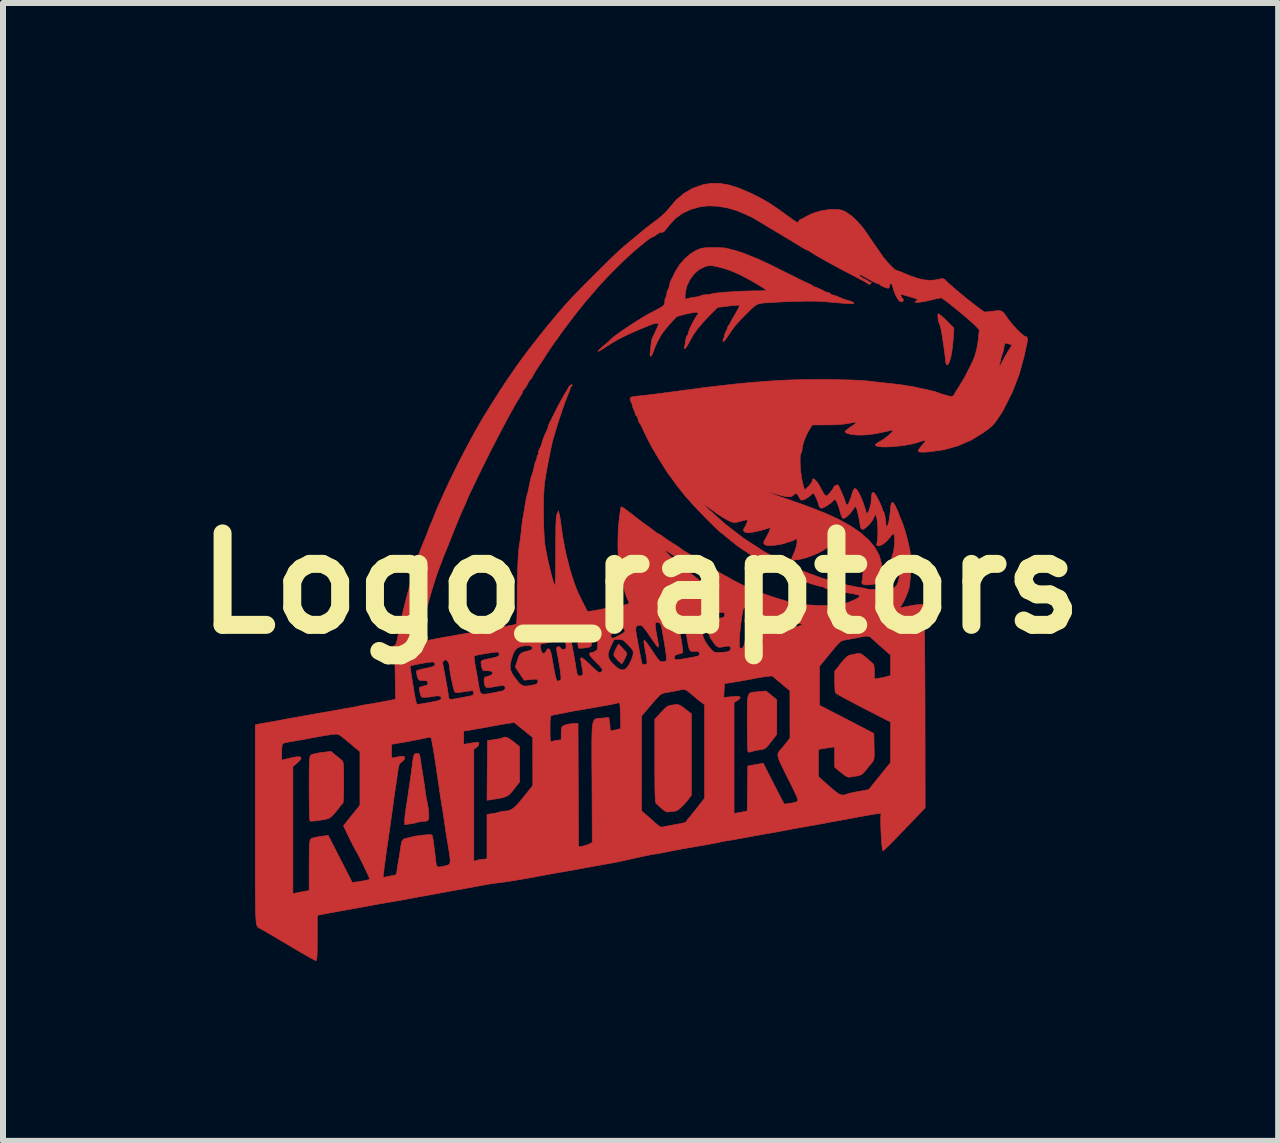
<source format=kicad_pcb>
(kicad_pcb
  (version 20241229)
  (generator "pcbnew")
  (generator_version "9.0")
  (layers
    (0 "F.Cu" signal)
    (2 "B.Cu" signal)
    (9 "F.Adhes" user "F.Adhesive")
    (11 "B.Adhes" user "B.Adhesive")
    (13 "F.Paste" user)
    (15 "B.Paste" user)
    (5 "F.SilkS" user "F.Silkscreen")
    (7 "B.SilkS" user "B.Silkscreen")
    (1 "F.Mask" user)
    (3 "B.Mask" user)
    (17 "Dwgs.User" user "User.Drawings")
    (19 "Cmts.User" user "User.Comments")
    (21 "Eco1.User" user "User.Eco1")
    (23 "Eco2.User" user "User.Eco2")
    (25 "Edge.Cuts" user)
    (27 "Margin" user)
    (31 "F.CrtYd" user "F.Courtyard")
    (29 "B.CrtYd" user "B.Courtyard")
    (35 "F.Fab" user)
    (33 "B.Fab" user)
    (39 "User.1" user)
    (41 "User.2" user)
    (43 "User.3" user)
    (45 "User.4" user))
  (footprint "Logo_raptors"
    (layer "F.Cu")
    (at 7.627 6.676)
    (property "Reference" "Logo_raptors" (at 0 0 0) (layer "F.SilkS") (effects (font (size 1.524 1.524) (thickness 0.3))))
    (attr through_hole)
    (fp_poly (pts (xy 1.812 0.708) (xy 1.835 0.743) (xy 1.845 0.784) (xy 1.831 0.806) (xy 1.801 0.82) (xy 1.774 0.819) (xy 1.769 0.816) (xy 1.763 0.794) (xy 1.76 0.754) (xy 1.76 0.75) (xy 1.766 0.707) (xy 1.785 0.694) (xy 1.812 0.708)) (stroke (width 0.01) (type solid)) (fill yes) (layer "F.Cu"))
    (fp_poly (pts (xy -0.834 0.95) (xy -0.819 0.966) (xy -0.817 0.996) (xy -0.819 1.029) (xy -0.83 1.05) (xy -0.857 1.062) (xy -0.908 1.071) (xy -0.942 1.075) (xy -0.997 1.08) (xy -1.026 1.078) (xy -1.036 1.067) (xy -1.037 1.06) (xy -1.043 1.02) (xy -1.047 1.008) (xy -1.039 0.988) (xy -1.005 0.969) (xy -0.953 0.954) (xy -0.89 0.947) (xy -0.872 0.946) (xy -0.834 0.95)) (stroke (width 0.01) (type solid)) (fill yes) (layer "F.Cu"))
    (fp_poly (pts (xy -0.297 1.081) (xy -0.26 1.122) (xy -0.235 1.154) (xy -0.228 1.169) (xy -0.235 1.194) (xy -0.252 1.234) (xy -0.274 1.278) (xy -0.295 1.316) (xy -0.31 1.337) (xy -0.312 1.339) (xy -0.329 1.327) (xy -0.361 1.299) (xy -0.385 1.274) (xy -0.421 1.234) (xy -0.443 1.199) (xy -0.447 1.185) (xy -0.439 1.157) (xy -0.42 1.111) (xy -0.407 1.085) (xy -0.367 1.009) (xy -0.297 1.081)) (stroke (width 0.01) (type solid)) (fill yes) (layer "F.Cu"))
    (fp_poly (pts (xy -2.215 2.572) (xy -2.15 2.613) (xy -2.116 2.639) (xy -2.017 2.72) (xy -2.016 3.013) (xy -2.016 3.307) (xy -2.091 3.403) (xy -2.136 3.461) (xy -2.174 3.504) (xy -2.211 3.535) (xy -2.253 3.556) (xy -2.307 3.572) (xy -2.38 3.586) (xy -2.48 3.601) (xy -2.495 3.604) (xy -2.559 3.613) (xy -2.555 3.115) (xy -2.55 2.618) (xy -2.429 2.601) (xy -2.367 2.591) (xy -2.32 2.581) (xy -2.295 2.572) (xy -2.294 2.571) (xy -2.262 2.559) (xy -2.215 2.572)) (stroke (width 0.01) (type solid)) (fill yes) (layer "F.Cu"))
    (fp_poly (pts (xy 4.979 -4.489) (xy 5.013 -4.462) (xy 5.061 -4.419) (xy 5.1 -4.381) (xy 5.224 -4.256) (xy 5.213 -4.081) (xy 5.197 -3.916) (xy 5.174 -3.783) (xy 5.147 -3.69) (xy 5.127 -3.653) (xy 5.107 -3.644) (xy 5.092 -3.664) (xy 5.087 -3.692) (xy 5.081 -3.741) (xy 5.077 -3.787) (xy 5.068 -3.859) (xy 5.055 -3.953) (xy 5.039 -4.059) (xy 5.022 -4.166) (xy 5.006 -4.253) (xy 4.995 -4.298) (xy 4.983 -4.328) (xy 4.982 -4.329) (xy 4.97 -4.358) (xy 4.961 -4.403) (xy 4.956 -4.449) (xy 4.957 -4.485) (xy 4.962 -4.497) (xy 4.979 -4.489)) (stroke (width 0.01) (type solid)) (fill yes) (layer "F.Cu"))
    (fp_poly (pts (xy 2.182 1.865) (xy 2.271 1.938) (xy 2.271 2.514) (xy 2.176 2.637) (xy 2.13 2.696) (xy 2.097 2.733) (xy 2.068 2.754) (xy 2.037 2.765) (xy 2.003 2.77) (xy 1.941 2.78) (xy 1.885 2.792) (xy 1.871 2.796) (xy 1.829 2.809) (xy 1.807 2.812) (xy 1.794 2.805) (xy 1.79 2.802) (xy 1.788 2.782) (xy 1.785 2.734) (xy 1.783 2.66) (xy 1.781 2.566) (xy 1.78 2.455) (xy 1.779 2.333) (xy 1.779 2.319) (xy 1.779 2.176) (xy 1.779 2.063) (xy 1.781 1.977) (xy 1.786 1.913) (xy 1.795 1.868) (xy 1.81 1.839) (xy 1.832 1.822) (xy 1.862 1.813) (xy 1.903 1.809) (xy 1.954 1.805) (xy 1.967 1.804) (xy 2.093 1.792) (xy 2.182 1.865)) (stroke (width 0.01) (type solid)) (fill yes) (layer "F.Cu"))
    (fp_poly (pts (xy 0.631 2.021) (xy 0.664 2.034) (xy 0.704 2.061) (xy 0.744 2.092) (xy 0.847 2.171) (xy 0.847 3.53) (xy 0.802 3.591) (xy 0.741 3.665) (xy 0.681 3.727) (xy 0.627 3.772) (xy 0.583 3.794) (xy 0.571 3.796) (xy 0.523 3.799) (xy 0.479 3.806) (xy 0.444 3.808) (xy 0.411 3.796) (xy 0.369 3.764) (xy 0.354 3.751) (xy 0.31 3.711) (xy 0.274 3.679) (xy 0.259 3.665) (xy 0.253 3.653) (xy 0.248 3.624) (xy 0.245 3.578) (xy 0.242 3.51) (xy 0.24 3.419) (xy 0.239 3.302) (xy 0.238 3.157) (xy 0.238 2.98) (xy 0.238 2.954) (xy 0.238 2.262) (xy 0.343 2.149) (xy 0.395 2.094) (xy 0.432 2.06) (xy 0.465 2.041) (xy 0.5 2.03) (xy 0.545 2.024) (xy 0.595 2.019) (xy 0.631 2.021)) (stroke (width 0.01) (type solid)) (fill yes) (layer "F.Cu"))
    (fp_poly (pts (xy -5.085 2.861) (xy -5.037 2.9) (xy -4.996 2.933) (xy -4.978 2.948) (xy -4.968 2.959) (xy -4.96 2.977) (xy -4.955 3.006) (xy -4.951 3.051) (xy -4.949 3.116) (xy -4.948 3.207) (xy -4.948 3.315) (xy -4.948 3.419) (xy -4.95 3.511) (xy -4.953 3.585) (xy -4.956 3.637) (xy -4.96 3.662) (xy -4.961 3.663) (xy -4.977 3.678) (xy -5.007 3.713) (xy -5.032 3.745) (xy -5.09 3.818) (xy -5.135 3.868) (xy -5.172 3.9) (xy -5.21 3.92) (xy -5.252 3.931) (xy -5.272 3.935) (xy -5.37 3.95) (xy -5.438 3.959) (xy -5.482 3.962) (xy -5.506 3.958) (xy -5.511 3.955) (xy -5.514 3.936) (xy -5.517 3.886) (xy -5.52 3.812) (xy -5.522 3.716) (xy -5.523 3.603) (xy -5.524 3.477) (xy -5.524 3.414) (xy -5.524 3.265) (xy -5.523 3.147) (xy -5.522 3.055) (xy -5.52 2.986) (xy -5.517 2.937) (xy -5.513 2.903) (xy -5.508 2.881) (xy -5.501 2.867) (xy -5.494 2.86) (xy -5.463 2.846) (xy -5.406 2.832) (xy -5.333 2.819) (xy -5.313 2.817) (xy -5.161 2.799) (xy -5.085 2.861)) (stroke (width 0.01) (type solid)) (fill yes) (layer "F.Cu"))
    (fp_poly (pts (xy -3.707 2.832) (xy -3.692 2.842) (xy -3.681 2.866) (xy -3.672 2.91) (xy -3.661 2.981) (xy -3.66 2.992) (xy -3.648 3.07) (xy -3.636 3.148) (xy -3.626 3.209) (xy -3.626 3.211) (xy -3.617 3.269) (xy -3.605 3.346) (xy -3.594 3.427) (xy -3.592 3.44) (xy -3.582 3.513) (xy -3.571 3.579) (xy -3.561 3.627) (xy -3.559 3.635) (xy -3.55 3.677) (xy -3.54 3.74) (xy -3.532 3.809) (xy -3.532 3.81) (xy -3.528 3.883) (xy -3.532 3.929) (xy -3.549 3.953) (xy -3.583 3.963) (xy -3.621 3.965) (xy -3.673 3.97) (xy -3.714 3.98) (xy -3.754 3.991) (xy -3.81 4.002) (xy -3.842 4.007) (xy -3.931 4.019) (xy -3.931 3.954) (xy -3.928 3.901) (xy -3.921 3.833) (xy -3.914 3.779) (xy -3.894 3.652) (xy -3.879 3.551) (xy -3.867 3.466) (xy -3.855 3.389) (xy -3.844 3.313) (xy -3.836 3.253) (xy -3.823 3.166) (xy -3.812 3.078) (xy -3.802 3.004) (xy -3.798 2.974) (xy -3.788 2.902) (xy -3.775 2.858) (xy -3.756 2.836) (xy -3.729 2.83) (xy -3.728 2.83) (xy -3.707 2.832)) (stroke (width 0.01) (type solid)) (fill yes) (layer "F.Cu"))
    (fp_poly (pts (xy 1.279 -5.598) (xy 1.349 -5.596) (xy 1.401 -5.593) (xy 1.421 -5.59) (xy 1.498 -5.571) (xy 1.585 -5.547) (xy 1.667 -5.522) (xy 1.734 -5.499) (xy 1.751 -5.492) (xy 1.787 -5.477) (xy 1.839 -5.456) (xy 1.861 -5.448) (xy 1.907 -5.429) (xy 1.957 -5.408) (xy 2.015 -5.382) (xy 2.084 -5.35) (xy 2.168 -5.31) (xy 2.269 -5.26) (xy 2.393 -5.198) (xy 2.542 -5.124) (xy 2.603 -5.094) (xy 2.683 -5.054) (xy 2.753 -5.021) (xy 2.807 -4.996) (xy 2.838 -4.983) (xy 2.844 -4.982) (xy 2.861 -4.969) (xy 2.861 -4.965) (xy 2.875 -4.95) (xy 2.886 -4.948) (xy 2.918 -4.94) (xy 2.973 -4.917) (xy 3.044 -4.883) (xy 3.085 -4.862) (xy 3.123 -4.848) (xy 3.14 -4.846) (xy 3.163 -4.837) (xy 3.166 -4.829) (xy 3.18 -4.814) (xy 3.191 -4.812) (xy 3.222 -4.806) (xy 3.267 -4.79) (xy 3.28 -4.785) (xy 3.345 -4.757) (xy 3.391 -4.738) (xy 3.429 -4.726) (xy 3.471 -4.714) (xy 3.484 -4.711) (xy 3.527 -4.696) (xy 3.553 -4.68) (xy 3.556 -4.675) (xy 3.553 -4.669) (xy 3.542 -4.665) (xy 3.52 -4.664) (xy 3.483 -4.664) (xy 3.427 -4.668) (xy 3.349 -4.674) (xy 3.245 -4.682) (xy 3.111 -4.694) (xy 3.083 -4.697) (xy 2.946 -4.705) (xy 2.777 -4.707) (xy 2.58 -4.703) (xy 2.356 -4.694) (xy 2.121 -4.68) (xy 2.056 -4.676) (xy 2.006 -4.67) (xy 1.965 -4.66) (xy 1.928 -4.643) (xy 1.889 -4.615) (xy 1.842 -4.572) (xy 1.782 -4.512) (xy 1.717 -4.447) (xy 1.654 -4.382) (xy 1.607 -4.332) (xy 1.569 -4.285) (xy 1.531 -4.234) (xy 1.486 -4.168) (xy 1.458 -4.126) (xy 1.417 -4.067) (xy 1.39 -4.036) (xy 1.376 -4.032) (xy 1.373 -4.038) (xy 1.378 -4.076) (xy 1.388 -4.093) (xy 1.401 -4.118) (xy 1.399 -4.128) (xy 1.4 -4.147) (xy 1.415 -4.184) (xy 1.422 -4.196) (xy 1.443 -4.24) (xy 1.454 -4.274) (xy 1.455 -4.279) (xy 1.464 -4.301) (xy 1.472 -4.304) (xy 1.485 -4.313) (xy 1.485 -4.317) (xy 1.491 -4.336) (xy 1.512 -4.377) (xy 1.544 -4.433) (xy 1.571 -4.479) (xy 1.608 -4.541) (xy 1.635 -4.593) (xy 1.651 -4.627) (xy 1.652 -4.637) (xy 1.633 -4.639) (xy 1.587 -4.637) (xy 1.522 -4.631) (xy 1.464 -4.624) (xy 1.284 -4.602) (xy 1.13 -4.447) (xy 1.024 -4.334) (xy 0.94 -4.232) (xy 0.872 -4.132) (xy 0.813 -4.027) (xy 0.805 -4.012) (xy 0.778 -3.962) (xy 0.753 -3.927) (xy 0.735 -3.912) (xy 0.728 -3.919) (xy 0.732 -3.944) (xy 0.74 -3.978) (xy 0.749 -4.03) (xy 0.752 -4.054) (xy 0.762 -4.101) (xy 0.773 -4.13) (xy 0.779 -4.134) (xy 0.791 -4.149) (xy 0.794 -4.167) (xy 0.802 -4.199) (xy 0.822 -4.251) (xy 0.851 -4.313) (xy 0.884 -4.376) (xy 0.916 -4.43) (xy 0.933 -4.454) (xy 0.958 -4.495) (xy 0.957 -4.516) (xy 0.927 -4.522) (xy 0.9 -4.519) (xy 0.836 -4.508) (xy 0.765 -4.493) (xy 0.696 -4.476) (xy 0.64 -4.46) (xy 0.606 -4.447) (xy 0.604 -4.446) (xy 0.581 -4.426) (xy 0.543 -4.386) (xy 0.496 -4.334) (xy 0.447 -4.277) (xy 0.401 -4.221) (xy 0.377 -4.19) (xy 0.331 -4.121) (xy 0.284 -4.034) (xy 0.243 -3.946) (xy 0.217 -3.875) (xy 0.198 -3.824) (xy 0.179 -3.794) (xy 0.164 -3.787) (xy 0.158 -3.808) (xy 0.159 -3.835) (xy 0.165 -3.885) (xy 0.171 -3.948) (xy 0.174 -3.976) (xy 0.182 -4.033) (xy 0.192 -4.08) (xy 0.198 -4.095) (xy 0.219 -4.137) (xy 0.244 -4.19) (xy 0.269 -4.245) (xy 0.289 -4.292) (xy 0.301 -4.322) (xy 0.302 -4.327) (xy 0.288 -4.336) (xy 0.254 -4.336) (xy 0.211 -4.327) (xy 0.197 -4.322) (xy 0.018 -4.25) (xy -0.134 -4.185) (xy -0.265 -4.124) (xy -0.379 -4.065) (xy -0.483 -4.005) (xy -0.573 -3.947) (xy -0.63 -3.91) (xy -0.676 -3.883) (xy -0.703 -3.869) (xy -0.708 -3.869) (xy -0.7 -3.882) (xy -0.671 -3.912) (xy -0.627 -3.952) (xy -0.609 -3.967) (xy -0.559 -4.01) (xy -0.519 -4.045) (xy -0.496 -4.066) (xy -0.494 -4.069) (xy -0.464 -4.097) (xy -0.411 -4.139) (xy -0.338 -4.191) (xy -0.253 -4.25) (xy -0.159 -4.312) (xy -0.063 -4.374) (xy 0.031 -4.432) (xy 0.117 -4.483) (xy 0.19 -4.522) (xy 0.19 -4.522) (xy 0.274 -4.566) (xy 0.333 -4.598) (xy 0.371 -4.623) (xy 0.392 -4.645) (xy 0.402 -4.667) (xy 0.404 -4.693) (xy 0.404 -4.703) (xy 0.409 -4.745) (xy 0.42 -4.769) (xy 0.421 -4.77) (xy 0.433 -4.793) (xy 0.434 -4.797) (xy 0.743 -4.797) (xy 0.745 -4.753) (xy 0.753 -4.736) (xy 0.764 -4.741) (xy 0.792 -4.752) (xy 0.841 -4.763) (xy 0.892 -4.771) (xy 0.948 -4.779) (xy 0.99 -4.789) (xy 1.007 -4.798) (xy 1.028 -4.807) (xy 1.07 -4.812) (xy 1.08 -4.812) (xy 1.139 -4.817) (xy 1.192 -4.829) (xy 1.195 -4.83) (xy 1.231 -4.837) (xy 1.294 -4.845) (xy 1.38 -4.853) (xy 1.48 -4.86) (xy 1.59 -4.867) (xy 1.703 -4.872) (xy 1.813 -4.876) (xy 1.914 -4.878) (xy 1.942 -4.878) (xy 2.01 -4.879) (xy 2.063 -4.881) (xy 2.094 -4.884) (xy 2.099 -4.886) (xy 2.085 -4.899) (xy 2.047 -4.926) (xy 1.991 -4.961) (xy 1.923 -5.002) (xy 1.848 -5.045) (xy 1.774 -5.086) (xy 1.704 -5.123) (xy 1.657 -5.147) (xy 1.536 -5.201) (xy 1.426 -5.241) (xy 1.309 -5.274) (xy 1.249 -5.287) (xy 1.187 -5.298) (xy 1.138 -5.298) (xy 1.084 -5.284) (xy 1.068 -5.279) (xy 0.973 -5.231) (xy 0.889 -5.156) (xy 0.82 -5.061) (xy 0.77 -4.953) (xy 0.745 -4.839) (xy 0.743 -4.797) (xy 0.434 -4.797) (xy 0.438 -4.829) (xy 0.443 -4.868) (xy 0.453 -4.887) (xy 0.466 -4.909) (xy 0.478 -4.95) (xy 0.48 -4.958) (xy 0.491 -5.007) (xy 0.504 -5.045) (xy 0.506 -5.047) (xy 0.52 -5.076) (xy 0.544 -5.124) (xy 0.573 -5.184) (xy 0.576 -5.192) (xy 0.647 -5.309) (xy 0.739 -5.415) (xy 0.844 -5.503) (xy 0.921 -5.549) (xy 0.971 -5.572) (xy 1.014 -5.586) (xy 1.061 -5.594) (xy 1.122 -5.598) (xy 1.201 -5.599) (xy 1.279 -5.598)) (stroke (width 0.01) (type solid)) (fill yes) (layer "F.Cu"))
    (fp_poly (pts (xy 1.323 -6.669) (xy 1.475 -6.642) (xy 1.64 -6.59) (xy 1.823 -6.512) (xy 1.838 -6.505) (xy 1.939 -6.456) (xy 2.026 -6.41) (xy 2.106 -6.365) (xy 2.187 -6.314) (xy 2.275 -6.254) (xy 2.378 -6.181) (xy 2.469 -6.115) (xy 2.536 -6.066) (xy 2.582 -6.035) (xy 2.61 -6.02) (xy 2.626 -6.019) (xy 2.634 -6.029) (xy 2.635 -6.033) (xy 2.65 -6.06) (xy 2.662 -6.066) (xy 2.685 -6.075) (xy 2.724 -6.096) (xy 2.743 -6.107) (xy 2.867 -6.169) (xy 3.008 -6.212) (xy 3.153 -6.234) (xy 3.204 -6.235) (xy 3.279 -6.234) (xy 3.332 -6.228) (xy 3.375 -6.215) (xy 3.421 -6.193) (xy 3.432 -6.186) (xy 3.516 -6.127) (xy 3.604 -6.045) (xy 3.691 -5.949) (xy 3.755 -5.863) (xy 3.821 -5.765) (xy 3.886 -5.671) (xy 3.946 -5.584) (xy 3.997 -5.51) (xy 4.037 -5.454) (xy 4.062 -5.421) (xy 4.064 -5.418) (xy 4.113 -5.359) (xy 4.163 -5.305) (xy 4.209 -5.259) (xy 4.244 -5.229) (xy 4.262 -5.219) (xy 4.289 -5.212) (xy 4.333 -5.196) (xy 4.36 -5.185) (xy 4.502 -5.126) (xy 4.623 -5.085) (xy 4.728 -5.061) (xy 4.822 -5.053) (xy 4.913 -5.06) (xy 4.964 -5.07) (xy 5.016 -5.08) (xy 5.048 -5.08) (xy 5.071 -5.068) (xy 5.09 -5.048) (xy 5.131 -5.008) (xy 5.189 -4.956) (xy 5.26 -4.895) (xy 5.339 -4.829) (xy 5.421 -4.761) (xy 5.503 -4.696) (xy 5.58 -4.636) (xy 5.647 -4.586) (xy 5.699 -4.548) (xy 5.733 -4.528) (xy 5.742 -4.525) (xy 5.772 -4.527) (xy 5.824 -4.533) (xy 5.888 -4.541) (xy 5.888 -4.541) (xy 5.951 -4.548) (xy 5.995 -4.547) (xy 6.028 -4.533) (xy 6.06 -4.503) (xy 6.098 -4.451) (xy 6.119 -4.42) (xy 6.16 -4.365) (xy 6.211 -4.304) (xy 6.266 -4.243) (xy 6.32 -4.189) (xy 6.367 -4.147) (xy 6.402 -4.122) (xy 6.414 -4.118) (xy 6.441 -4.108) (xy 6.451 -4.076) (xy 6.444 -4.018) (xy 6.441 -4.003) (xy 6.428 -3.945) (xy 6.412 -3.87) (xy 6.396 -3.796) (xy 6.314 -3.493) (xy 6.198 -3.193) (xy 6.05 -2.897) (xy 6.031 -2.864) (xy 6.01 -2.83) (xy 5.998 -2.813) (xy 5.984 -2.794) (xy 5.96 -2.758) (xy 5.949 -2.739) (xy 5.911 -2.685) (xy 5.866 -2.635) (xy 5.806 -2.582) (xy 5.723 -2.521) (xy 5.719 -2.517) (xy 5.513 -2.391) (xy 5.292 -2.295) (xy 5.056 -2.229) (xy 4.807 -2.194) (xy 4.791 -2.193) (xy 4.707 -2.189) (xy 4.654 -2.191) (xy 4.63 -2.202) (xy 4.632 -2.225) (xy 4.658 -2.263) (xy 4.693 -2.304) (xy 4.727 -2.345) (xy 4.748 -2.376) (xy 4.752 -2.387) (xy 4.734 -2.386) (xy 4.695 -2.375) (xy 4.673 -2.368) (xy 4.59 -2.342) (xy 4.495 -2.32) (xy 4.393 -2.302) (xy 4.289 -2.289) (xy 4.188 -2.28) (xy 4.096 -2.276) (xy 4.017 -2.277) (xy 3.957 -2.284) (xy 3.922 -2.298) (xy 3.914 -2.311) (xy 3.929 -2.329) (xy 3.964 -2.353) (xy 3.985 -2.364) (xy 4.025 -2.387) (xy 4.074 -2.421) (xy 4.124 -2.46) (xy 4.168 -2.499) (xy 4.2 -2.531) (xy 4.214 -2.551) (xy 4.213 -2.554) (xy 4.194 -2.554) (xy 4.152 -2.547) (xy 4.106 -2.536) (xy 3.909 -2.495) (xy 3.724 -2.475) (xy 3.66 -2.474) (xy 3.578 -2.477) (xy 3.505 -2.487) (xy 3.448 -2.501) (xy 3.414 -2.519) (xy 3.407 -2.532) (xy 3.421 -2.549) (xy 3.456 -2.578) (xy 3.505 -2.613) (xy 3.509 -2.616) (xy 3.558 -2.648) (xy 3.592 -2.674) (xy 3.604 -2.688) (xy 3.604 -2.688) (xy 3.585 -2.689) (xy 3.542 -2.683) (xy 3.483 -2.672) (xy 3.472 -2.669) (xy 3.383 -2.656) (xy 3.268 -2.647) (xy 3.135 -2.643) (xy 3.106 -2.643) (xy 2.866 -2.643) (xy 2.833 -2.597) (xy 2.793 -2.529) (xy 2.754 -2.449) (xy 2.722 -2.367) (xy 2.701 -2.293) (xy 2.694 -2.244) (xy 2.69 -2.203) (xy 2.681 -2.18) (xy 2.68 -2.179) (xy 2.668 -2.154) (xy 2.661 -2.103) (xy 2.66 -2.032) (xy 2.663 -1.948) (xy 2.671 -1.858) (xy 2.683 -1.769) (xy 2.698 -1.688) (xy 2.715 -1.622) (xy 2.718 -1.613) (xy 2.738 -1.558) (xy 2.801 -1.62) (xy 2.837 -1.662) (xy 2.86 -1.699) (xy 2.864 -1.714) (xy 2.871 -1.742) (xy 2.89 -1.743) (xy 2.919 -1.719) (xy 2.955 -1.674) (xy 2.994 -1.61) (xy 3.018 -1.564) (xy 3.047 -1.511) (xy 3.073 -1.473) (xy 3.092 -1.457) (xy 3.092 -1.457) (xy 3.115 -1.47) (xy 3.147 -1.501) (xy 3.181 -1.541) (xy 3.208 -1.579) (xy 3.219 -1.606) (xy 3.219 -1.607) (xy 3.232 -1.623) (xy 3.26 -1.638) (xy 3.286 -1.644) (xy 3.294 -1.641) (xy 3.313 -1.605) (xy 3.338 -1.55) (xy 3.366 -1.486) (xy 3.391 -1.425) (xy 3.409 -1.376) (xy 3.414 -1.36) (xy 3.429 -1.317) (xy 3.447 -1.308) (xy 3.466 -1.332) (xy 3.475 -1.351) (xy 3.491 -1.395) (xy 3.503 -1.423) (xy 3.514 -1.456) (xy 3.528 -1.504) (xy 3.532 -1.517) (xy 3.549 -1.56) (xy 3.569 -1.583) (xy 3.574 -1.584) (xy 3.6 -1.569) (xy 3.631 -1.525) (xy 3.666 -1.457) (xy 3.702 -1.37) (xy 3.737 -1.269) (xy 3.769 -1.161) (xy 3.778 -1.165) (xy 3.795 -1.193) (xy 3.81 -1.223) (xy 3.841 -1.331) (xy 3.846 -1.404) (xy 3.851 -1.473) (xy 3.863 -1.512) (xy 3.882 -1.519) (xy 3.906 -1.497) (xy 3.931 -1.457) (xy 3.961 -1.402) (xy 3.991 -1.342) (xy 4.015 -1.286) (xy 4.03 -1.245) (xy 4.033 -1.232) (xy 4.04 -1.207) (xy 4.048 -1.203) (xy 4.057 -1.188) (xy 4.068 -1.149) (xy 4.078 -1.097) (xy 4.087 -1.041) (xy 4.09 -0.992) (xy 4.09 -0.979) (xy 4.095 -0.953) (xy 4.102 -0.949) (xy 4.118 -0.965) (xy 4.134 -1.01) (xy 4.148 -1.078) (xy 4.159 -1.164) (xy 4.163 -1.207) (xy 4.171 -1.289) (xy 4.182 -1.337) (xy 4.198 -1.353) (xy 4.219 -1.338) (xy 4.247 -1.291) (xy 4.26 -1.263) (xy 4.284 -1.213) (xy 4.299 -1.176) (xy 4.304 -1.162) (xy 4.31 -1.142) (xy 4.326 -1.102) (xy 4.336 -1.08) (xy 4.373 -0.989) (xy 4.408 -0.882) (xy 4.444 -0.753) (xy 4.481 -0.597) (xy 4.489 -0.559) (xy 4.498 -0.498) (xy 4.502 -0.413) (xy 4.504 -0.312) (xy 4.502 -0.205) (xy 4.497 -0.101) (xy 4.489 -0.009) (xy 4.479 0.062) (xy 4.477 0.072) (xy 4.457 0.137) (xy 4.427 0.213) (xy 4.393 0.287) (xy 4.36 0.348) (xy 4.339 0.378) (xy 4.323 0.4) (xy 4.333 0.404) (xy 4.355 0.4) (xy 4.461 0.378) (xy 4.555 0.361) (xy 4.629 0.351) (xy 4.66 0.349) (xy 4.719 0.347) (xy 4.73 0.644) (xy 4.731 0.708) (xy 4.733 0.802) (xy 4.735 0.924) (xy 4.736 1.07) (xy 4.738 1.237) (xy 4.739 1.422) (xy 4.74 1.621) (xy 4.741 1.831) (xy 4.742 2.049) (xy 4.742 2.271) (xy 4.742 2.341) (xy 4.744 3.741) (xy 4.639 3.85) (xy 4.593 3.898) (xy 4.529 3.964) (xy 4.454 4.042) (xy 4.373 4.127) (xy 4.295 4.208) (xy 4.223 4.283) (xy 4.157 4.35) (xy 4.102 4.403) (xy 4.063 4.439) (xy 4.041 4.456) (xy 4.04 4.456) (xy 4.034 4.441) (xy 4.027 4.397) (xy 4.021 4.333) (xy 4.015 4.255) (xy 4.01 4.168) (xy 4.006 4.08) (xy 4.004 3.998) (xy 4.003 3.927) (xy 4.005 3.873) (xy 4.009 3.845) (xy 4.009 3.843) (xy 4.01 3.837) (xy 3.999 3.834) (xy 3.974 3.835) (xy 3.931 3.84) (xy 3.867 3.85) (xy 3.78 3.865) (xy 3.666 3.886) (xy 3.522 3.912) (xy 3.516 3.913) (xy 3.459 3.924) (xy 3.383 3.938) (xy 3.301 3.953) (xy 3.279 3.957) (xy 3.206 3.97) (xy 3.141 3.982) (xy 3.095 3.991) (xy 3.084 3.993) (xy 3.047 4) (xy 2.987 4.011) (xy 2.913 4.025) (xy 2.834 4.038) (xy 2.762 4.051) (xy 2.705 4.061) (xy 2.703 4.061) (xy 2.665 4.068) (xy 2.603 4.079) (xy 2.528 4.093) (xy 2.474 4.104) (xy 2.381 4.121) (xy 2.282 4.139) (xy 2.194 4.155) (xy 2.16 4.161) (xy 2.091 4.172) (xy 2 4.189) (xy 1.898 4.207) (xy 1.797 4.226) (xy 1.788 4.228) (xy 1.691 4.245) (xy 1.597 4.262) (xy 1.515 4.277) (xy 1.454 4.286) (xy 1.447 4.288) (xy 1.388 4.297) (xy 1.341 4.306) (xy 1.32 4.312) (xy 1.296 4.317) (xy 1.243 4.328) (xy 1.166 4.342) (xy 1.071 4.359) (xy 0.961 4.379) (xy 0.843 4.399) (xy 0.721 4.42) (xy 0.703 4.423) (xy 0.642 4.434) (xy 0.565 4.449) (xy 0.491 4.464) (xy 0.409 4.481) (xy 0.321 4.497) (xy 0.254 4.508) (xy 0.208 4.515) (xy 0.156 4.525) (xy 0.093 4.537) (xy 0.016 4.554) (xy -0.082 4.575) (xy -0.206 4.603) (xy -0.28 4.62) (xy -0.347 4.634) (xy -0.431 4.651) (xy -0.515 4.666) (xy -0.525 4.668) (xy -0.598 4.681) (xy -0.693 4.698) (xy -0.797 4.717) (xy -0.899 4.735) (xy -0.907 4.737) (xy -1.007 4.755) (xy -1.109 4.774) (xy -1.202 4.79) (xy -1.274 4.803) (xy -1.279 4.804) (xy -1.337 4.814) (xy -1.421 4.829) (xy -1.524 4.847) (xy -1.638 4.868) (xy -1.756 4.89) (xy -1.788 4.896) (xy -1.908 4.918) (xy -2.028 4.938) (xy -2.14 4.957) (xy -2.236 4.972) (xy -2.309 4.981) (xy -2.321 4.983) (xy -2.413 4.994) (xy -2.52 5.01) (xy -2.623 5.028) (xy -2.66 5.035) (xy -2.753 5.053) (xy -2.852 5.071) (xy -2.94 5.087) (xy -2.974 5.093) (xy -3.043 5.105) (xy -3.134 5.121) (xy -3.236 5.14) (xy -3.337 5.159) (xy -3.347 5.161) (xy -3.437 5.177) (xy -3.519 5.193) (xy -3.585 5.205) (xy -3.628 5.212) (xy -3.635 5.213) (xy -3.672 5.22) (xy -3.734 5.231) (xy -3.809 5.245) (xy -3.863 5.255) (xy -3.958 5.273) (xy -4.06 5.291) (xy -4.152 5.307) (xy -4.185 5.312) (xy -4.258 5.325) (xy -4.353 5.341) (xy -4.457 5.36) (xy -4.559 5.379) (xy -4.567 5.381) (xy -4.666 5.399) (xy -4.766 5.417) (xy -4.856 5.434) (xy -4.925 5.445) (xy -4.931 5.447) (xy -5.008 5.46) (xy -5.101 5.477) (xy -5.195 5.494) (xy -5.223 5.499) (xy -5.388 5.531) (xy -5.388 5.909) (xy -5.389 6.036) (xy -5.39 6.133) (xy -5.392 6.203) (xy -5.396 6.249) (xy -5.401 6.276) (xy -5.408 6.286) (xy -5.411 6.286) (xy -5.431 6.278) (xy -5.476 6.255) (xy -5.541 6.219) (xy -5.622 6.172) (xy -5.716 6.118) (xy -5.779 6.08) (xy -5.919 5.997) (xy -6.035 5.929) (xy -6.13 5.872) (xy -6.211 5.825) (xy -6.28 5.785) (xy -6.337 5.752) (xy -6.351 5.745) (xy -6.363 5.739) (xy -6.374 5.732) (xy -6.384 5.722) (xy -6.392 5.708) (xy -6.399 5.687) (xy -6.404 5.656) (xy -6.409 5.616) (xy -6.413 5.562) (xy -6.416 5.493) (xy -6.418 5.408) (xy -6.42 5.304) (xy -6.421 5.179) (xy -6.422 5.031) (xy -6.422 4.858) (xy -6.422 4.659) (xy -6.422 4.431) (xy -6.422 4.171) (xy -6.422 4.023) (xy -6.422 2.812) (xy -5.981 2.812) (xy -5.981 2.945) (xy -5.926 2.931) (xy -5.825 2.907) (xy -5.752 2.892) (xy -5.703 2.887) (xy -5.674 2.891) (xy -5.661 2.905) (xy -5.66 2.917) (xy -5.671 2.938) (xy -5.702 2.971) (xy -5.727 2.995) (xy -5.795 3.054) (xy -5.795 5.172) (xy -5.748 5.161) (xy -5.695 5.149) (xy -5.651 5.141) (xy -5.6 5.132) (xy -5.562 5.125) (xy -5.524 5.117) (xy -5.524 4.705) (xy -5.523 4.564) (xy -5.522 4.454) (xy -5.519 4.372) (xy -5.514 4.315) (xy -5.509 4.28) (xy -5.503 4.266) (xy -5.486 4.252) (xy -5.457 4.24) (xy -5.409 4.229) (xy -5.338 4.217) (xy -5.276 4.208) (xy -5.206 4.199) (xy -5.117 4.374) (xy -5.073 4.46) (xy -5.021 4.562) (xy -4.966 4.669) (xy -4.916 4.767) (xy -4.805 4.985) (xy -4.737 4.975) (xy -4.644 4.961) (xy -4.58 4.949) (xy -4.54 4.939) (xy -4.521 4.931) (xy -4.516 4.922) (xy -4.523 4.902) (xy -4.523 4.902) (xy -4.292 4.902) (xy -4.243 4.89) (xy -4.191 4.879) (xy -4.133 4.869) (xy -4.131 4.869) (xy -4.093 4.861) (xy -4.073 4.846) (xy -4.063 4.813) (xy -4.059 4.781) (xy -4.049 4.713) (xy -4.037 4.639) (xy -4.033 4.617) (xy -4.021 4.551) (xy -4.011 4.485) (xy -4.008 4.465) (xy -3.996 4.38) (xy -3.985 4.322) (xy -3.972 4.286) (xy -3.955 4.265) (xy -3.93 4.253) (xy -3.906 4.248) (xy -3.847 4.234) (xy -3.793 4.22) (xy -3.787 4.219) (xy -3.745 4.21) (xy -3.682 4.201) (xy -3.612 4.193) (xy -3.606 4.192) (xy -3.54 4.187) (xy -3.501 4.186) (xy -3.48 4.192) (xy -3.47 4.206) (xy -3.466 4.221) (xy -3.46 4.257) (xy -3.451 4.319) (xy -3.441 4.398) (xy -3.429 4.487) (xy -3.419 4.578) (xy -3.411 4.647) (xy -3.405 4.691) (xy -3.393 4.717) (xy -3.37 4.726) (xy -3.326 4.722) (xy -3.258 4.707) (xy -3.225 4.699) (xy -3.2 4.689) (xy -3.184 4.675) (xy -3.175 4.65) (xy -3.173 4.611) (xy -3.178 4.554) (xy -3.19 4.474) (xy -3.207 4.368) (xy -3.22 4.295) (xy -3.228 4.242) (xy -3.24 4.166) (xy -3.253 4.081) (xy -3.26 4.033) (xy -3.273 3.944) (xy -3.287 3.853) (xy -3.299 3.775) (xy -3.304 3.745) (xy -3.32 3.644) (xy -3.34 3.517) (xy -3.361 3.372) (xy -3.384 3.216) (xy -3.399 3.118) (xy -3.411 3.033) (xy -3.424 2.951) (xy -3.434 2.883) (xy -3.439 2.855) (xy -3.45 2.789) (xy -3.461 2.722) (xy -3.465 2.703) (xy -3.477 2.632) (xy -3.486 2.589) (xy -3.496 2.567) (xy -3.51 2.561) (xy -3.531 2.564) (xy -3.538 2.566) (xy -3.609 2.582) (xy -3.706 2.601) (xy -3.822 2.624) (xy -3.951 2.647) (xy -4.086 2.67) (xy -4.096 2.672) (xy -4.151 2.681) (xy -4.151 2.8) (xy -4.151 2.861) (xy -4.147 2.896) (xy -4.138 2.909) (xy -4.124 2.907) (xy -4.122 2.907) (xy -4.087 2.898) (xy -4.036 2.889) (xy -4.012 2.885) (xy -3.963 2.881) (xy -3.939 2.885) (xy -3.932 2.9) (xy -3.931 2.908) (xy -3.944 2.939) (xy -3.976 2.97) (xy -3.98 2.973) (xy -4.012 3.001) (xy -4.03 3.04) (xy -4.04 3.091) (xy -4.049 3.159) (xy -4.061 3.237) (xy -4.067 3.279) (xy -4.076 3.34) (xy -4.088 3.422) (xy -4.101 3.512) (xy -4.109 3.567) (xy -4.136 3.767) (xy -4.16 3.936) (xy -4.179 4.073) (xy -4.194 4.178) (xy -4.201 4.228) (xy -4.216 4.327) (xy -4.232 4.436) (xy -4.247 4.547) (xy -4.261 4.65) (xy -4.273 4.739) (xy -4.281 4.803) (xy -4.282 4.81) (xy -4.292 4.902) (xy -4.523 4.902) (xy -4.542 4.859) (xy -4.571 4.798) (xy -4.604 4.728) (xy -4.64 4.654) (xy -4.676 4.583) (xy -4.707 4.522) (xy -4.73 4.478) (xy -4.743 4.457) (xy -4.743 4.456) (xy -4.754 4.439) (xy -4.776 4.397) (xy -4.807 4.336) (xy -4.844 4.262) (xy -4.853 4.243) (xy -4.952 4.039) (xy -4.815 3.867) (xy -4.677 3.696) (xy -4.677 3.25) (xy -4.677 2.804) (xy -4.856 2.654) (xy -4.927 2.595) (xy -4.978 2.554) (xy -5.015 2.528) (xy -5.044 2.515) (xy -5.07 2.51) (xy -5.099 2.512) (xy -5.114 2.513) (xy -5.173 2.521) (xy -5.257 2.534) (xy -5.355 2.551) (xy -5.458 2.569) (xy -5.558 2.588) (xy -5.575 2.592) (xy -5.628 2.602) (xy -5.701 2.614) (xy -5.78 2.628) (xy -5.796 2.63) (xy -5.864 2.642) (xy -5.92 2.654) (xy -5.955 2.664) (xy -5.961 2.666) (xy -5.973 2.692) (xy -5.98 2.749) (xy -5.981 2.812) (xy -6.422 2.812) (xy -6.422 2.461) (xy -2.948 2.461) (xy -2.948 2.682) (xy -2.885 2.671) (xy -2.821 2.66) (xy -2.758 2.65) (xy -2.716 2.645) (xy -2.698 2.652) (xy -2.694 2.673) (xy -2.707 2.707) (xy -2.737 2.735) (xy -2.779 2.763) (xy -2.779 4.63) (xy -2.741 4.617) (xy -2.699 4.607) (xy -2.644 4.598) (xy -2.631 4.597) (xy -2.559 4.589) (xy -2.559 3.849) (xy -2.478 3.838) (xy -2.421 3.828) (xy -2.372 3.816) (xy -2.359 3.812) (xy -2.31 3.799) (xy -2.274 3.795) (xy -2.219 3.791) (xy -2.17 3.776) (xy -2.122 3.748) (xy -2.07 3.701) (xy -2.009 3.633) (xy -1.949 3.559) (xy -1.796 3.368) (xy -1.797 2.567) (xy -1.951 2.442) (xy -1.972 2.425) (xy -1.508 2.425) (xy -1.508 2.515) (xy -1.506 2.577) (xy -1.503 2.614) (xy -1.497 2.632) (xy -1.488 2.637) (xy -1.478 2.634) (xy -1.442 2.623) (xy -1.392 2.614) (xy -1.385 2.613) (xy -1.322 2.606) (xy -1.322 2.498) (xy -1.321 2.438) (xy -1.315 2.403) (xy -1.301 2.382) (xy -1.276 2.366) (xy -1.275 2.366) (xy -1.231 2.351) (xy -1.17 2.339) (xy -1.135 2.336) (xy -1.042 2.33) (xy -1.038 3.36) (xy -1.033 4.39) (xy -0.97 4.38) (xy -0.912 4.365) (xy -0.857 4.344) (xy -0.856 4.343) (xy -0.805 4.318) (xy -0.809 3.314) (xy -0.811 3.099) (xy -0.812 2.914) (xy -0.812 2.759) (xy -0.812 2.63) (xy -0.81 2.526) (xy -0.807 2.442) (xy -0.802 2.378) (xy -0.794 2.329) (xy -0.783 2.295) (xy -0.77 2.273) (xy -0.752 2.259) (xy -0.731 2.252) (xy -0.705 2.248) (xy -0.674 2.246) (xy -0.642 2.244) (xy -0.53 2.233) (xy -0.519 2.288) (xy -0.511 2.347) (xy -0.508 2.4) (xy -0.506 2.435) (xy -0.496 2.452) (xy -0.47 2.453) (xy -0.42 2.442) (xy -0.403 2.438) (xy -0.33 2.418) (xy -0.335 2.209) (xy 0.017 2.209) (xy 0.017 3.792) (xy 0.075 3.841) (xy 0.118 3.877) (xy 0.173 3.926) (xy 0.229 3.977) (xy 0.231 3.979) (xy 0.288 4.028) (xy 0.328 4.055) (xy 0.358 4.061) (xy 0.363 4.06) (xy 0.395 4.053) (xy 0.451 4.042) (xy 0.519 4.03) (xy 0.542 4.025) (xy 0.636 4.008) (xy 0.701 3.994) (xy 0.74 3.983) (xy 0.759 3.974) (xy 0.763 3.967) (xy 0.773 3.948) (xy 0.798 3.917) (xy 0.801 3.914) (xy 0.828 3.883) (xy 0.868 3.833) (xy 0.917 3.772) (xy 0.954 3.725) (xy 1.068 3.579) (xy 1.068 2.02) (xy 1.004 1.973) (xy 0.964 1.942) (xy 0.937 1.921) (xy 0.932 1.915) (xy 0.915 1.9) (xy 0.913 1.899) (xy 1.388 1.899) (xy 1.524 1.887) (xy 1.593 1.883) (xy 1.635 1.883) (xy 1.655 1.889) (xy 1.661 1.9) (xy 1.647 1.924) (xy 1.614 1.951) (xy 1.61 1.954) (xy 1.559 1.984) (xy 1.559 3.833) (xy 1.614 3.824) (xy 1.673 3.813) (xy 1.724 3.803) (xy 1.779 3.792) (xy 1.783 3.417) (xy 1.788 3.042) (xy 1.864 3.028) (xy 1.924 3.018) (xy 1.98 3.008) (xy 1.993 3.005) (xy 2.045 2.996) (xy 2.182 3.265) (xy 2.229 3.357) (xy 2.274 3.445) (xy 2.313 3.521) (xy 2.343 3.578) (xy 2.357 3.605) (xy 2.396 3.677) (xy 2.481 3.666) (xy 2.539 3.656) (xy 2.588 3.643) (xy 2.604 3.637) (xy 2.615 3.63) (xy 2.621 3.62) (xy 2.622 3.604) (xy 2.614 3.578) (xy 2.598 3.538) (xy 2.571 3.48) (xy 2.533 3.401) (xy 2.481 3.297) (xy 2.455 3.245) (xy 2.396 3.126) (xy 2.351 3.034) (xy 2.318 2.963) (xy 2.298 2.91) (xy 2.289 2.871) (xy 2.289 2.841) (xy 2.299 2.815) (xy 2.317 2.79) (xy 2.339 2.766) (xy 2.965 2.766) (xy 2.965 3.218) (xy 3.029 3.276) (xy 3.125 3.362) (xy 3.2 3.428) (xy 3.258 3.475) (xy 3.304 3.506) (xy 3.342 3.522) (xy 3.374 3.527) (xy 3.406 3.522) (xy 3.442 3.51) (xy 3.443 3.509) (xy 3.477 3.499) (xy 3.534 3.486) (xy 3.605 3.472) (xy 3.643 3.465) (xy 3.804 3.436) (xy 4.168 2.984) (xy 4.168 2.309) (xy 4.02 2.234) (xy 3.871 2.157) (xy 3.73 2.085) (xy 3.602 2.019) (xy 3.49 1.959) (xy 3.395 1.909) (xy 3.322 1.868) (xy 3.272 1.839) (xy 3.25 1.824) (xy 3.249 1.823) (xy 3.244 1.799) (xy 3.24 1.75) (xy 3.237 1.682) (xy 3.237 1.633) (xy 3.236 1.462) (xy 3.338 1.333) (xy 3.399 1.26) (xy 3.446 1.215) (xy 3.483 1.195) (xy 3.486 1.195) (xy 3.535 1.185) (xy 3.592 1.172) (xy 3.598 1.171) (xy 3.634 1.165) (xy 3.665 1.17) (xy 3.699 1.187) (xy 3.744 1.222) (xy 3.789 1.262) (xy 3.815 1.285) (xy 3.851 1.316) (xy 3.853 1.317) (xy 3.877 1.341) (xy 3.89 1.368) (xy 3.896 1.408) (xy 3.897 1.472) (xy 3.897 1.473) (xy 3.897 1.591) (xy 3.961 1.582) (xy 4.02 1.572) (xy 4.085 1.557) (xy 4.096 1.554) (xy 4.168 1.535) (xy 4.168 1.192) (xy 4.062 1.1) (xy 4 1.045) (xy 3.935 0.988) (xy 3.883 0.94) (xy 3.88 0.938) (xy 3.851 0.911) (xy 3.828 0.891) (xy 3.805 0.881) (xy 3.776 0.877) (xy 3.735 0.881) (xy 3.674 0.892) (xy 3.589 0.909) (xy 3.558 0.915) (xy 3.491 0.927) (xy 3.422 0.939) (xy 3.41 0.941) (xy 3.378 0.948) (xy 3.352 0.958) (xy 3.325 0.976) (xy 3.293 1.007) (xy 3.251 1.054) (xy 3.194 1.123) (xy 3.183 1.136) (xy 3.136 1.193) (xy 3.083 1.258) (xy 3.052 1.296) (xy 2.982 1.38) (xy 2.982 2.03) (xy 3.097 2.089) (xy 3.173 2.128) (xy 3.265 2.175) (xy 3.366 2.227) (xy 3.47 2.281) (xy 3.57 2.333) (xy 3.662 2.381) (xy 3.739 2.421) (xy 3.794 2.45) (xy 3.813 2.459) (xy 3.889 2.5) (xy 3.893 2.72) (xy 3.895 2.81) (xy 3.895 2.873) (xy 3.892 2.916) (xy 3.885 2.944) (xy 3.873 2.966) (xy 3.856 2.988) (xy 3.853 2.991) (xy 3.813 3.039) (xy 3.77 3.093) (xy 3.764 3.101) (xy 3.72 3.154) (xy 3.683 3.186) (xy 3.639 3.203) (xy 3.592 3.211) (xy 3.537 3.219) (xy 3.49 3.227) (xy 3.479 3.229) (xy 3.448 3.224) (xy 3.402 3.198) (xy 3.34 3.149) (xy 3.236 3.062) (xy 3.236 2.725) (xy 3.164 2.734) (xy 3.1 2.743) (xy 3.037 2.753) (xy 3.029 2.755) (xy 2.965 2.766) (xy 2.339 2.766) (xy 2.342 2.762) (xy 2.344 2.759) (xy 2.377 2.721) (xy 2.417 2.672) (xy 2.436 2.648) (xy 2.491 2.578) (xy 2.49 1.788) (xy 2.342 1.664) (xy 2.194 1.54) (xy 2.11 1.549) (xy 2.038 1.558) (xy 1.961 1.571) (xy 1.94 1.575) (xy 1.876 1.588) (xy 1.789 1.604) (xy 1.69 1.622) (xy 1.589 1.639) (xy 1.498 1.654) (xy 1.474 1.657) (xy 1.398 1.669) (xy 1.393 1.784) (xy 1.388 1.899) (xy 0.913 1.899) (xy 0.88 1.871) (xy 0.834 1.832) (xy 0.783 1.792) (xy 0.747 1.772) (xy 0.717 1.766) (xy 0.69 1.769) (xy 0.589 1.79) (xy 0.512 1.805) (xy 0.45 1.816) (xy 0.409 1.823) (xy 0.379 1.829) (xy 0.351 1.841) (xy 0.322 1.862) (xy 0.286 1.897) (xy 0.239 1.949) (xy 0.176 2.022) (xy 0.017 2.209) (xy -0.335 2.209) (xy -0.336 2.199) (xy -0.338 2.109) (xy -0.341 2.048) (xy -0.345 2.011) (xy -0.351 1.992) (xy -0.361 1.987) (xy -0.375 1.99) (xy -0.378 1.991) (xy -0.418 2.001) (xy -0.472 2.013) (xy -0.491 2.017) (xy -0.635 2.043) (xy -0.782 2.069) (xy -0.92 2.093) (xy -1.017 2.109) (xy -1.087 2.121) (xy -1.147 2.132) (xy -1.188 2.14) (xy -1.195 2.141) (xy -1.233 2.149) (xy -1.297 2.162) (xy -1.382 2.179) (xy -1.47 2.196) (xy -1.485 2.2) (xy -1.496 2.21) (xy -1.503 2.231) (xy -1.506 2.268) (xy -1.508 2.327) (xy -1.508 2.413) (xy -1.508 2.425) (xy -1.972 2.425) (xy -2.106 2.316) (xy -2.226 2.335) (xy -2.302 2.347) (xy -2.379 2.361) (xy -2.432 2.37) (xy -2.494 2.382) (xy -2.579 2.398) (xy -2.675 2.415) (xy -2.77 2.431) (xy -2.853 2.446) (xy -2.885 2.451) (xy -2.948 2.461) (xy -6.422 2.461) (xy -6.422 2.356) (xy -6.384 2.348) (xy -6.35 2.341) (xy -6.294 2.331) (xy -6.224 2.319) (xy -6.193 2.313) (xy -6.113 2.299) (xy -6.033 2.285) (xy -5.97 2.273) (xy -5.956 2.27) (xy -5.889 2.257) (xy -5.811 2.243) (xy -5.77 2.236) (xy -5.702 2.224) (xy -5.618 2.209) (xy -5.534 2.194) (xy -5.524 2.192) (xy -5.445 2.178) (xy -5.367 2.164) (xy -5.304 2.153) (xy -5.295 2.152) (xy -5.238 2.142) (xy -5.162 2.129) (xy -5.081 2.114) (xy -5.058 2.11) (xy -4.977 2.095) (xy -4.897 2.081) (xy -4.832 2.07) (xy -4.818 2.067) (xy -4.762 2.058) (xy -4.715 2.048) (xy -4.7 2.044) (xy -4.667 2.036) (xy -4.613 2.026) (xy -4.558 2.017) (xy -4.48 2.004) (xy -4.389 1.988) (xy -4.297 1.971) (xy -4.212 1.955) (xy -4.147 1.942) (xy -4.13 1.938) (xy -4.083 1.928) (xy -4.088 1.639) (xy -4.092 1.376) (xy -3.839 1.376) (xy -3.839 1.394) (xy -3.833 1.439) (xy -3.824 1.504) (xy -3.811 1.582) (xy -3.811 1.585) (xy -3.795 1.678) (xy -3.78 1.772) (xy -3.766 1.854) (xy -3.758 1.902) (xy -3.746 1.959) (xy -3.733 2) (xy -3.721 2.016) (xy -3.721 2.016) (xy -3.697 2.013) (xy -3.648 2.005) (xy -3.582 1.994) (xy -3.531 1.985) (xy -3.443 1.968) (xy -3.384 1.955) (xy -3.347 1.942) (xy -3.328 1.929) (xy -3.322 1.913) (xy -3.321 1.906) (xy -3.336 1.881) (xy -3.377 1.872) (xy -3.439 1.879) (xy -3.448 1.881) (xy -3.513 1.892) (xy -3.58 1.897) (xy -3.588 1.897) (xy -3.624 1.897) (xy -3.647 1.893) (xy -3.66 1.876) (xy -3.671 1.841) (xy -3.684 1.78) (xy -3.685 1.772) (xy -3.689 1.748) (xy -3.681 1.732) (xy -3.656 1.721) (xy -3.607 1.708) (xy -3.587 1.704) (xy -3.552 1.69) (xy -3.544 1.664) (xy -3.545 1.656) (xy -3.553 1.632) (xy -3.575 1.621) (xy -3.62 1.618) (xy -3.625 1.618) (xy -3.672 1.617) (xy -3.697 1.606) (xy -3.712 1.577) (xy -3.723 1.543) (xy -3.733 1.495) (xy -3.734 1.461) (xy -3.731 1.454) (xy -3.709 1.444) (xy -3.662 1.431) (xy -3.6 1.418) (xy -3.583 1.414) (xy -3.505 1.398) (xy -3.456 1.383) (xy -3.431 1.366) (xy -3.425 1.346) (xy -3.429 1.332) (xy -3.3 1.332) (xy -3.299 1.334) (xy -3.294 1.354) (xy -3.284 1.4) (xy -3.272 1.466) (xy -3.257 1.545) (xy -3.242 1.631) (xy -3.227 1.715) (xy -3.214 1.791) (xy -3.204 1.853) (xy -3.198 1.894) (xy -3.198 1.902) (xy -3.192 1.919) (xy -3.177 1.928) (xy -3.145 1.93) (xy -3.093 1.923) (xy -3.013 1.909) (xy -2.992 1.905) (xy -2.923 1.892) (xy -2.863 1.88) (xy -2.822 1.872) (xy -2.817 1.871) (xy -2.789 1.853) (xy -2.778 1.822) (xy -2.787 1.794) (xy -2.793 1.79) (xy -2.815 1.788) (xy -2.861 1.793) (xy -2.923 1.801) (xy -2.941 1.804) (xy -3.014 1.816) (xy -3.06 1.819) (xy -3.086 1.814) (xy -3.095 1.808) (xy -3.106 1.784) (xy -3.12 1.734) (xy -3.136 1.668) (xy -3.152 1.592) (xy -3.167 1.515) (xy -3.178 1.445) (xy -3.185 1.391) (xy -3.186 1.372) (xy -3.195 1.328) (xy -3.219 1.29) (xy -3.248 1.271) (xy -3.253 1.271) (xy -3.275 1.283) (xy -3.295 1.308) (xy -3.3 1.332) (xy -3.429 1.332) (xy -3.429 1.33) (xy -3.441 1.314) (xy -3.466 1.308) (xy -3.513 1.312) (xy -3.529 1.314) (xy -3.589 1.323) (xy -3.658 1.335) (xy -3.726 1.348) (xy -3.784 1.361) (xy -3.825 1.371) (xy -3.839 1.376) (xy -4.092 1.376) (xy -4.092 1.349) (xy -4.279 1.255) (xy -4.328 1.228) (xy -2.774 1.228) (xy -2.77 1.273) (xy -2.761 1.334) (xy -2.756 1.359) (xy -2.742 1.441) (xy -2.724 1.54) (xy -2.707 1.639) (xy -2.701 1.673) (xy -2.689 1.746) (xy -2.678 1.797) (xy -2.662 1.828) (xy -2.636 1.843) (xy -2.594 1.845) (xy -2.531 1.836) (xy -2.44 1.819) (xy -2.423 1.816) (xy -2.348 1.801) (xy -2.3 1.789) (xy -2.273 1.777) (xy -2.26 1.762) (xy -2.257 1.749) (xy -2.258 1.721) (xy -2.274 1.706) (xy -2.31 1.702) (xy -2.371 1.709) (xy -2.421 1.718) (xy -2.485 1.729) (xy -2.536 1.735) (xy -2.566 1.735) (xy -2.568 1.734) (xy -2.591 1.709) (xy -2.605 1.658) (xy -2.609 1.606) (xy -2.604 1.574) (xy -2.582 1.557) (xy -2.551 1.549) (xy -2.495 1.531) (xy -2.468 1.505) (xy -2.469 1.479) (xy -2.497 1.46) (xy -2.553 1.454) (xy -2.556 1.454) (xy -2.601 1.455) (xy -2.628 1.444) (xy -2.642 1.415) (xy -2.652 1.366) (xy -2.174 1.366) (xy -2.17 1.429) (xy -2.147 1.491) (xy -2.101 1.562) (xy -2.082 1.587) (xy -2.03 1.651) (xy -1.987 1.69) (xy -1.943 1.708) (xy -1.888 1.709) (xy -1.812 1.696) (xy -1.797 1.693) (xy -1.746 1.68) (xy -1.721 1.666) (xy -1.712 1.644) (xy -1.711 1.632) (xy -1.713 1.61) (xy -1.722 1.598) (xy -1.746 1.594) (xy -1.792 1.597) (xy -1.826 1.601) (xy -1.94 1.612) (xy -2.014 1.503) (xy -2.087 1.393) (xy -2.057 1.294) (xy -2.034 1.225) (xy -2.011 1.182) (xy -1.979 1.155) (xy -1.932 1.138) (xy -1.896 1.129) (xy -1.841 1.115) (xy -1.813 1.099) (xy -1.805 1.078) (xy -1.805 1.076) (xy -1.811 1.053) (xy -1.837 1.041) (xy -1.873 1.037) (xy -1.936 1.039) (xy -2.001 1.052) (xy -2.008 1.054) (xy -2.055 1.077) (xy -2.092 1.115) (xy -2.123 1.174) (xy -2.151 1.26) (xy -2.16 1.292) (xy -2.174 1.366) (xy -2.652 1.366) (xy -2.653 1.36) (xy -2.653 1.358) (xy -2.659 1.325) (xy -2.658 1.303) (xy -2.647 1.288) (xy -2.619 1.275) (xy -2.569 1.263) (xy -2.492 1.247) (xy -2.487 1.246) (xy -2.419 1.23) (xy -2.379 1.217) (xy -2.36 1.202) (xy -2.355 1.184) (xy -2.365 1.153) (xy -2.376 1.143) (xy -2.4 1.143) (xy -2.448 1.148) (xy -2.512 1.157) (xy -2.584 1.168) (xy -2.654 1.181) (xy -2.715 1.192) (xy -2.757 1.203) (xy -2.773 1.209) (xy -2.774 1.228) (xy -4.328 1.228) (xy -4.353 1.215) (xy -4.412 1.179) (xy -4.452 1.152) (xy -4.465 1.136) (xy -4.463 1.125) (xy -4.453 1.116) (xy -4.431 1.108) (xy -4.392 1.098) (xy -4.33 1.086) (xy -4.241 1.071) (xy -4.215 1.066) (xy -4.159 1.057) (xy -4.12 1.047) (xy -4.094 1.032) (xy -4.08 1.012) (xy -1.669 1.012) (xy -1.665 1.077) (xy -1.654 1.131) (xy -1.633 1.162) (xy -1.608 1.167) (xy -1.584 1.143) (xy -1.575 1.126) (xy -1.553 1.093) (xy -1.53 1.087) (xy -1.516 1.098) (xy -1.502 1.127) (xy -1.488 1.178) (xy -1.473 1.258) (xy -1.471 1.271) (xy -1.45 1.388) (xy -1.434 1.477) (xy -1.421 1.54) (xy -1.41 1.583) (xy -1.401 1.608) (xy -1.391 1.621) (xy -1.38 1.626) (xy -1.371 1.627) (xy -1.338 1.614) (xy -1.327 1.599) (xy -1.326 1.572) (xy -1.33 1.518) (xy -1.339 1.446) (xy -1.353 1.36) (xy -1.368 1.269) (xy -1.386 1.18) (xy -1.391 1.156) (xy -1.399 1.108) (xy -1.399 1.073) (xy -1.397 1.067) (xy -1.372 1.051) (xy -1.344 1.06) (xy -1.332 1.076) (xy -1.31 1.096) (xy -1.275 1.1) (xy -1.247 1.086) (xy -1.245 1.083) (xy -1.24 1.056) (xy -1.244 1.012) (xy -1.245 1.006) (xy -1.256 0.946) (xy -1.361 0.958) (xy -1.44 0.969) (xy -1.526 0.983) (xy -1.567 0.991) (xy -1.669 1.012) (xy -4.08 1.012) (xy -4.075 1.006) (xy -4.064 0.97) (xy -3.699 0.97) (xy -3.616 0.959) (xy -3.546 0.948) (xy -3.475 0.935) (xy -3.457 0.932) (xy -3.404 0.921) (xy -3.332 0.908) (xy -3.297 0.902) (xy -1.161 0.902) (xy -1.16 0.919) (xy -1.154 0.963) (xy -1.143 1.025) (xy -1.134 1.076) (xy -1.117 1.163) (xy -1.101 1.253) (xy -1.088 1.33) (xy -1.084 1.356) (xy -1.071 1.437) (xy -1.061 1.49) (xy -1.051 1.521) (xy -1.039 1.537) (xy -1.022 1.542) (xy -1.009 1.542) (xy -0.975 1.534) (xy -0.962 1.521) (xy -0.961 1.494) (xy -0.966 1.445) (xy -0.977 1.384) (xy -0.977 1.381) (xy -0.988 1.321) (xy -0.996 1.274) (xy -1 1.25) (xy -1 1.25) (xy -0.99 1.236) (xy -0.962 1.248) (xy -0.914 1.285) (xy -0.846 1.348) (xy -0.826 1.368) (xy -0.766 1.427) (xy -0.724 1.463) (xy -0.695 1.482) (xy -0.676 1.485) (xy -0.666 1.481) (xy -0.643 1.462) (xy -0.636 1.441) (xy -0.648 1.413) (xy -0.681 1.372) (xy -0.738 1.315) (xy -0.746 1.307) (xy -0.808 1.243) (xy -0.843 1.198) (xy -0.848 1.183) (xy -0.541 1.183) (xy -0.534 1.235) (xy -0.506 1.287) (xy -0.454 1.346) (xy -0.452 1.347) (xy -0.383 1.409) (xy -0.324 1.439) (xy -0.273 1.438) (xy -0.231 1.408) (xy -0.189 1.349) (xy -0.152 1.273) (xy -0.127 1.197) (xy -0.125 1.183) (xy -0.121 1.149) (xy -0.127 1.121) (xy -0.147 1.089) (xy -0.185 1.046) (xy -0.204 1.026) (xy -0.252 0.978) (xy -0.286 0.949) (xy -0.317 0.936) (xy -0.354 0.932) (xy -0.366 0.932) (xy -0.439 0.932) (xy -0.491 1.04) (xy -0.526 1.121) (xy -0.541 1.183) (xy -0.848 1.183) (xy -0.853 1.169) (xy -0.838 1.155) (xy -0.816 1.152) (xy -0.781 1.143) (xy -0.749 1.125) (xy -0.726 1.105) (xy -0.716 1.077) (xy -0.714 1.032) (xy -0.715 1.004) (xy -0.721 0.946) (xy -0.733 0.909) (xy -0.757 0.883) (xy -0.767 0.875) (xy -0.789 0.86) (xy -0.79 0.86) (xy -0.496 0.86) (xy -0.494 0.884) (xy -0.488 0.893) (xy -0.477 0.907) (xy -0.465 0.912) (xy -0.445 0.908) (xy -0.41 0.892) (xy -0.355 0.864) (xy -0.296 0.832) (xy -0.265 0.809) (xy -0.258 0.788) (xy -0.266 0.774) (xy -0.08 0.774) (xy -0.077 0.799) (xy -0.067 0.862) (xy -0.053 0.94) (xy -0.037 1.026) (xy -0.021 1.113) (xy -0.005 1.195) (xy 0.009 1.265) (xy 0.02 1.316) (xy 0.027 1.341) (xy 0.028 1.342) (xy 0.052 1.355) (xy 0.085 1.351) (xy 0.106 1.334) (xy 0.106 1.334) (xy 0.108 1.307) (xy 0.103 1.258) (xy 0.094 1.196) (xy 0.093 1.194) (xy 0.076 1.099) (xy 0.064 1.032) (xy 0.058 0.989) (xy 0.056 0.964) (xy 0.058 0.952) (xy 0.063 0.949) (xy 0.066 0.949) (xy 0.081 0.962) (xy 0.11 0.999) (xy 0.149 1.053) (xy 0.194 1.12) (xy 0.198 1.126) (xy 0.247 1.2) (xy 0.282 1.25) (xy 0.309 1.281) (xy 0.331 1.297) (xy 0.353 1.303) (xy 0.369 1.304) (xy 0.413 1.298) (xy 0.434 1.281) (xy 0.434 1.258) (xy 0.429 1.208) (xy 0.42 1.139) (xy 0.408 1.057) (xy 0.394 0.969) (xy 0.379 0.882) (xy 0.365 0.803) (xy 0.352 0.738) (xy 0.342 0.695) (xy 0.324 0.666) (xy 0.465 0.666) (xy 0.468 0.685) (xy 0.481 0.703) (xy 0.507 0.709) (xy 0.556 0.705) (xy 0.558 0.705) (xy 0.636 0.695) (xy 0.674 0.916) (xy 0.688 0.999) (xy 0.698 1.07) (xy 0.704 1.123) (xy 0.704 1.15) (xy 0.704 1.151) (xy 0.683 1.164) (xy 0.643 1.175) (xy 0.636 1.176) (xy 0.584 1.193) (xy 0.562 1.218) (xy 0.566 1.246) (xy 0.574 1.26) (xy 0.591 1.268) (xy 0.622 1.269) (xy 0.672 1.263) (xy 0.747 1.251) (xy 0.788 1.244) (xy 0.872 1.229) (xy 0.928 1.217) (xy 0.961 1.208) (xy 0.977 1.197) (xy 0.982 1.185) (xy 0.98 1.167) (xy 0.98 1.165) (xy 0.972 1.141) (xy 0.952 1.131) (xy 0.909 1.131) (xy 0.902 1.131) (xy 0.854 1.132) (xy 0.828 1.121) (xy 0.814 1.097) (xy 0.803 1.061) (xy 0.791 1.004) (xy 0.778 0.933) (xy 0.766 0.858) (xy 0.765 0.844) (xy 1.034 0.844) (xy 1.046 0.899) (xy 1.08 0.968) (xy 1.131 1.044) (xy 1.161 1.08) (xy 1.199 1.122) (xy 1.229 1.143) (xy 1.266 1.15) (xy 1.31 1.15) (xy 1.373 1.147) (xy 1.43 1.141) (xy 1.449 1.137) (xy 1.491 1.118) (xy 1.505 1.091) (xy 1.499 1.057) (xy 1.468 1.043) (xy 1.41 1.048) (xy 1.396 1.051) (xy 1.338 1.063) (xy 1.298 1.061) (xy 1.266 1.043) (xy 1.231 1.003) (xy 1.226 0.996) (xy 1.646 0.996) (xy 1.647 1.047) (xy 1.652 1.067) (xy 1.676 1.085) (xy 1.701 1.074) (xy 1.722 1.04) (xy 1.73 1.011) (xy 1.741 0.96) (xy 1.761 0.931) (xy 1.799 0.915) (xy 1.842 0.907) (xy 1.887 0.901) (xy 1.912 0.908) (xy 1.929 0.935) (xy 1.939 0.956) (xy 1.966 1.002) (xy 1.998 1.017) (xy 1.999 1.017) (xy 2.034 1.006) (xy 2.045 0.975) (xy 2.032 0.92) (xy 2.004 0.857) (xy 1.973 0.796) (xy 1.949 0.748) (xy 2.406 0.748) (xy 2.504 0.736) (xy 2.57 0.725) (xy 2.633 0.711) (xy 2.66 0.702) (xy 2.692 0.688) (xy 2.698 0.68) (xy 2.694 0.679) (xy 2.667 0.673) (xy 2.618 0.657) (xy 2.556 0.635) (xy 2.537 0.629) (xy 2.406 0.58) (xy 2.406 0.748) (xy 1.949 0.748) (xy 1.934 0.716) (xy 1.893 0.632) (xy 1.873 0.591) (xy 1.829 0.502) (xy 1.795 0.442) (xy 1.769 0.407) (xy 1.747 0.395) (xy 1.727 0.403) (xy 1.722 0.408) (xy 1.71 0.436) (xy 1.698 0.49) (xy 1.686 0.564) (xy 1.674 0.652) (xy 1.663 0.745) (xy 1.654 0.839) (xy 1.648 0.925) (xy 1.646 0.996) (xy 1.226 0.996) (xy 1.204 0.965) (xy 1.167 0.91) (xy 1.147 0.872) (xy 1.14 0.839) (xy 1.143 0.801) (xy 1.144 0.792) (xy 1.159 0.728) (xy 1.178 0.666) (xy 1.181 0.658) (xy 1.197 0.623) (xy 1.218 0.602) (xy 1.254 0.59) (xy 1.301 0.582) (xy 1.36 0.57) (xy 1.392 0.556) (xy 1.404 0.536) (xy 1.401 0.502) (xy 1.393 0.488) (xy 1.367 0.482) (xy 1.32 0.485) (xy 1.262 0.495) (xy 1.203 0.51) (xy 1.155 0.528) (xy 1.134 0.54) (xy 1.114 0.57) (xy 1.09 0.622) (xy 1.067 0.687) (xy 1.048 0.755) (xy 1.036 0.815) (xy 1.034 0.844) (xy 0.765 0.844) (xy 0.757 0.788) (xy 0.751 0.73) (xy 0.75 0.694) (xy 0.751 0.688) (xy 0.772 0.67) (xy 0.813 0.655) (xy 0.82 0.654) (xy 0.864 0.64) (xy 0.881 0.617) (xy 0.881 0.61) (xy 0.874 0.578) (xy 0.865 0.568) (xy 0.841 0.566) (xy 0.792 0.57) (xy 0.728 0.578) (xy 0.656 0.59) (xy 0.587 0.603) (xy 0.528 0.617) (xy 0.489 0.629) (xy 0.478 0.635) (xy 0.465 0.666) (xy 0.324 0.666) (xy 0.32 0.66) (xy 0.286 0.645) (xy 0.253 0.655) (xy 0.251 0.657) (xy 0.245 0.685) (xy 0.249 0.743) (xy 0.26 0.807) (xy 0.279 0.907) (xy 0.292 0.978) (xy 0.299 1.024) (xy 0.3 1.051) (xy 0.297 1.061) (xy 0.29 1.06) (xy 0.289 1.059) (xy 0.273 1.042) (xy 0.242 1.001) (xy 0.202 0.944) (xy 0.155 0.877) (xy 0.152 0.871) (xy 0.098 0.793) (xy 0.057 0.74) (xy 0.027 0.709) (xy 0.004 0.696) (xy -0.005 0.695) (xy -0.053 0.702) (xy -0.076 0.726) (xy -0.08 0.774) (xy -0.266 0.774) (xy -0.271 0.765) (xy -0.28 0.756) (xy -0.304 0.741) (xy -0.335 0.743) (xy -0.379 0.764) (xy -0.423 0.792) (xy -0.474 0.831) (xy -0.496 0.86) (xy -0.79 0.86) (xy -0.81 0.851) (xy -0.839 0.849) (xy -0.882 0.853) (xy -0.947 0.863) (xy -0.985 0.869) (xy -1.057 0.881) (xy -1.115 0.891) (xy -1.152 0.899) (xy -1.161 0.902) (xy -3.297 0.902) (xy -3.252 0.893) (xy -3.228 0.889) (xy -3.147 0.875) (xy -3.068 0.861) (xy -3.004 0.849) (xy -2.991 0.847) (xy -2.924 0.835) (xy -2.858 0.825) (xy -2.838 0.822) (xy -2.776 0.812) (xy -2.708 0.799) (xy -2.694 0.796) (xy -2.642 0.786) (xy -2.569 0.772) (xy -2.489 0.758) (xy -2.465 0.753) (xy -2.383 0.739) (xy -2.301 0.724) (xy -2.233 0.712) (xy -2.22 0.709) (xy -2.161 0.698) (xy -2.112 0.689) (xy -2.093 0.686) (xy -2.082 0.682) (xy -2.074 0.675) (xy -2.068 0.658) (xy -2.064 0.63) (xy -2.061 0.585) (xy -2.059 0.52) (xy -2.058 0.43) (xy -2.057 0.313) (xy -2.057 0.242) (xy -2.055 0.014) (xy -2.05 -0.185) (xy -2.044 -0.354) (xy -2.036 -0.493) (xy -2.026 -0.6) (xy -2.017 -0.661) (xy -2.007 -0.721) (xy -1.997 -0.795) (xy -1.991 -0.847) (xy -1.982 -0.938) (xy -1.973 -1.009) (xy -1.963 -1.075) (xy -1.95 -1.151) (xy -1.95 -1.152) (xy -1.938 -1.223) (xy -1.924 -1.304) (xy -1.916 -1.356) (xy -1.904 -1.42) (xy -1.891 -1.477) (xy -1.882 -1.508) (xy -1.87 -1.552) (xy -1.859 -1.609) (xy -1.856 -1.627) (xy -1.827 -1.762) (xy -1.795 -1.855) (xy -1.784 -1.894) (xy -1.773 -1.947) (xy -1.77 -1.961) (xy -1.76 -2.008) (xy -1.748 -2.038) (xy -1.744 -2.043) (xy -1.732 -2.065) (xy -1.728 -2.093) (xy -1.722 -2.128) (xy -1.711 -2.144) (xy -1.701 -2.164) (xy -1.703 -2.169) (xy -1.704 -2.195) (xy -1.695 -2.219) (xy -1.668 -2.274) (xy -1.652 -2.311) (xy -1.642 -2.345) (xy -1.636 -2.368) (xy -1.621 -2.416) (xy -1.597 -2.475) (xy -1.583 -2.503) (xy -1.56 -2.553) (xy -1.545 -2.592) (xy -1.542 -2.605) (xy -1.534 -2.638) (xy -1.526 -2.656) (xy -1.508 -2.693) (xy -1.486 -2.737) (xy -1.435 -2.84) (xy -1.382 -2.945) (xy -1.33 -3.042) (xy -1.285 -3.122) (xy -1.26 -3.165) (xy -1.23 -3.213) (xy -1.21 -3.249) (xy -1.203 -3.263) (xy -1.192 -3.284) (xy -1.168 -3.305) (xy -1.145 -3.315) (xy -1.139 -3.312) (xy -1.14 -3.297) (xy -1.148 -3.292) (xy -1.168 -3.271) (xy -1.169 -3.263) (xy -1.176 -3.236) (xy -1.192 -3.19) (xy -1.209 -3.15) (xy -1.233 -3.09) (xy -1.264 -3.007) (xy -1.299 -2.908) (xy -1.335 -2.802) (xy -1.37 -2.697) (xy -1.399 -2.602) (xy -1.415 -2.55) (xy -1.433 -2.488) (xy -1.449 -2.434) (xy -1.458 -2.406) (xy -1.469 -2.366) (xy -1.484 -2.298) (xy -1.503 -2.209) (xy -1.523 -2.106) (xy -1.545 -1.995) (xy -1.566 -1.881) (xy -1.585 -1.772) (xy -1.596 -1.703) (xy -1.605 -1.623) (xy -1.612 -1.517) (xy -1.616 -1.392) (xy -1.618 -1.254) (xy -1.617 -1.112) (xy -1.614 -0.972) (xy -1.609 -0.841) (xy -1.602 -0.726) (xy -1.592 -0.635) (xy -1.587 -0.602) (xy -1.562 -0.474) (xy -1.536 -0.35) (xy -1.509 -0.236) (xy -1.484 -0.135) (xy -1.461 -0.053) (xy -1.441 0.006) (xy -1.427 0.036) (xy -1.426 0.037) (xy -1.423 0.024) (xy -1.421 -0.02) (xy -1.419 -0.09) (xy -1.417 -0.182) (xy -1.416 -0.293) (xy -1.415 -0.42) (xy -1.415 -0.53) (xy -1.414 -0.695) (xy -1.413 -0.829) (xy -1.412 -0.935) (xy -1.409 -1.018) (xy -1.406 -1.079) (xy -1.401 -1.122) (xy -1.395 -1.15) (xy -1.391 -1.161) (xy -1.368 -1.212) (xy -1.354 -1.152) (xy -1.342 -1.093) (xy -1.332 -1.03) (xy -1.332 -1.025) (xy -1.317 -0.913) (xy -1.299 -0.79) (xy -1.277 -0.667) (xy -1.255 -0.552) (xy -1.234 -0.457) (xy -1.225 -0.424) (xy -1.208 -0.357) (xy -1.191 -0.291) (xy -1.184 -0.263) (xy -1.166 -0.198) (xy -1.141 -0.116) (xy -1.111 -0.028) (xy -1.082 0.053) (xy -1.058 0.115) (xy -1.056 0.119) (xy -1.031 0.174) (xy -0.999 0.24) (xy -0.966 0.308) (xy -0.933 0.372) (xy -0.907 0.423) (xy -0.889 0.455) (xy -0.884 0.461) (xy -0.876 0.464) (xy -0.857 0.464) (xy -0.824 0.46) (xy -0.772 0.452) (xy -0.698 0.438) (xy -0.596 0.418) (xy -0.542 0.407) (xy -0.485 0.396) (xy -0.411 0.383) (xy -0.347 0.373) (xy -0.269 0.359) (xy -0.221 0.346) (xy -0.197 0.331) (xy -0.193 0.311) (xy -0.2 0.295) (xy -0.237 0.215) (xy -0.261 0.141) (xy -0.27 0.102) (xy -0.285 0.036) (xy -0.302 -0.03) (xy -0.305 -0.042) (xy -0.317 -0.099) (xy -0.323 -0.151) (xy -0.323 -0.159) (xy -0.326 -0.201) (xy -0.336 -0.227) (xy -0.349 -0.261) (xy -0.36 -0.323) (xy -0.368 -0.407) (xy -0.374 -0.508) (xy -0.375 -0.552) (xy 0.411 -0.552) (xy 0.418 -0.537) (xy 0.448 -0.505) (xy 0.494 -0.459) (xy 0.554 -0.405) (xy 0.622 -0.345) (xy 0.694 -0.284) (xy 0.765 -0.225) (xy 0.777 -0.216) (xy 0.869 -0.143) (xy 0.938 -0.088) (xy 0.987 -0.048) (xy 1.019 -0.02) (xy 1.038 -0.001) (xy 1.048 0.013) (xy 1.05 0.024) (xy 1.051 0.027) (xy 1.058 0.062) (xy 1.074 0.096) (xy 1.093 0.117) (xy 1.098 0.118) (xy 1.12 0.115) (xy 1.163 0.106) (xy 1.186 0.101) (xy 1.242 0.089) (xy 1.29 0.078) (xy 1.301 0.076) (xy 1.309 0.07) (xy 1.303 0.058) (xy 1.282 0.037) (xy 1.242 0.006) (xy 1.182 -0.037) (xy 1.098 -0.095) (xy 0.989 -0.169) (xy 0.979 -0.175) (xy 0.875 -0.245) (xy 0.774 -0.313) (xy 0.682 -0.376) (xy 0.604 -0.429) (xy 0.545 -0.469) (xy 0.518 -0.488) (xy 0.469 -0.522) (xy 0.431 -0.545) (xy 0.411 -0.552) (xy 0.411 -0.552) (xy -0.375 -0.552) (xy -0.377 -0.62) (xy -0.376 -0.737) (xy -0.373 -0.852) (xy -0.366 -0.962) (xy -0.359 -1.034) (xy -0.348 -1.127) (xy -0.34 -1.192) (xy -0.334 -1.234) (xy -0.329 -1.259) (xy -0.325 -1.272) (xy -0.32 -1.279) (xy -0.304 -1.272) (xy -0.267 -1.248) (xy -0.216 -1.21) (xy -0.156 -1.165) (xy -0.088 -1.111) (xy -0.023 -1.061) (xy 0.03 -1.021) (xy 0.059 -1) (xy 0.122 -0.955) (xy 0.167 -0.922) (xy 0.202 -0.896) (xy 0.237 -0.869) (xy 0.237 -0.868) (xy 0.272 -0.843) (xy 0.295 -0.831) (xy 0.297 -0.83) (xy 0.316 -0.821) (xy 0.352 -0.797) (xy 0.37 -0.784) (xy 0.404 -0.758) (xy 0.434 -0.737) (xy 0.468 -0.715) (xy 0.515 -0.685) (xy 0.574 -0.648) (xy 0.621 -0.618) (xy 0.657 -0.593) (xy 0.668 -0.585) (xy 0.698 -0.562) (xy 0.721 -0.547) (xy 0.747 -0.531) (xy 0.796 -0.501) (xy 0.86 -0.461) (xy 0.934 -0.415) (xy 0.945 -0.407) (xy 1.017 -0.363) (xy 1.08 -0.326) (xy 1.126 -0.3) (xy 1.151 -0.288) (xy 1.153 -0.288) (xy 1.169 -0.275) (xy 1.169 -0.271) (xy 1.184 -0.255) (xy 1.212 -0.244) (xy 1.243 -0.231) (xy 1.254 -0.218) (xy 1.268 -0.205) (xy 1.278 -0.203) (xy 1.303 -0.196) (xy 1.308 -0.191) (xy 1.325 -0.177) (xy 1.363 -0.154) (xy 1.398 -0.136) (xy 1.446 -0.111) (xy 1.48 -0.092) (xy 1.491 -0.084) (xy 1.509 -0.073) (xy 1.551 -0.051) (xy 1.609 -0.021) (xy 1.652 0.001) (xy 1.717 0.033) (xy 1.77 0.061) (xy 1.804 0.08) (xy 1.813 0.085) (xy 1.833 0.096) (xy 1.873 0.111) (xy 1.881 0.114) (xy 1.924 0.128) (xy 1.988 0.15) (xy 2.061 0.175) (xy 2.084 0.183) (xy 2.165 0.211) (xy 2.248 0.238) (xy 2.318 0.259) (xy 2.33 0.263) (xy 2.39 0.28) (xy 2.441 0.297) (xy 2.465 0.306) (xy 2.519 0.321) (xy 2.601 0.336) (xy 2.704 0.349) (xy 2.825 0.359) (xy 2.956 0.366) (xy 2.997 0.367) (xy 3.141 0.369) (xy 3.26 0.362) (xy 3.361 0.346) (xy 3.455 0.319) (xy 3.548 0.28) (xy 3.554 0.277) (xy 3.618 0.245) (xy 3.65 0.221) (xy 3.651 0.203) (xy 3.619 0.188) (xy 3.554 0.174) (xy 3.53 0.17) (xy 3.461 0.158) (xy 3.378 0.142) (xy 3.304 0.127) (xy 3.234 0.113) (xy 3.169 0.1) (xy 3.124 0.091) (xy 3.122 0.091) (xy 3.081 0.08) (xy 3.058 0.067) (xy 3.057 0.066) (xy 3.035 0.053) (xy 3.015 0.051) (xy 2.984 0.046) (xy 2.932 0.032) (xy 2.866 0.012) (xy 2.797 -0.011) (xy 2.733 -0.034) (xy 2.682 -0.053) (xy 2.654 -0.067) (xy 2.653 -0.069) (xy 2.622 -0.084) (xy 2.613 -0.085) (xy 2.578 -0.093) (xy 2.519 -0.116) (xy 2.441 -0.151) (xy 2.349 -0.196) (xy 2.247 -0.247) (xy 2.14 -0.304) (xy 2.034 -0.362) (xy 1.934 -0.42) (xy 1.844 -0.474) (xy 1.797 -0.505) (xy 1.725 -0.552) (xy 1.664 -0.594) (xy 1.619 -0.625) (xy 1.595 -0.642) (xy 1.593 -0.644) (xy 1.576 -0.659) (xy 1.54 -0.687) (xy 1.509 -0.712) (xy 1.458 -0.753) (xy 1.411 -0.792) (xy 1.392 -0.809) (xy 1.361 -0.835) (xy 1.34 -0.847) (xy 1.34 -0.847) (xy 1.325 -0.859) (xy 1.29 -0.891) (xy 1.239 -0.94) (xy 1.175 -1.003) (xy 1.103 -1.075) (xy 1.081 -1.097) (xy 0.896 -1.29) (xy 0.869 -1.32) (xy 1.057 -1.32) (xy 1.062 -1.31) (xy 1.091 -1.28) (xy 1.11 -1.26) (xy 1.412 -0.989) (xy 1.727 -0.747) (xy 2.061 -0.531) (xy 2.416 -0.339) (xy 2.426 -0.334) (xy 2.507 -0.295) (xy 2.577 -0.261) (xy 2.631 -0.236) (xy 2.663 -0.222) (xy 2.669 -0.22) (xy 2.691 -0.214) (xy 2.729 -0.199) (xy 2.734 -0.197) (xy 2.783 -0.177) (xy 2.844 -0.155) (xy 2.872 -0.145) (xy 2.928 -0.125) (xy 2.974 -0.108) (xy 2.991 -0.102) (xy 3.025 -0.089) (xy 3.079 -0.073) (xy 3.126 -0.059) (xy 3.188 -0.041) (xy 3.243 -0.025) (xy 3.27 -0.017) (xy 3.326 -0.001) (xy 3.404 0.017) (xy 3.493 0.036) (xy 3.583 0.054) (xy 3.658 0.067) (xy 3.715 0.077) (xy 3.758 0.086) (xy 3.775 0.093) (xy 3.795 0.096) (xy 3.841 0.099) (xy 3.908 0.101) (xy 3.987 0.101) (xy 3.989 0.101) (xy 4.08 0.1) (xy 4.143 0.097) (xy 4.186 0.091) (xy 4.215 0.082) (xy 4.234 0.07) (xy 4.271 0.028) (xy 4.299 -0.036) (xy 4.317 -0.124) (xy 4.328 -0.242) (xy 4.33 -0.263) (xy 4.332 -0.335) (xy 4.331 -0.381) (xy 4.328 -0.397) (xy 4.323 -0.39) (xy 4.273 -0.28) (xy 4.202 -0.181) (xy 4.116 -0.096) (xy 4.022 -0.032) (xy 3.925 0.004) (xy 3.907 0.008) (xy 3.83 0.019) (xy 3.778 0.024) (xy 3.742 0.022) (xy 3.716 0.016) (xy 3.692 0.002) (xy 3.687 -0.02) (xy 3.695 -0.054) (xy 3.702 -0.094) (xy 3.707 -0.158) (xy 3.71 -0.236) (xy 3.711 -0.294) (xy 3.711 -0.478) (xy 3.628 -0.403) (xy 3.526 -0.327) (xy 3.403 -0.26) (xy 3.271 -0.209) (xy 3.228 -0.197) (xy 3.16 -0.183) (xy 3.12 -0.184) (xy 3.103 -0.203) (xy 3.108 -0.241) (xy 3.114 -0.26) (xy 3.124 -0.303) (xy 3.131 -0.368) (xy 3.135 -0.442) (xy 3.135 -0.463) (xy 3.135 -0.611) (xy 3.046 -0.554) (xy 2.972 -0.513) (xy 2.886 -0.475) (xy 2.795 -0.441) (xy 2.707 -0.414) (xy 2.627 -0.397) (xy 2.565 -0.391) (xy 2.534 -0.395) (xy 2.522 -0.406) (xy 2.523 -0.426) (xy 2.539 -0.465) (xy 2.553 -0.495) (xy 2.577 -0.552) (xy 2.595 -0.613) (xy 2.607 -0.671) (xy 2.609 -0.717) (xy 2.602 -0.743) (xy 2.596 -0.746) (xy 2.57 -0.733) (xy 2.568 -0.73) (xy 2.546 -0.716) (xy 2.506 -0.703) (xy 2.504 -0.702) (xy 2.458 -0.69) (xy 2.424 -0.677) (xy 2.379 -0.662) (xy 2.314 -0.649) (xy 2.24 -0.638) (xy 2.171 -0.633) (xy 2.118 -0.633) (xy 2.109 -0.634) (xy 2.066 -0.65) (xy 2.051 -0.677) (xy 2.066 -0.719) (xy 2.081 -0.743) (xy 2.135 -0.843) (xy 2.159 -0.904) (xy 2.16 -0.927) (xy 2.148 -0.928) (xy 2.065 -0.901) (xy 1.974 -0.877) (xy 1.885 -0.858) (xy 1.811 -0.848) (xy 1.787 -0.847) (xy 1.738 -0.856) (xy 1.715 -0.88) (xy 1.722 -0.914) (xy 1.73 -0.926) (xy 1.751 -0.96) (xy 1.771 -1.007) (xy 1.772 -1.01) (xy 1.784 -1.048) (xy 1.78 -1.061) (xy 1.756 -1.059) (xy 1.747 -1.057) (xy 1.696 -1.045) (xy 1.654 -1.032) (xy 1.599 -1.02) (xy 1.556 -1.017) (xy 1.513 -1.027) (xy 1.45 -1.057) (xy 1.37 -1.103) (xy 1.279 -1.162) (xy 1.188 -1.228) (xy 1.119 -1.279) (xy 1.076 -1.31) (xy 1.057 -1.32) (xy 0.869 -1.32) (xy 0.738 -1.467) (xy 0.694 -1.523) (xy 2.127 -1.523) (xy 2.14 -1.516) (xy 2.181 -1.5) (xy 2.245 -1.476) (xy 2.328 -1.447) (xy 2.424 -1.413) (xy 2.463 -1.4) (xy 2.699 -1.318) (xy 2.906 -1.24) (xy 3.086 -1.168) (xy 3.242 -1.098) (xy 3.313 -1.064) (xy 3.507 -0.956) (xy 3.671 -0.843) (xy 3.805 -0.724) (xy 3.907 -0.6) (xy 3.977 -0.473) (xy 4.014 -0.343) (xy 4.02 -0.281) (xy 4.023 -0.223) (xy 4.027 -0.193) (xy 4.036 -0.186) (xy 4.051 -0.196) (xy 4.056 -0.201) (xy 4.083 -0.232) (xy 4.116 -0.279) (xy 4.13 -0.301) (xy 4.183 -0.417) (xy 4.22 -0.545) (xy 4.236 -0.67) (xy 4.236 -0.686) (xy 4.235 -0.764) (xy 4.229 -0.811) (xy 4.217 -0.828) (xy 4.198 -0.818) (xy 4.17 -0.784) (xy 4.169 -0.783) (xy 4.111 -0.714) (xy 4.052 -0.662) (xy 3.998 -0.632) (xy 3.971 -0.627) (xy 3.943 -0.63) (xy 3.935 -0.646) (xy 3.943 -0.682) (xy 3.951 -0.737) (xy 3.955 -0.811) (xy 3.956 -0.894) (xy 3.953 -0.976) (xy 3.946 -1.048) (xy 3.936 -1.099) (xy 3.932 -1.11) (xy 3.909 -1.161) (xy 3.892 -1.104) (xy 3.87 -1.06) (xy 3.835 -1.011) (xy 3.791 -0.963) (xy 3.748 -0.925) (xy 3.712 -0.903) (xy 3.698 -0.901) (xy 3.673 -0.921) (xy 3.664 -0.949) (xy 3.657 -1.002) (xy 3.645 -1.068) (xy 3.631 -1.136) (xy 3.616 -1.2) (xy 3.603 -1.25) (xy 3.593 -1.278) (xy 3.591 -1.28) (xy 3.574 -1.273) (xy 3.549 -1.243) (xy 3.535 -1.223) (xy 3.493 -1.167) (xy 3.446 -1.12) (xy 3.402 -1.091) (xy 3.379 -1.084) (xy 3.361 -1.099) (xy 3.344 -1.137) (xy 3.338 -1.156) (xy 3.31 -1.255) (xy 3.285 -1.327) (xy 3.264 -1.37) (xy 3.246 -1.398) (xy 3.231 -1.398) (xy 3.209 -1.377) (xy 3.167 -1.338) (xy 3.115 -1.301) (xy 3.063 -1.271) (xy 3.024 -1.255) (xy 3.016 -1.254) (xy 2.988 -1.269) (xy 2.974 -1.3) (xy 2.959 -1.348) (xy 2.939 -1.402) (xy 2.916 -1.453) (xy 2.895 -1.492) (xy 2.882 -1.508) (xy 2.881 -1.508) (xy 2.862 -1.497) (xy 2.837 -1.472) (xy 2.793 -1.435) (xy 2.74 -1.405) (xy 2.694 -1.39) (xy 2.688 -1.389) (xy 2.662 -1.403) (xy 2.653 -1.419) (xy 2.634 -1.457) (xy 2.618 -1.481) (xy 2.599 -1.502) (xy 2.583 -1.502) (xy 2.556 -1.479) (xy 2.551 -1.475) (xy 2.522 -1.455) (xy 2.486 -1.445) (xy 2.437 -1.447) (xy 2.369 -1.46) (xy 2.278 -1.485) (xy 2.248 -1.494) (xy 2.191 -1.51) (xy 2.148 -1.521) (xy 2.127 -1.523) (xy 2.127 -1.523) (xy 0.694 -1.523) (xy 0.608 -1.63) (xy 0.543 -1.72) (xy 0.51 -1.766) (xy 0.485 -1.8) (xy 0.474 -1.813) (xy 0.466 -1.822) (xy 0.451 -1.845) (xy 0.426 -1.884) (xy 0.389 -1.943) (xy 0.337 -2.027) (xy 0.317 -2.058) (xy 0.254 -2.162) (xy 0.207 -2.241) (xy 0.173 -2.3) (xy 0.162 -2.321) (xy 0.122 -2.4) (xy 0.081 -2.482) (xy 0.045 -2.558) (xy 0.018 -2.617) (xy 0.016 -2.622) (xy -0.003 -2.659) (xy -0.018 -2.677) (xy -0.019 -2.677) (xy -0.029 -2.692) (xy -0.04 -2.728) (xy -0.041 -2.737) (xy -0.053 -2.776) (xy -0.066 -2.795) (xy -0.069 -2.796) (xy -0.083 -2.809) (xy -0.085 -2.819) (xy -0.092 -2.85) (xy -0.11 -2.891) (xy -0.128 -2.934) (xy -0.135 -2.966) (xy -0.145 -3) (xy -0.151 -3.009) (xy -0.165 -3.037) (xy -0.172 -3.067) (xy -0.174 -3.086) (xy -0.168 -3.098) (xy -0.15 -3.108) (xy -0.113 -3.115) (xy -0.052 -3.123) (xy 0.008 -3.129) (xy 0.102 -3.14) (xy 0.198 -3.151) (xy 0.284 -3.162) (xy 0.322 -3.167) (xy 0.391 -3.176) (xy 0.482 -3.188) (xy 0.581 -3.201) (xy 0.661 -3.212) (xy 0.756 -3.224) (xy 0.852 -3.237) (xy 0.937 -3.248) (xy 0.991 -3.256) (xy 1.063 -3.266) (xy 1.132 -3.274) (xy 1.178 -3.279) (xy 1.228 -3.285) (xy 1.298 -3.293) (xy 1.373 -3.302) (xy 1.381 -3.303) (xy 1.538 -3.321) (xy 1.721 -3.339) (xy 1.919 -3.356) (xy 2.126 -3.372) (xy 2.331 -3.385) (xy 2.44 -3.391) (xy 2.564 -3.395) (xy 2.706 -3.398) (xy 2.859 -3.4) (xy 3.018 -3.4) (xy 3.179 -3.399) (xy 3.335 -3.396) (xy 3.48 -3.393) (xy 3.61 -3.388) (xy 3.719 -3.382) (xy 3.801 -3.374) (xy 3.821 -3.372) (xy 3.89 -3.363) (xy 3.979 -3.353) (xy 4.074 -3.343) (xy 4.126 -3.338) (xy 4.352 -3.311) (xy 4.572 -3.274) (xy 4.66 -3.255) (xy 4.758 -3.234) (xy 4.83 -3.217) (xy 4.879 -3.205) (xy 4.912 -3.197) (xy 4.934 -3.189) (xy 4.939 -3.187) (xy 5.004 -3.164) (xy 5.072 -3.143) (xy 5.132 -3.126) (xy 5.175 -3.118) (xy 5.181 -3.118) (xy 5.213 -3.128) (xy 5.225 -3.142) (xy 5.239 -3.17) (xy 5.265 -3.213) (xy 5.281 -3.237) (xy 5.392 -3.418) (xy 5.46 -3.55) (xy 5.948 -3.55) (xy 5.956 -3.541) (xy 5.965 -3.55) (xy 5.956 -3.558) (xy 5.948 -3.55) (xy 5.46 -3.55) (xy 5.491 -3.609) (xy 5.974 -3.609) (xy 5.976 -3.604) (xy 5.99 -3.624) (xy 6.014 -3.667) (xy 6.029 -3.696) (xy 6.067 -3.768) (xy 6.107 -3.839) (xy 6.142 -3.895) (xy 6.146 -3.902) (xy 6.175 -3.946) (xy 6.187 -3.97) (xy 6.182 -3.981) (xy 6.162 -3.987) (xy 6.119 -3.999) (xy 6.098 -4.006) (xy 6.08 -4.007) (xy 6.068 -3.988) (xy 6.059 -3.942) (xy 6.058 -3.936) (xy 6.049 -3.885) (xy 6.039 -3.847) (xy 6.035 -3.838) (xy 6.025 -3.813) (xy 6.012 -3.767) (xy 6.004 -3.736) (xy 5.991 -3.678) (xy 5.978 -3.626) (xy 5.974 -3.609) (xy 5.491 -3.609) (xy 5.498 -3.622) (xy 5.558 -3.753) (xy 5.583 -3.827) (xy 5.607 -3.922) (xy 5.625 -4.025) (xy 5.634 -4.102) (xy 5.646 -4.23) (xy 5.58 -4.298) (xy 5.541 -4.336) (xy 5.485 -4.386) (xy 5.417 -4.445) (xy 5.342 -4.508) (xy 5.265 -4.571) (xy 5.19 -4.631) (xy 5.123 -4.684) (xy 5.067 -4.726) (xy 5.028 -4.753) (xy 5.011 -4.761) (xy 4.984 -4.757) (xy 4.934 -4.747) (xy 4.871 -4.732) (xy 4.862 -4.73) (xy 4.763 -4.707) (xy 4.68 -4.692) (xy 4.619 -4.685) (xy 4.583 -4.687) (xy 4.575 -4.694) (xy 4.589 -4.709) (xy 4.6 -4.711) (xy 4.625 -4.716) (xy 4.621 -4.73) (xy 4.593 -4.746) (xy 4.562 -4.758) (xy 4.505 -4.774) (xy 4.439 -4.794) (xy 4.418 -4.8) (xy 4.37 -4.814) (xy 4.346 -4.816) (xy 4.338 -4.806) (xy 4.338 -4.799) (xy 4.35 -4.769) (xy 4.366 -4.753) (xy 4.383 -4.727) (xy 4.372 -4.703) (xy 4.34 -4.694) (xy 4.316 -4.708) (xy 4.286 -4.747) (xy 4.255 -4.801) (xy 4.229 -4.862) (xy 4.211 -4.921) (xy 4.208 -4.935) (xy 4.195 -4.975) (xy 4.177 -4.997) (xy 4.16 -4.997) (xy 4.152 -4.972) (xy 4.151 -4.966) (xy 4.144 -4.934) (xy 4.136 -4.923) (xy 4.112 -4.924) (xy 4.073 -4.937) (xy 4.03 -4.955) (xy 3.996 -4.975) (xy 3.985 -4.986) (xy 3.965 -4.998) (xy 3.959 -4.999) (xy 3.945 -5.001) (xy 3.923 -5.009) (xy 3.888 -5.026) (xy 3.835 -5.055) (xy 3.758 -5.097) (xy 3.7 -5.129) (xy 3.666 -5.146) (xy 3.651 -5.148) (xy 3.65 -5.138) (xy 3.653 -5.129) (xy 3.672 -5.11) (xy 3.712 -5.086) (xy 3.737 -5.074) (xy 3.78 -5.052) (xy 3.808 -5.034) (xy 3.812 -5.027) (xy 3.823 -5.021) (xy 3.829 -5.024) (xy 3.845 -5.023) (xy 3.846 -5.018) (xy 3.835 -4.995) (xy 3.812 -4.985) (xy 3.798 -4.992) (xy 3.779 -5.006) (xy 3.737 -5.031) (xy 3.679 -5.063) (xy 3.643 -5.081) (xy 3.496 -5.158) (xy 3.367 -5.225) (xy 3.26 -5.283) (xy 3.186 -5.323) (xy 3.128 -5.355) (xy 3.059 -5.394) (xy 3.008 -5.422) (xy 2.945 -5.458) (xy 2.884 -5.494) (xy 2.847 -5.518) (xy 2.808 -5.543) (xy 2.781 -5.557) (xy 2.776 -5.558) (xy 2.758 -5.566) (xy 2.717 -5.589) (xy 2.659 -5.623) (xy 2.591 -5.664) (xy 2.589 -5.665) (xy 2.504 -5.718) (xy 2.412 -5.773) (xy 2.327 -5.825) (xy 2.279 -5.853) (xy 2.201 -5.899) (xy 2.109 -5.954) (xy 2.021 -6.008) (xy 1.993 -6.025) (xy 1.929 -6.063) (xy 1.877 -6.093) (xy 1.842 -6.113) (xy 1.832 -6.117) (xy 1.812 -6.124) (xy 1.773 -6.142) (xy 1.744 -6.157) (xy 1.598 -6.218) (xy 1.44 -6.263) (xy 1.281 -6.289) (xy 1.128 -6.295) (xy 0.998 -6.28) (xy 0.838 -6.236) (xy 0.701 -6.172) (xy 0.583 -6.086) (xy 0.477 -5.972) (xy 0.438 -5.921) (xy 0.398 -5.873) (xy 0.368 -5.854) (xy 0.355 -5.855) (xy 0.322 -5.85) (xy 0.28 -5.825) (xy 0.275 -5.821) (xy 0.237 -5.793) (xy 0.208 -5.779) (xy 0.204 -5.778) (xy 0.181 -5.768) (xy 0.141 -5.742) (xy 0.105 -5.715) (xy 0.054 -5.673) (xy 0.007 -5.635) (xy -0.016 -5.617) (xy -0.116 -5.532) (xy -0.231 -5.428) (xy -0.353 -5.311) (xy -0.475 -5.189) (xy -0.591 -5.069) (xy -0.694 -4.958) (xy -0.754 -4.888) (xy -0.795 -4.839) (xy -0.828 -4.801) (xy -0.846 -4.78) (xy -0.847 -4.778) (xy -0.879 -4.744) (xy -0.927 -4.687) (xy -0.986 -4.613) (xy -1.054 -4.528) (xy -1.125 -4.436) (xy -1.196 -4.343) (xy -1.263 -4.254) (xy -1.321 -4.175) (xy -1.356 -4.126) (xy -1.386 -4.083) (xy -1.41 -4.051) (xy -1.416 -4.045) (xy -1.431 -4.023) (xy -1.461 -3.979) (xy -1.501 -3.92) (xy -1.544 -3.855) (xy -1.591 -3.783) (xy -1.634 -3.717) (xy -1.668 -3.665) (xy -1.687 -3.637) (xy -1.735 -3.564) (xy -1.774 -3.499) (xy -1.8 -3.45) (xy -1.807 -3.436) (xy -1.822 -3.411) (xy -1.83 -3.406) (xy -1.845 -3.392) (xy -1.867 -3.356) (xy -1.88 -3.331) (xy -1.907 -3.282) (xy -1.932 -3.245) (xy -1.941 -3.236) (xy -1.962 -3.209) (xy -1.966 -3.196) (xy -1.974 -3.171) (xy -1.997 -3.131) (xy -2.005 -3.118) (xy -2.045 -3.055) (xy -2.097 -2.965) (xy -2.16 -2.853) (xy -2.232 -2.721) (xy -2.309 -2.575) (xy -2.391 -2.418) (xy -2.476 -2.254) (xy -2.56 -2.086) (xy -2.574 -2.059) (xy -2.642 -1.921) (xy -2.705 -1.791) (xy -2.762 -1.674) (xy -2.811 -1.572) (xy -2.851 -1.488) (xy -2.879 -1.426) (xy -2.895 -1.389) (xy -2.898 -1.38) (xy -2.904 -1.363) (xy -2.921 -1.323) (xy -2.939 -1.284) (xy -2.987 -1.179) (xy -3.044 -1.043) (xy -3.111 -0.879) (xy -3.153 -0.771) (xy -3.183 -0.698) (xy -3.208 -0.633) (xy -3.228 -0.586) (xy -3.235 -0.568) (xy -3.248 -0.537) (xy -3.269 -0.484) (xy -3.295 -0.418) (xy -3.305 -0.39) (xy -3.331 -0.321) (xy -3.354 -0.262) (xy -3.37 -0.221) (xy -3.373 -0.212) (xy -3.388 -0.171) (xy -3.41 -0.105) (xy -3.437 -0.02) (xy -3.467 0.076) (xy -3.497 0.175) (xy -3.525 0.272) (xy -3.544 0.339) (xy -3.577 0.459) (xy -3.609 0.58) (xy -3.64 0.712) (xy -3.675 0.864) (xy -3.686 0.913) (xy -3.699 0.97) (xy -4.064 0.97) (xy -4.061 0.962) (xy -4.047 0.896) (xy -4.032 0.813) (xy -4.013 0.715) (xy -3.998 0.64) (xy -3.986 0.58) (xy -3.973 0.526) (xy -3.959 0.467) (xy -3.957 0.458) (xy -3.94 0.39) (xy -3.924 0.326) (xy -3.915 0.288) (xy -3.905 0.248) (xy -3.888 0.185) (xy -3.867 0.107) (xy -3.847 0.034) (xy -3.824 -0.049) (xy -3.804 -0.125) (xy -3.787 -0.187) (xy -3.779 -0.22) (xy -3.764 -0.273) (xy -3.742 -0.347) (xy -3.716 -0.428) (xy -3.689 -0.506) (xy -3.666 -0.568) (xy -3.66 -0.585) (xy -3.638 -0.637) (xy -3.615 -0.693) (xy -3.614 -0.695) (xy -3.594 -0.744) (xy -3.577 -0.785) (xy -3.575 -0.788) (xy -3.562 -0.823) (xy -3.542 -0.876) (xy -3.531 -0.907) (xy -3.512 -0.958) (xy -3.496 -0.996) (xy -3.49 -1.008) (xy -3.478 -1.032) (xy -3.459 -1.078) (xy -3.444 -1.118) (xy -3.416 -1.19) (xy -3.383 -1.269) (xy -3.367 -1.305) (xy -3.342 -1.36) (xy -3.308 -1.435) (xy -3.271 -1.518) (xy -3.245 -1.574) (xy -3.176 -1.723) (xy -3.095 -1.89) (xy -3.006 -2.067) (xy -2.913 -2.246) (xy -2.82 -2.42) (xy -2.73 -2.583) (xy -2.648 -2.725) (xy -2.61 -2.787) (xy -2.468 -3.017) (xy -2.337 -3.223) (xy -2.213 -3.41) (xy -2.093 -3.584) (xy -1.973 -3.752) (xy -1.848 -3.918) (xy -1.715 -4.088) (xy -1.713 -4.092) (xy -1.656 -4.163) (xy -1.607 -4.224) (xy -1.57 -4.271) (xy -1.547 -4.299) (xy -1.542 -4.304) (xy -1.528 -4.321) (xy -1.498 -4.356) (xy -1.464 -4.397) (xy -1.401 -4.474) (xy -1.348 -4.536) (xy -1.296 -4.596) (xy -1.235 -4.666) (xy -1.22 -4.682) (xy -1.176 -4.73) (xy -1.113 -4.797) (xy -1.033 -4.879) (xy -0.943 -4.971) (xy -0.845 -5.069) (xy -0.745 -5.169) (xy -0.647 -5.267) (xy -0.555 -5.357) (xy -0.474 -5.437) (xy -0.408 -5.5) (xy -0.363 -5.542) (xy -0.313 -5.586) (xy -0.272 -5.622) (xy -0.233 -5.655) (xy -0.188 -5.693) (xy -0.13 -5.741) (xy -0.085 -5.778) (xy -0.036 -5.819) (xy 0.004 -5.852) (xy 0.026 -5.871) (xy 0.026 -5.871) (xy 0.036 -5.88) (xy 0.049 -5.891) (xy 0.071 -5.908) (xy 0.105 -5.934) (xy 0.155 -5.973) (xy 0.226 -6.027) (xy 0.278 -6.066) (xy 0.343 -6.119) (xy 0.404 -6.174) (xy 0.45 -6.223) (xy 0.464 -6.24) (xy 0.587 -6.386) (xy 0.721 -6.501) (xy 0.87 -6.587) (xy 1.036 -6.646) (xy 1.048 -6.649) (xy 1.182 -6.671) (xy 1.323 -6.669)) (stroke (width 0.01) (type solid)) (fill yes) (layer "F.Cu"))
    (fp_poly (pts (xy -1.068 -3.427) (xy -1.068 -3.423) (xy -1.08 -3.406) (xy -1.084 -3.406) (xy -1.101 -3.419) (xy -1.101 -3.423) (xy -1.089 -3.439) (xy -1.084 -3.44) (xy -1.068 -3.427)) (stroke (width 0.01) (type solid)) (fill yes) (layer "F.Mask"))
    (fp_poly (pts (xy 0.745 -3.885) (xy 0.746 -3.88) (xy 0.74 -3.864) (xy 0.738 -3.863) (xy 0.724 -3.875) (xy 0.72 -3.88) (xy 0.721 -3.896) (xy 0.728 -3.897) (xy 0.745 -3.885)) (stroke (width 0.01) (type solid)) (fill yes) (layer "F.Mask"))
    (fp_poly (pts (xy 1.815 0.709) (xy 1.837 0.744) (xy 1.847 0.785) (xy 1.833 0.807) (xy 1.804 0.821) (xy 1.776 0.82) (xy 1.772 0.817) (xy 1.765 0.795) (xy 1.762 0.755) (xy 1.762 0.751) (xy 1.769 0.708) (xy 1.787 0.695) (xy 1.815 0.709)) (stroke (width 0.01) (type solid)) (fill yes) (layer "F.Mask"))
    (fp_poly (pts (xy -0.83 0.952) (xy -0.816 0.969) (xy -0.813 0.999) (xy -0.815 1.032) (xy -0.827 1.053) (xy -0.854 1.065) (xy -0.904 1.074) (xy -0.938 1.078) (xy -0.993 1.083) (xy -1.022 1.081) (xy -1.033 1.07) (xy -1.034 1.063) (xy -1.04 1.023) (xy -1.043 1.011) (xy -1.036 0.99) (xy -1.002 0.971) (xy -0.949 0.957) (xy -0.887 0.949) (xy -0.868 0.949) (xy -0.83 0.952)) (stroke (width 0.01) (type solid)) (fill yes) (layer "F.Mask"))
    (fp_poly (pts (xy -0.29 1.081) (xy -0.252 1.122) (xy -0.227 1.154) (xy -0.22 1.169) (xy -0.227 1.194) (xy -0.244 1.234) (xy -0.266 1.278) (xy -0.287 1.316) (xy -0.302 1.337) (xy -0.305 1.339) (xy -0.321 1.327) (xy -0.353 1.299) (xy -0.378 1.274) (xy -0.413 1.234) (xy -0.436 1.199) (xy -0.44 1.185) (xy -0.432 1.157) (xy -0.413 1.111) (xy -0.399 1.085) (xy -0.36 1.009) (xy -0.29 1.081)) (stroke (width 0.01) (type solid)) (fill yes) (layer "F.Mask"))
    (fp_poly (pts (xy -2.215 2.572) (xy -2.15 2.613) (xy -2.116 2.639) (xy -2.017 2.72) (xy -2.016 3.013) (xy -2.016 3.307) (xy -2.091 3.403) (xy -2.136 3.461) (xy -2.174 3.504) (xy -2.211 3.535) (xy -2.253 3.556) (xy -2.307 3.572) (xy -2.38 3.586) (xy -2.48 3.601) (xy -2.495 3.604) (xy -2.559 3.613) (xy -2.555 3.115) (xy -2.55 2.618) (xy -2.429 2.601) (xy -2.367 2.591) (xy -2.32 2.581) (xy -2.295 2.572) (xy -2.294 2.571) (xy -2.262 2.559) (xy -2.215 2.572)) (stroke (width 0.01) (type solid)) (fill yes) (layer "F.Mask"))
    (fp_poly (pts (xy 4.979 -4.489) (xy 5.013 -4.462) (xy 5.061 -4.419) (xy 5.1 -4.381) (xy 5.224 -4.256) (xy 5.213 -4.081) (xy 5.197 -3.916) (xy 5.174 -3.783) (xy 5.147 -3.69) (xy 5.127 -3.653) (xy 5.107 -3.644) (xy 5.092 -3.664) (xy 5.087 -3.692) (xy 5.081 -3.741) (xy 5.077 -3.787) (xy 5.068 -3.859) (xy 5.055 -3.953) (xy 5.039 -4.059) (xy 5.022 -4.166) (xy 5.006 -4.253) (xy 4.995 -4.298) (xy 4.983 -4.328) (xy 4.982 -4.329) (xy 4.97 -4.358) (xy 4.961 -4.403) (xy 4.956 -4.449) (xy 4.957 -4.485) (xy 4.962 -4.497) (xy 4.979 -4.489)) (stroke (width 0.01) (type solid)) (fill yes) (layer "F.Mask"))
    (fp_poly (pts (xy 2.182 1.865) (xy 2.271 1.938) (xy 2.271 2.514) (xy 2.176 2.637) (xy 2.13 2.696) (xy 2.097 2.733) (xy 2.068 2.754) (xy 2.037 2.765) (xy 2.003 2.77) (xy 1.941 2.78) (xy 1.885 2.792) (xy 1.871 2.796) (xy 1.829 2.809) (xy 1.807 2.812) (xy 1.794 2.805) (xy 1.79 2.802) (xy 1.788 2.782) (xy 1.785 2.734) (xy 1.783 2.66) (xy 1.781 2.566) (xy 1.78 2.455) (xy 1.779 2.333) (xy 1.779 2.319) (xy 1.779 2.176) (xy 1.779 2.063) (xy 1.781 1.977) (xy 1.786 1.913) (xy 1.795 1.868) (xy 1.81 1.839) (xy 1.832 1.822) (xy 1.862 1.813) (xy 1.903 1.809) (xy 1.954 1.805) (xy 1.967 1.804) (xy 2.093 1.792) (xy 2.182 1.865)) (stroke (width 0.01) (type solid)) (fill yes) (layer "F.Mask"))
    (fp_poly (pts (xy 0.631 2.021) (xy 0.664 2.034) (xy 0.704 2.061) (xy 0.744 2.092) (xy 0.847 2.171) (xy 0.847 3.53) (xy 0.802 3.591) (xy 0.741 3.665) (xy 0.681 3.727) (xy 0.627 3.772) (xy 0.583 3.794) (xy 0.571 3.796) (xy 0.523 3.799) (xy 0.479 3.806) (xy 0.444 3.808) (xy 0.411 3.796) (xy 0.369 3.764) (xy 0.354 3.751) (xy 0.31 3.711) (xy 0.274 3.679) (xy 0.259 3.665) (xy 0.253 3.653) (xy 0.248 3.624) (xy 0.245 3.578) (xy 0.242 3.51) (xy 0.24 3.419) (xy 0.239 3.302) (xy 0.238 3.157) (xy 0.238 2.98) (xy 0.238 2.954) (xy 0.238 2.262) (xy 0.343 2.149) (xy 0.395 2.094) (xy 0.432 2.06) (xy 0.465 2.041) (xy 0.5 2.03) (xy 0.545 2.024) (xy 0.595 2.019) (xy 0.631 2.021)) (stroke (width 0.01) (type solid)) (fill yes) (layer "F.Mask"))
    (fp_poly (pts (xy -5.085 2.861) (xy -5.037 2.9) (xy -4.996 2.933) (xy -4.978 2.948) (xy -4.968 2.959) (xy -4.96 2.977) (xy -4.955 3.006) (xy -4.951 3.051) (xy -4.949 3.116) (xy -4.948 3.207) (xy -4.948 3.315) (xy -4.948 3.419) (xy -4.95 3.511) (xy -4.953 3.585) (xy -4.956 3.637) (xy -4.96 3.662) (xy -4.961 3.663) (xy -4.977 3.678) (xy -5.007 3.713) (xy -5.032 3.745) (xy -5.09 3.818) (xy -5.135 3.868) (xy -5.172 3.9) (xy -5.21 3.92) (xy -5.252 3.931) (xy -5.272 3.935) (xy -5.37 3.95) (xy -5.438 3.959) (xy -5.482 3.962) (xy -5.506 3.958) (xy -5.511 3.955) (xy -5.514 3.936) (xy -5.517 3.886) (xy -5.52 3.812) (xy -5.522 3.716) (xy -5.523 3.603) (xy -5.524 3.477) (xy -5.524 3.414) (xy -5.524 3.265) (xy -5.523 3.147) (xy -5.522 3.055) (xy -5.52 2.986) (xy -5.517 2.937) (xy -5.513 2.903) (xy -5.508 2.881) (xy -5.501 2.867) (xy -5.494 2.86) (xy -5.463 2.846) (xy -5.406 2.832) (xy -5.333 2.819) (xy -5.313 2.817) (xy -5.161 2.799) (xy -5.085 2.861)) (stroke (width 0.01) (type solid)) (fill yes) (layer "F.Mask"))
    (fp_poly (pts (xy -3.707 2.832) (xy -3.692 2.842) (xy -3.681 2.866) (xy -3.672 2.91) (xy -3.661 2.981) (xy -3.66 2.992) (xy -3.648 3.07) (xy -3.636 3.148) (xy -3.626 3.209) (xy -3.626 3.211) (xy -3.617 3.269) (xy -3.605 3.346) (xy -3.594 3.427) (xy -3.592 3.44) (xy -3.582 3.513) (xy -3.571 3.579) (xy -3.561 3.627) (xy -3.559 3.635) (xy -3.55 3.677) (xy -3.54 3.74) (xy -3.532 3.809) (xy -3.532 3.81) (xy -3.528 3.883) (xy -3.532 3.929) (xy -3.549 3.953) (xy -3.583 3.963) (xy -3.621 3.965) (xy -3.673 3.97) (xy -3.714 3.98) (xy -3.754 3.991) (xy -3.81 4.002) (xy -3.842 4.007) (xy -3.931 4.019) (xy -3.931 3.954) (xy -3.928 3.901) (xy -3.921 3.833) (xy -3.914 3.779) (xy -3.894 3.652) (xy -3.879 3.551) (xy -3.867 3.466) (xy -3.855 3.389) (xy -3.844 3.313) (xy -3.836 3.253) (xy -3.823 3.166) (xy -3.812 3.078) (xy -3.802 3.004) (xy -3.798 2.974) (xy -3.788 2.902) (xy -3.775 2.858) (xy -3.756 2.836) (xy -3.729 2.83) (xy -3.728 2.83) (xy -3.707 2.832)) (stroke (width 0.01) (type solid)) (fill yes) (layer "F.Mask"))
    (fp_poly (pts (xy 1.282 -5.598) (xy 1.352 -5.596) (xy 1.404 -5.593) (xy 1.423 -5.59) (xy 1.501 -5.571) (xy 1.587 -5.547) (xy 1.67 -5.522) (xy 1.736 -5.499) (xy 1.754 -5.492) (xy 1.79 -5.477) (xy 1.842 -5.456) (xy 1.864 -5.448) (xy 1.91 -5.429) (xy 1.96 -5.408) (xy 2.018 -5.382) (xy 2.087 -5.35) (xy 2.17 -5.31) (xy 2.272 -5.26) (xy 2.396 -5.198) (xy 2.545 -5.124) (xy 2.605 -5.094) (xy 2.685 -5.054) (xy 2.755 -5.021) (xy 2.809 -4.996) (xy 2.841 -4.983) (xy 2.847 -4.982) (xy 2.863 -4.969) (xy 2.864 -4.965) (xy 2.877 -4.95) (xy 2.889 -4.948) (xy 2.921 -4.94) (xy 2.975 -4.917) (xy 3.047 -4.883) (xy 3.088 -4.862) (xy 3.126 -4.848) (xy 3.143 -4.846) (xy 3.166 -4.837) (xy 3.169 -4.829) (xy 3.182 -4.814) (xy 3.193 -4.812) (xy 3.224 -4.806) (xy 3.27 -4.79) (xy 3.282 -4.785) (xy 3.348 -4.757) (xy 3.394 -4.738) (xy 3.432 -4.726) (xy 3.473 -4.714) (xy 3.486 -4.711) (xy 3.53 -4.696) (xy 3.556 -4.68) (xy 3.558 -4.675) (xy 3.556 -4.669) (xy 3.545 -4.665) (xy 3.523 -4.664) (xy 3.486 -4.664) (xy 3.43 -4.668) (xy 3.352 -4.674) (xy 3.248 -4.682) (xy 3.114 -4.694) (xy 3.086 -4.697) (xy 2.948 -4.705) (xy 2.78 -4.707) (xy 2.583 -4.703) (xy 2.359 -4.694) (xy 2.123 -4.68) (xy 2.058 -4.676) (xy 2.008 -4.67) (xy 1.968 -4.66) (xy 1.931 -4.643) (xy 1.892 -4.615) (xy 1.845 -4.572) (xy 1.784 -4.512) (xy 1.72 -4.447) (xy 1.657 -4.382) (xy 1.61 -4.332) (xy 1.571 -4.285) (xy 1.533 -4.234) (xy 1.488 -4.168) (xy 1.461 -4.126) (xy 1.419 -4.067) (xy 1.393 -4.036) (xy 1.378 -4.032) (xy 1.376 -4.038) (xy 1.381 -4.076) (xy 1.39 -4.093) (xy 1.403 -4.118) (xy 1.402 -4.128) (xy 1.403 -4.147) (xy 1.418 -4.184) (xy 1.425 -4.196) (xy 1.446 -4.24) (xy 1.457 -4.274) (xy 1.457 -4.279) (xy 1.467 -4.301) (xy 1.474 -4.304) (xy 1.488 -4.313) (xy 1.487 -4.317) (xy 1.494 -4.336) (xy 1.515 -4.377) (xy 1.546 -4.433) (xy 1.574 -4.479) (xy 1.61 -4.541) (xy 1.638 -4.593) (xy 1.653 -4.627) (xy 1.655 -4.637) (xy 1.635 -4.639) (xy 1.59 -4.637) (xy 1.525 -4.631) (xy 1.466 -4.624) (xy 1.287 -4.602) (xy 1.133 -4.447) (xy 1.027 -4.334) (xy 0.943 -4.232) (xy 0.874 -4.132) (xy 0.815 -4.027) (xy 0.808 -4.012) (xy 0.78 -3.962) (xy 0.756 -3.927) (xy 0.738 -3.912) (xy 0.73 -3.919) (xy 0.735 -3.944) (xy 0.743 -3.978) (xy 0.751 -4.03) (xy 0.755 -4.054) (xy 0.764 -4.101) (xy 0.776 -4.13) (xy 0.781 -4.134) (xy 0.794 -4.149) (xy 0.796 -4.167) (xy 0.804 -4.199) (xy 0.825 -4.251) (xy 0.854 -4.313) (xy 0.887 -4.376) (xy 0.918 -4.43) (xy 0.935 -4.454) (xy 0.961 -4.495) (xy 0.96 -4.516) (xy 0.93 -4.522) (xy 0.902 -4.519) (xy 0.839 -4.508) (xy 0.768 -4.493) (xy 0.699 -4.476) (xy 0.643 -4.46) (xy 0.608 -4.447) (xy 0.607 -4.446) (xy 0.584 -4.426) (xy 0.546 -4.386) (xy 0.499 -4.334) (xy 0.449 -4.277) (xy 0.403 -4.221) (xy 0.379 -4.19) (xy 0.334 -4.121) (xy 0.286 -4.034) (xy 0.245 -3.946) (xy 0.219 -3.875) (xy 0.2 -3.824) (xy 0.181 -3.794) (xy 0.167 -3.787) (xy 0.16 -3.808) (xy 0.162 -3.835) (xy 0.167 -3.885) (xy 0.174 -3.948) (xy 0.176 -3.976) (xy 0.184 -4.033) (xy 0.195 -4.08) (xy 0.201 -4.095) (xy 0.222 -4.137) (xy 0.247 -4.19) (xy 0.272 -4.245) (xy 0.292 -4.292) (xy 0.304 -4.322) (xy 0.305 -4.327) (xy 0.291 -4.336) (xy 0.256 -4.336) (xy 0.214 -4.327) (xy 0.2 -4.322) (xy 0.021 -4.25) (xy -0.132 -4.185) (xy -0.262 -4.124) (xy -0.377 -4.065) (xy -0.48 -4.005) (xy -0.571 -3.947) (xy -0.628 -3.91) (xy -0.673 -3.883) (xy -0.701 -3.869) (xy -0.706 -3.869) (xy -0.697 -3.882) (xy -0.668 -3.912) (xy -0.624 -3.952) (xy -0.606 -3.967) (xy -0.556 -4.01) (xy -0.516 -4.045) (xy -0.494 -4.066) (xy -0.491 -4.069) (xy -0.462 -4.097) (xy -0.408 -4.139) (xy -0.336 -4.191) (xy -0.25 -4.25) (xy -0.157 -4.312) (xy -0.06 -4.374) (xy 0.034 -4.432) (xy 0.12 -4.483) (xy 0.193 -4.522) (xy 0.193 -4.522) (xy 0.277 -4.566) (xy 0.336 -4.598) (xy 0.373 -4.623) (xy 0.394 -4.645) (xy 0.404 -4.667) (xy 0.407 -4.693) (xy 0.407 -4.703) (xy 0.411 -4.745) (xy 0.423 -4.769) (xy 0.424 -4.77) (xy 0.436 -4.793) (xy 0.437 -4.797) (xy 0.746 -4.797) (xy 0.748 -4.753) (xy 0.755 -4.736) (xy 0.767 -4.741) (xy 0.794 -4.752) (xy 0.844 -4.763) (xy 0.894 -4.771) (xy 0.951 -4.779) (xy 0.993 -4.789) (xy 1.01 -4.798) (xy 1.031 -4.807) (xy 1.072 -4.812) (xy 1.083 -4.812) (xy 1.141 -4.817) (xy 1.195 -4.829) (xy 1.197 -4.83) (xy 1.233 -4.837) (xy 1.297 -4.845) (xy 1.382 -4.853) (xy 1.483 -4.86) (xy 1.593 -4.867) (xy 1.706 -4.872) (xy 1.816 -4.876) (xy 1.917 -4.878) (xy 1.944 -4.878) (xy 2.013 -4.879) (xy 2.066 -4.881) (xy 2.096 -4.884) (xy 2.101 -4.886) (xy 2.087 -4.899) (xy 2.049 -4.926) (xy 1.993 -4.961) (xy 1.925 -5.002) (xy 1.851 -5.045) (xy 1.776 -5.086) (xy 1.707 -5.123) (xy 1.66 -5.147) (xy 1.539 -5.201) (xy 1.428 -5.241) (xy 1.311 -5.274) (xy 1.252 -5.287) (xy 1.189 -5.298) (xy 1.14 -5.298) (xy 1.086 -5.284) (xy 1.071 -5.279) (xy 0.976 -5.231) (xy 0.891 -5.156) (xy 0.822 -5.061) (xy 0.773 -4.953) (xy 0.748 -4.839) (xy 0.746 -4.797) (xy 0.437 -4.797) (xy 0.441 -4.829) (xy 0.445 -4.868) (xy 0.456 -4.887) (xy 0.468 -4.909) (xy 0.48 -4.95) (xy 0.482 -4.958) (xy 0.494 -5.007) (xy 0.507 -5.045) (xy 0.508 -5.047) (xy 0.522 -5.076) (xy 0.546 -5.124) (xy 0.575 -5.184) (xy 0.579 -5.192) (xy 0.65 -5.309) (xy 0.742 -5.415) (xy 0.846 -5.503) (xy 0.923 -5.549) (xy 0.973 -5.572) (xy 1.016 -5.586) (xy 1.063 -5.594) (xy 1.124 -5.598) (xy 1.203 -5.599) (xy 1.282 -5.598)) (stroke (width 0.01) (type solid)) (fill yes) (layer "F.Mask"))
    (fp_poly (pts (xy 1.323 -6.669) (xy 1.475 -6.642) (xy 1.64 -6.59) (xy 1.823 -6.512) (xy 1.838 -6.505) (xy 1.939 -6.456) (xy 2.026 -6.41) (xy 2.106 -6.365) (xy 2.187 -6.314) (xy 2.275 -6.254) (xy 2.378 -6.181) (xy 2.469 -6.115) (xy 2.536 -6.066) (xy 2.582 -6.035) (xy 2.61 -6.02) (xy 2.626 -6.019) (xy 2.634 -6.029) (xy 2.635 -6.033) (xy 2.65 -6.06) (xy 2.662 -6.066) (xy 2.685 -6.075) (xy 2.724 -6.096) (xy 2.743 -6.107) (xy 2.867 -6.169) (xy 3.008 -6.212) (xy 3.153 -6.234) (xy 3.204 -6.235) (xy 3.279 -6.234) (xy 3.332 -6.228) (xy 3.375 -6.215) (xy 3.421 -6.193) (xy 3.432 -6.186) (xy 3.516 -6.127) (xy 3.604 -6.045) (xy 3.691 -5.949) (xy 3.755 -5.863) (xy 3.821 -5.765) (xy 3.886 -5.671) (xy 3.946 -5.584) (xy 3.997 -5.51) (xy 4.037 -5.454) (xy 4.062 -5.421) (xy 4.064 -5.418) (xy 4.113 -5.359) (xy 4.163 -5.305) (xy 4.209 -5.259) (xy 4.244 -5.229) (xy 4.262 -5.219) (xy 4.289 -5.212) (xy 4.333 -5.196) (xy 4.36 -5.185) (xy 4.502 -5.126) (xy 4.623 -5.085) (xy 4.728 -5.061) (xy 4.822 -5.053) (xy 4.913 -5.06) (xy 4.964 -5.07) (xy 5.016 -5.08) (xy 5.048 -5.08) (xy 5.071 -5.068) (xy 5.09 -5.048) (xy 5.131 -5.008) (xy 5.189 -4.956) (xy 5.26 -4.895) (xy 5.339 -4.829) (xy 5.421 -4.761) (xy 5.503 -4.696) (xy 5.58 -4.636) (xy 5.647 -4.586) (xy 5.699 -4.548) (xy 5.733 -4.528) (xy 5.742 -4.525) (xy 5.772 -4.527) (xy 5.824 -4.533) (xy 5.888 -4.541) (xy 5.888 -4.541) (xy 5.951 -4.548) (xy 5.995 -4.547) (xy 6.028 -4.533) (xy 6.06 -4.503) (xy 6.098 -4.451) (xy 6.119 -4.42) (xy 6.16 -4.365) (xy 6.211 -4.304) (xy 6.266 -4.243) (xy 6.32 -4.189) (xy 6.367 -4.147) (xy 6.402 -4.122) (xy 6.414 -4.118) (xy 6.441 -4.108) (xy 6.451 -4.076) (xy 6.444 -4.018) (xy 6.441 -4.003) (xy 6.428 -3.945) (xy 6.412 -3.87) (xy 6.396 -3.796) (xy 6.314 -3.493) (xy 6.198 -3.193) (xy 6.05 -2.897) (xy 6.031 -2.864) (xy 6.01 -2.83) (xy 5.998 -2.813) (xy 5.984 -2.794) (xy 5.96 -2.758) (xy 5.949 -2.739) (xy 5.911 -2.685) (xy 5.866 -2.635) (xy 5.806 -2.582) (xy 5.723 -2.521) (xy 5.719 -2.517) (xy 5.513 -2.391) (xy 5.292 -2.295) (xy 5.056 -2.229) (xy 4.807 -2.194) (xy 4.791 -2.193) (xy 4.707 -2.189) (xy 4.654 -2.191) (xy 4.63 -2.202) (xy 4.632 -2.225) (xy 4.658 -2.263) (xy 4.693 -2.304) (xy 4.727 -2.345) (xy 4.748 -2.376) (xy 4.752 -2.387) (xy 4.734 -2.386) (xy 4.695 -2.375) (xy 4.673 -2.368) (xy 4.59 -2.342) (xy 4.495 -2.32) (xy 4.393 -2.302) (xy 4.289 -2.289) (xy 4.188 -2.28) (xy 4.096 -2.276) (xy 4.017 -2.277) (xy 3.957 -2.284) (xy 3.922 -2.298) (xy 3.914 -2.311) (xy 3.929 -2.329) (xy 3.964 -2.353) (xy 3.985 -2.364) (xy 4.025 -2.387) (xy 4.074 -2.421) (xy 4.124 -2.46) (xy 4.168 -2.499) (xy 4.2 -2.531) (xy 4.214 -2.551) (xy 4.213 -2.554) (xy 4.194 -2.554) (xy 4.152 -2.547) (xy 4.106 -2.536) (xy 3.909 -2.495) (xy 3.724 -2.475) (xy 3.66 -2.474) (xy 3.578 -2.477) (xy 3.505 -2.487) (xy 3.448 -2.501) (xy 3.414 -2.519) (xy 3.407 -2.532) (xy 3.421 -2.549) (xy 3.456 -2.578) (xy 3.505 -2.613) (xy 3.509 -2.616) (xy 3.558 -2.648) (xy 3.592 -2.674) (xy 3.604 -2.688) (xy 3.604 -2.688) (xy 3.585 -2.689) (xy 3.542 -2.683) (xy 3.483 -2.672) (xy 3.472 -2.669) (xy 3.383 -2.656) (xy 3.268 -2.647) (xy 3.135 -2.643) (xy 3.106 -2.643) (xy 2.866 -2.643) (xy 2.833 -2.597) (xy 2.793 -2.529) (xy 2.754 -2.449) (xy 2.722 -2.367) (xy 2.701 -2.293) (xy 2.694 -2.244) (xy 2.69 -2.203) (xy 2.681 -2.18) (xy 2.68 -2.179) (xy 2.668 -2.154) (xy 2.661 -2.103) (xy 2.66 -2.032) (xy 2.663 -1.948) (xy 2.671 -1.858) (xy 2.683 -1.769) (xy 2.698 -1.688) (xy 2.715 -1.622) (xy 2.718 -1.613) (xy 2.738 -1.558) (xy 2.801 -1.62) (xy 2.837 -1.662) (xy 2.86 -1.699) (xy 2.864 -1.714) (xy 2.871 -1.742) (xy 2.89 -1.743) (xy 2.919 -1.719) (xy 2.955 -1.674) (xy 2.994 -1.61) (xy 3.018 -1.564) (xy 3.047 -1.511) (xy 3.073 -1.473) (xy 3.092 -1.457) (xy 3.092 -1.457) (xy 3.115 -1.47) (xy 3.147 -1.501) (xy 3.181 -1.541) (xy 3.208 -1.579) (xy 3.219 -1.606) (xy 3.219 -1.607) (xy 3.232 -1.623) (xy 3.26 -1.638) (xy 3.286 -1.644) (xy 3.294 -1.641) (xy 3.313 -1.605) (xy 3.338 -1.55) (xy 3.366 -1.486) (xy 3.391 -1.425) (xy 3.409 -1.376) (xy 3.414 -1.36) (xy 3.429 -1.317) (xy 3.447 -1.308) (xy 3.466 -1.332) (xy 3.475 -1.351) (xy 3.491 -1.395) (xy 3.503 -1.423) (xy 3.514 -1.456) (xy 3.528 -1.504) (xy 3.532 -1.517) (xy 3.549 -1.56) (xy 3.569 -1.583) (xy 3.574 -1.584) (xy 3.6 -1.569) (xy 3.631 -1.525) (xy 3.666 -1.457) (xy 3.702 -1.37) (xy 3.737 -1.269) (xy 3.769 -1.161) (xy 3.778 -1.165) (xy 3.795 -1.193) (xy 3.81 -1.223) (xy 3.841 -1.331) (xy 3.846 -1.404) (xy 3.851 -1.473) (xy 3.863 -1.512) (xy 3.882 -1.519) (xy 3.906 -1.497) (xy 3.931 -1.457) (xy 3.961 -1.402) (xy 3.991 -1.342) (xy 4.015 -1.286) (xy 4.03 -1.245) (xy 4.033 -1.232) (xy 4.04 -1.207) (xy 4.048 -1.203) (xy 4.057 -1.188) (xy 4.068 -1.149) (xy 4.078 -1.097) (xy 4.087 -1.041) (xy 4.09 -0.992) (xy 4.09 -0.979) (xy 4.095 -0.953) (xy 4.102 -0.949) (xy 4.118 -0.965) (xy 4.134 -1.01) (xy 4.148 -1.078) (xy 4.159 -1.164) (xy 4.163 -1.207) (xy 4.171 -1.289) (xy 4.182 -1.337) (xy 4.198 -1.353) (xy 4.219 -1.338) (xy 4.247 -1.291) (xy 4.26 -1.263) (xy 4.284 -1.213) (xy 4.299 -1.176) (xy 4.304 -1.162) (xy 4.31 -1.142) (xy 4.326 -1.102) (xy 4.336 -1.08) (xy 4.373 -0.989) (xy 4.408 -0.882) (xy 4.444 -0.753) (xy 4.481 -0.597) (xy 4.489 -0.559) (xy 4.498 -0.498) (xy 4.502 -0.413) (xy 4.504 -0.312) (xy 4.502 -0.205) (xy 4.497 -0.101) (xy 4.489 -0.009) (xy 4.479 0.062) (xy 4.477 0.072) (xy 4.457 0.137) (xy 4.427 0.213) (xy 4.393 0.287) (xy 4.36 0.348) (xy 4.339 0.378) (xy 4.323 0.4) (xy 4.333 0.404) (xy 4.355 0.4) (xy 4.461 0.378) (xy 4.555 0.361) (xy 4.629 0.351) (xy 4.66 0.349) (xy 4.719 0.347) (xy 4.73 0.644) (xy 4.731 0.708) (xy 4.733 0.802) (xy 4.735 0.924) (xy 4.736 1.07) (xy 4.738 1.237) (xy 4.739 1.422) (xy 4.74 1.621) (xy 4.741 1.831) (xy 4.742 2.049) (xy 4.742 2.271) (xy 4.742 2.341) (xy 4.744 3.741) (xy 4.639 3.85) (xy 4.593 3.898) (xy 4.529 3.964) (xy 4.454 4.042) (xy 4.373 4.127) (xy 4.295 4.208) (xy 4.223 4.283) (xy 4.157 4.35) (xy 4.102 4.403) (xy 4.063 4.439) (xy 4.041 4.456) (xy 4.04 4.456) (xy 4.034 4.441) (xy 4.027 4.397) (xy 4.021 4.333) (xy 4.015 4.255) (xy 4.01 4.168) (xy 4.006 4.08) (xy 4.004 3.998) (xy 4.003 3.927) (xy 4.005 3.873) (xy 4.009 3.845) (xy 4.009 3.843) (xy 4.01 3.837) (xy 3.999 3.834) (xy 3.974 3.835) (xy 3.931 3.84) (xy 3.867 3.85) (xy 3.78 3.865) (xy 3.666 3.886) (xy 3.522 3.912) (xy 3.516 3.913) (xy 3.459 3.924) (xy 3.383 3.938) (xy 3.301 3.953) (xy 3.279 3.957) (xy 3.206 3.97) (xy 3.141 3.982) (xy 3.095 3.991) (xy 3.084 3.993) (xy 3.047 4) (xy 2.987 4.011) (xy 2.913 4.025) (xy 2.834 4.038) (xy 2.762 4.051) (xy 2.705 4.061) (xy 2.703 4.061) (xy 2.665 4.068) (xy 2.603 4.079) (xy 2.528 4.093) (xy 2.474 4.104) (xy 2.381 4.121) (xy 2.282 4.139) (xy 2.194 4.155) (xy 2.16 4.161) (xy 2.091 4.172) (xy 2 4.189) (xy 1.898 4.207) (xy 1.797 4.226) (xy 1.788 4.228) (xy 1.691 4.245) (xy 1.597 4.262) (xy 1.515 4.277) (xy 1.454 4.286) (xy 1.447 4.288) (xy 1.388 4.297) (xy 1.341 4.306) (xy 1.32 4.312) (xy 1.296 4.317) (xy 1.243 4.328) (xy 1.166 4.342) (xy 1.071 4.359) (xy 0.961 4.379) (xy 0.843 4.399) (xy 0.721 4.42) (xy 0.703 4.423) (xy 0.642 4.434) (xy 0.565 4.449) (xy 0.491 4.464) (xy 0.409 4.481) (xy 0.321 4.497) (xy 0.254 4.508) (xy 0.208 4.515) (xy 0.156 4.525) (xy 0.093 4.537) (xy 0.016 4.554) (xy -0.082 4.575) (xy -0.206 4.603) (xy -0.28 4.62) (xy -0.347 4.634) (xy -0.431 4.651) (xy -0.515 4.666) (xy -0.525 4.668) (xy -0.598 4.681) (xy -0.693 4.698) (xy -0.797 4.717) (xy -0.899 4.735) (xy -0.907 4.737) (xy -1.007 4.755) (xy -1.109 4.774) (xy -1.202 4.79) (xy -1.274 4.803) (xy -1.279 4.804) (xy -1.337 4.814) (xy -1.421 4.829) (xy -1.524 4.847) (xy -1.638 4.868) (xy -1.756 4.89) (xy -1.788 4.896) (xy -1.908 4.918) (xy -2.028 4.938) (xy -2.14 4.957) (xy -2.236 4.972) (xy -2.309 4.981) (xy -2.321 4.983) (xy -2.413 4.994) (xy -2.52 5.01) (xy -2.623 5.028) (xy -2.66 5.035) (xy -2.753 5.053) (xy -2.852 5.071) (xy -2.94 5.087) (xy -2.974 5.093) (xy -3.043 5.105) (xy -3.134 5.121) (xy -3.236 5.14) (xy -3.337 5.159) (xy -3.347 5.161) (xy -3.437 5.177) (xy -3.519 5.193) (xy -3.585 5.205) (xy -3.628 5.212) (xy -3.635 5.213) (xy -3.672 5.22) (xy -3.734 5.231) (xy -3.809 5.245) (xy -3.863 5.255) (xy -3.958 5.273) (xy -4.06 5.291) (xy -4.152 5.307) (xy -4.185 5.312) (xy -4.258 5.325) (xy -4.353 5.341) (xy -4.457 5.36) (xy -4.559 5.379) (xy -4.567 5.381) (xy -4.666 5.399) (xy -4.766 5.417) (xy -4.856 5.434) (xy -4.925 5.445) (xy -4.931 5.447) (xy -5.008 5.46) (xy -5.101 5.477) (xy -5.195 5.494) (xy -5.223 5.499) (xy -5.388 5.531) (xy -5.388 5.909) (xy -5.389 6.036) (xy -5.39 6.133) (xy -5.392 6.203) (xy -5.396 6.249) (xy -5.401 6.276) (xy -5.408 6.286) (xy -5.411 6.286) (xy -5.431 6.278) (xy -5.476 6.255) (xy -5.541 6.219) (xy -5.622 6.172) (xy -5.716 6.118) (xy -5.779 6.08) (xy -5.919 5.997) (xy -6.035 5.929) (xy -6.13 5.872) (xy -6.211 5.825) (xy -6.28 5.785) (xy -6.337 5.752) (xy -6.351 5.745) (xy -6.363 5.739) (xy -6.374 5.732) (xy -6.384 5.722) (xy -6.392 5.708) (xy -6.399 5.687) (xy -6.404 5.656) (xy -6.409 5.616) (xy -6.413 5.562) (xy -6.416 5.493) (xy -6.418 5.408) (xy -6.42 5.304) (xy -6.421 5.179) (xy -6.422 5.031) (xy -6.422 4.858) (xy -6.422 4.659) (xy -6.422 4.431) (xy -6.422 4.171) (xy -6.422 4.023) (xy -6.422 2.812) (xy -5.981 2.812) (xy -5.981 2.945) (xy -5.926 2.931) (xy -5.825 2.907) (xy -5.752 2.892) (xy -5.703 2.887) (xy -5.674 2.891) (xy -5.661 2.905) (xy -5.66 2.917) (xy -5.671 2.938) (xy -5.702 2.971) (xy -5.727 2.995) (xy -5.795 3.054) (xy -5.795 5.172) (xy -5.748 5.161) (xy -5.695 5.149) (xy -5.651 5.141) (xy -5.6 5.132) (xy -5.562 5.125) (xy -5.524 5.117) (xy -5.524 4.705) (xy -5.523 4.564) (xy -5.522 4.454) (xy -5.519 4.372) (xy -5.514 4.315) (xy -5.509 4.28) (xy -5.503 4.266) (xy -5.486 4.252) (xy -5.457 4.24) (xy -5.409 4.229) (xy -5.338 4.217) (xy -5.276 4.208) (xy -5.206 4.199) (xy -5.117 4.374) (xy -5.073 4.46) (xy -5.021 4.562) (xy -4.966 4.669) (xy -4.916 4.767) (xy -4.805 4.985) (xy -4.737 4.975) (xy -4.644 4.961) (xy -4.58 4.949) (xy -4.54 4.939) (xy -4.521 4.931) (xy -4.516 4.922) (xy -4.523 4.902) (xy -4.523 4.902) (xy -4.292 4.902) (xy -4.243 4.89) (xy -4.191 4.879) (xy -4.133 4.869) (xy -4.131 4.869) (xy -4.093 4.861) (xy -4.073 4.846) (xy -4.063 4.813) (xy -4.059 4.781) (xy -4.049 4.713) (xy -4.037 4.639) (xy -4.033 4.617) (xy -4.021 4.551) (xy -4.011 4.485) (xy -4.008 4.465) (xy -3.996 4.38) (xy -3.985 4.322) (xy -3.972 4.286) (xy -3.955 4.265) (xy -3.93 4.253) (xy -3.906 4.248) (xy -3.847 4.234) (xy -3.793 4.22) (xy -3.787 4.219) (xy -3.745 4.21) (xy -3.682 4.201) (xy -3.612 4.193) (xy -3.606 4.192) (xy -3.54 4.187) (xy -3.501 4.186) (xy -3.48 4.192) (xy -3.47 4.206) (xy -3.466 4.221) (xy -3.46 4.257) (xy -3.451 4.319) (xy -3.441 4.398) (xy -3.429 4.487) (xy -3.419 4.578) (xy -3.411 4.647) (xy -3.405 4.691) (xy -3.393 4.717) (xy -3.37 4.726) (xy -3.326 4.722) (xy -3.258 4.707) (xy -3.225 4.699) (xy -3.2 4.689) (xy -3.184 4.675) (xy -3.175 4.65) (xy -3.173 4.611) (xy -3.178 4.554) (xy -3.19 4.474) (xy -3.207 4.368) (xy -3.22 4.295) (xy -3.228 4.242) (xy -3.24 4.166) (xy -3.253 4.081) (xy -3.26 4.033) (xy -3.273 3.944) (xy -3.287 3.853) (xy -3.299 3.775) (xy -3.304 3.745) (xy -3.32 3.644) (xy -3.34 3.517) (xy -3.361 3.372) (xy -3.384 3.216) (xy -3.399 3.118) (xy -3.411 3.033) (xy -3.424 2.951) (xy -3.434 2.883) (xy -3.439 2.855) (xy -3.45 2.789) (xy -3.461 2.722) (xy -3.465 2.703) (xy -3.477 2.632) (xy -3.486 2.589) (xy -3.496 2.567) (xy -3.51 2.561) (xy -3.531 2.564) (xy -3.538 2.566) (xy -3.609 2.582) (xy -3.706 2.601) (xy -3.822 2.624) (xy -3.951 2.647) (xy -4.086 2.67) (xy -4.096 2.672) (xy -4.151 2.681) (xy -4.151 2.8) (xy -4.151 2.861) (xy -4.147 2.896) (xy -4.138 2.909) (xy -4.124 2.907) (xy -4.122 2.907) (xy -4.087 2.898) (xy -4.036 2.889) (xy -4.012 2.885) (xy -3.963 2.881) (xy -3.939 2.885) (xy -3.932 2.9) (xy -3.931 2.908) (xy -3.944 2.939) (xy -3.976 2.97) (xy -3.98 2.973) (xy -4.012 3.001) (xy -4.03 3.04) (xy -4.04 3.091) (xy -4.049 3.159) (xy -4.061 3.237) (xy -4.067 3.279) (xy -4.076 3.34) (xy -4.088 3.422) (xy -4.101 3.512) (xy -4.109 3.567) (xy -4.136 3.767) (xy -4.16 3.936) (xy -4.179 4.073) (xy -4.194 4.178) (xy -4.201 4.228) (xy -4.216 4.327) (xy -4.232 4.436) (xy -4.247 4.547) (xy -4.261 4.65) (xy -4.273 4.739) (xy -4.281 4.803) (xy -4.282 4.81) (xy -4.292 4.902) (xy -4.523 4.902) (xy -4.542 4.859) (xy -4.571 4.798) (xy -4.604 4.728) (xy -4.64 4.654) (xy -4.676 4.583) (xy -4.707 4.522) (xy -4.73 4.478) (xy -4.743 4.457) (xy -4.743 4.456) (xy -4.754 4.439) (xy -4.776 4.397) (xy -4.807 4.336) (xy -4.844 4.262) (xy -4.853 4.243) (xy -4.952 4.039) (xy -4.815 3.867) (xy -4.677 3.696) (xy -4.677 3.25) (xy -4.677 2.804) (xy -4.856 2.654) (xy -4.927 2.595) (xy -4.978 2.554) (xy -5.015 2.528) (xy -5.044 2.515) (xy -5.07 2.51) (xy -5.099 2.512) (xy -5.114 2.513) (xy -5.173 2.521) (xy -5.257 2.534) (xy -5.355 2.551) (xy -5.458 2.569) (xy -5.558 2.588) (xy -5.575 2.592) (xy -5.628 2.602) (xy -5.701 2.614) (xy -5.78 2.628) (xy -5.796 2.63) (xy -5.864 2.642) (xy -5.92 2.654) (xy -5.955 2.664) (xy -5.961 2.666) (xy -5.973 2.692) (xy -5.98 2.749) (xy -5.981 2.812) (xy -6.422 2.812) (xy -6.422 2.461) (xy -2.948 2.461) (xy -2.948 2.682) (xy -2.885 2.671) (xy -2.821 2.66) (xy -2.758 2.65) (xy -2.716 2.645) (xy -2.698 2.652) (xy -2.694 2.673) (xy -2.707 2.707) (xy -2.737 2.735) (xy -2.779 2.763) (xy -2.779 4.63) (xy -2.741 4.617) (xy -2.699 4.607) (xy -2.644 4.598) (xy -2.631 4.597) (xy -2.559 4.589) (xy -2.559 3.849) (xy -2.478 3.838) (xy -2.421 3.828) (xy -2.372 3.816) (xy -2.359 3.812) (xy -2.31 3.799) (xy -2.274 3.795) (xy -2.219 3.791) (xy -2.17 3.776) (xy -2.122 3.748) (xy -2.07 3.701) (xy -2.009 3.633) (xy -1.949 3.559) (xy -1.796 3.368) (xy -1.797 2.567) (xy -1.951 2.442) (xy -1.972 2.425) (xy -1.508 2.425) (xy -1.508 2.515) (xy -1.506 2.577) (xy -1.503 2.614) (xy -1.497 2.632) (xy -1.488 2.637) (xy -1.478 2.634) (xy -1.442 2.623) (xy -1.392 2.614) (xy -1.385 2.613) (xy -1.322 2.606) (xy -1.322 2.498) (xy -1.321 2.438) (xy -1.315 2.403) (xy -1.301 2.382) (xy -1.276 2.366) (xy -1.275 2.366) (xy -1.231 2.351) (xy -1.17 2.339) (xy -1.135 2.336) (xy -1.042 2.33) (xy -1.038 3.36) (xy -1.033 4.39) (xy -0.97 4.38) (xy -0.912 4.365) (xy -0.857 4.344) (xy -0.856 4.343) (xy -0.805 4.318) (xy -0.809 3.314) (xy -0.811 3.099) (xy -0.812 2.914) (xy -0.812 2.759) (xy -0.812 2.63) (xy -0.81 2.526) (xy -0.807 2.442) (xy -0.802 2.378) (xy -0.794 2.329) (xy -0.783 2.295) (xy -0.77 2.273) (xy -0.752 2.259) (xy -0.731 2.252) (xy -0.705 2.248) (xy -0.674 2.246) (xy -0.642 2.244) (xy -0.53 2.233) (xy -0.519 2.288) (xy -0.511 2.347) (xy -0.508 2.4) (xy -0.506 2.435) (xy -0.496 2.452) (xy -0.47 2.453) (xy -0.42 2.442) (xy -0.403 2.438) (xy -0.33 2.418) (xy -0.335 2.209) (xy 0.017 2.209) (xy 0.017 3.792) (xy 0.075 3.841) (xy 0.118 3.877) (xy 0.173 3.926) (xy 0.229 3.977) (xy 0.231 3.979) (xy 0.288 4.028) (xy 0.328 4.055) (xy 0.358 4.061) (xy 0.363 4.06) (xy 0.395 4.053) (xy 0.451 4.042) (xy 0.519 4.03) (xy 0.542 4.025) (xy 0.636 4.008) (xy 0.701 3.994) (xy 0.74 3.983) (xy 0.759 3.974) (xy 0.763 3.967) (xy 0.773 3.948) (xy 0.798 3.917) (xy 0.801 3.914) (xy 0.828 3.883) (xy 0.868 3.833) (xy 0.917 3.772) (xy 0.954 3.725) (xy 1.068 3.579) (xy 1.068 2.02) (xy 1.004 1.973) (xy 0.964 1.942) (xy 0.937 1.921) (xy 0.932 1.915) (xy 0.915 1.9) (xy 0.913 1.899) (xy 1.388 1.899) (xy 1.524 1.887) (xy 1.593 1.883) (xy 1.635 1.883) (xy 1.655 1.889) (xy 1.661 1.9) (xy 1.647 1.924) (xy 1.614 1.951) (xy 1.61 1.954) (xy 1.559 1.984) (xy 1.559 3.833) (xy 1.614 3.824) (xy 1.673 3.813) (xy 1.724 3.803) (xy 1.779 3.792) (xy 1.783 3.417) (xy 1.788 3.042) (xy 1.864 3.028) (xy 1.924 3.018) (xy 1.98 3.008) (xy 1.993 3.005) (xy 2.045 2.996) (xy 2.182 3.265) (xy 2.229 3.357) (xy 2.274 3.445) (xy 2.313 3.521) (xy 2.343 3.578) (xy 2.357 3.605) (xy 2.396 3.677) (xy 2.481 3.666) (xy 2.539 3.656) (xy 2.588 3.643) (xy 2.604 3.637) (xy 2.615 3.63) (xy 2.621 3.62) (xy 2.622 3.604) (xy 2.614 3.578) (xy 2.598 3.538) (xy 2.571 3.48) (xy 2.533 3.401) (xy 2.481 3.297) (xy 2.455 3.245) (xy 2.396 3.126) (xy 2.351 3.034) (xy 2.318 2.963) (xy 2.298 2.91) (xy 2.289 2.871) (xy 2.289 2.841) (xy 2.299 2.815) (xy 2.317 2.79) (xy 2.339 2.766) (xy 2.965 2.766) (xy 2.965 3.218) (xy 3.029 3.276) (xy 3.125 3.362) (xy 3.2 3.428) (xy 3.258 3.475) (xy 3.304 3.506) (xy 3.342 3.522) (xy 3.374 3.527) (xy 3.406 3.522) (xy 3.442 3.51) (xy 3.443 3.509) (xy 3.477 3.499) (xy 3.534 3.486) (xy 3.605 3.472) (xy 3.643 3.465) (xy 3.804 3.436) (xy 4.168 2.984) (xy 4.168 2.309) (xy 4.02 2.234) (xy 3.871 2.157) (xy 3.73 2.085) (xy 3.602 2.019) (xy 3.49 1.959) (xy 3.395 1.909) (xy 3.322 1.868) (xy 3.272 1.839) (xy 3.25 1.824) (xy 3.249 1.823) (xy 3.244 1.799) (xy 3.24 1.75) (xy 3.237 1.682) (xy 3.237 1.633) (xy 3.236 1.462) (xy 3.338 1.333) (xy 3.399 1.26) (xy 3.446 1.215) (xy 3.483 1.195) (xy 3.486 1.195) (xy 3.535 1.185) (xy 3.592 1.172) (xy 3.598 1.171) (xy 3.634 1.165) (xy 3.665 1.17) (xy 3.699 1.187) (xy 3.744 1.222) (xy 3.789 1.262) (xy 3.815 1.285) (xy 3.851 1.316) (xy 3.853 1.317) (xy 3.877 1.341) (xy 3.89 1.368) (xy 3.896 1.408) (xy 3.897 1.472) (xy 3.897 1.473) (xy 3.897 1.591) (xy 3.961 1.582) (xy 4.02 1.572) (xy 4.085 1.557) (xy 4.096 1.554) (xy 4.168 1.535) (xy 4.168 1.192) (xy 4.062 1.1) (xy 4 1.045) (xy 3.935 0.988) (xy 3.883 0.94) (xy 3.88 0.938) (xy 3.851 0.911) (xy 3.828 0.891) (xy 3.805 0.881) (xy 3.776 0.877) (xy 3.735 0.881) (xy 3.674 0.892) (xy 3.589 0.909) (xy 3.558 0.915) (xy 3.491 0.927) (xy 3.422 0.939) (xy 3.41 0.941) (xy 3.378 0.948) (xy 3.352 0.958) (xy 3.325 0.976) (xy 3.293 1.007) (xy 3.251 1.054) (xy 3.194 1.123) (xy 3.183 1.136) (xy 3.136 1.193) (xy 3.083 1.258) (xy 3.052 1.296) (xy 2.982 1.38) (xy 2.982 2.03) (xy 3.097 2.089) (xy 3.173 2.128) (xy 3.265 2.175) (xy 3.366 2.227) (xy 3.47 2.281) (xy 3.57 2.333) (xy 3.662 2.381) (xy 3.739 2.421) (xy 3.794 2.45) (xy 3.813 2.459) (xy 3.889 2.5) (xy 3.893 2.72) (xy 3.895 2.81) (xy 3.895 2.873) (xy 3.892 2.916) (xy 3.885 2.944) (xy 3.873 2.966) (xy 3.856 2.988) (xy 3.853 2.991) (xy 3.813 3.039) (xy 3.77 3.093) (xy 3.764 3.101) (xy 3.72 3.154) (xy 3.683 3.186) (xy 3.639 3.203) (xy 3.592 3.211) (xy 3.537 3.219) (xy 3.49 3.227) (xy 3.479 3.229) (xy 3.448 3.224) (xy 3.402 3.198) (xy 3.34 3.149) (xy 3.236 3.062) (xy 3.236 2.725) (xy 3.164 2.734) (xy 3.1 2.743) (xy 3.037 2.753) (xy 3.029 2.755) (xy 2.965 2.766) (xy 2.339 2.766) (xy 2.342 2.762) (xy 2.344 2.759) (xy 2.377 2.721) (xy 2.417 2.672) (xy 2.436 2.648) (xy 2.491 2.578) (xy 2.49 1.788) (xy 2.342 1.664) (xy 2.194 1.54) (xy 2.11 1.549) (xy 2.038 1.558) (xy 1.961 1.571) (xy 1.94 1.575) (xy 1.876 1.588) (xy 1.789 1.604) (xy 1.69 1.622) (xy 1.589 1.639) (xy 1.498 1.654) (xy 1.474 1.657) (xy 1.398 1.669) (xy 1.393 1.784) (xy 1.388 1.899) (xy 0.913 1.899) (xy 0.88 1.871) (xy 0.834 1.832) (xy 0.783 1.792) (xy 0.747 1.772) (xy 0.717 1.766) (xy 0.69 1.769) (xy 0.589 1.79) (xy 0.512 1.805) (xy 0.45 1.816) (xy 0.409 1.823) (xy 0.379 1.829) (xy 0.351 1.841) (xy 0.322 1.862) (xy 0.286 1.897) (xy 0.239 1.949) (xy 0.176 2.022) (xy 0.017 2.209) (xy -0.335 2.209) (xy -0.336 2.199) (xy -0.338 2.109) (xy -0.341 2.048) (xy -0.345 2.011) (xy -0.351 1.992) (xy -0.361 1.987) (xy -0.375 1.99) (xy -0.378 1.991) (xy -0.418 2.001) (xy -0.472 2.013) (xy -0.491 2.017) (xy -0.635 2.043) (xy -0.782 2.069) (xy -0.92 2.093) (xy -1.017 2.109) (xy -1.087 2.121) (xy -1.147 2.132) (xy -1.188 2.14) (xy -1.195 2.141) (xy -1.233 2.149) (xy -1.297 2.162) (xy -1.382 2.179) (xy -1.47 2.196) (xy -1.485 2.2) (xy -1.496 2.21) (xy -1.503 2.231) (xy -1.506 2.268) (xy -1.508 2.327) (xy -1.508 2.413) (xy -1.508 2.425) (xy -1.972 2.425) (xy -2.106 2.316) (xy -2.226 2.335) (xy -2.302 2.347) (xy -2.379 2.361) (xy -2.432 2.37) (xy -2.494 2.382) (xy -2.579 2.398) (xy -2.675 2.415) (xy -2.77 2.431) (xy -2.853 2.446) (xy -2.885 2.451) (xy -2.948 2.461) (xy -6.422 2.461) (xy -6.422 2.356) (xy -6.384 2.348) (xy -6.35 2.341) (xy -6.294 2.331) (xy -6.224 2.319) (xy -6.193 2.313) (xy -6.113 2.299) (xy -6.033 2.285) (xy -5.97 2.273) (xy -5.956 2.27) (xy -5.889 2.257) (xy -5.811 2.243) (xy -5.77 2.236) (xy -5.702 2.224) (xy -5.618 2.209) (xy -5.534 2.194) (xy -5.524 2.192) (xy -5.445 2.178) (xy -5.367 2.164) (xy -5.304 2.153) (xy -5.295 2.152) (xy -5.238 2.142) (xy -5.162 2.129) (xy -5.081 2.114) (xy -5.058 2.11) (xy -4.977 2.095) (xy -4.897 2.081) (xy -4.832 2.07) (xy -4.818 2.067) (xy -4.762 2.058) (xy -4.715 2.048) (xy -4.7 2.044) (xy -4.667 2.036) (xy -4.613 2.026) (xy -4.558 2.017) (xy -4.48 2.004) (xy -4.389 1.988) (xy -4.297 1.971) (xy -4.212 1.955) (xy -4.147 1.942) (xy -4.13 1.938) (xy -4.083 1.928) (xy -4.088 1.639) (xy -4.092 1.376) (xy -3.839 1.376) (xy -3.839 1.394) (xy -3.833 1.439) (xy -3.824 1.504) (xy -3.811 1.582) (xy -3.811 1.585) (xy -3.795 1.678) (xy -3.78 1.772) (xy -3.766 1.854) (xy -3.758 1.902) (xy -3.746 1.959) (xy -3.733 2) (xy -3.721 2.016) (xy -3.721 2.016) (xy -3.697 2.013) (xy -3.648 2.005) (xy -3.582 1.994) (xy -3.531 1.985) (xy -3.443 1.968) (xy -3.384 1.955) (xy -3.347 1.942) (xy -3.328 1.929) (xy -3.322 1.913) (xy -3.321 1.906) (xy -3.336 1.881) (xy -3.377 1.872) (xy -3.439 1.879) (xy -3.448 1.881) (xy -3.513 1.892) (xy -3.58 1.897) (xy -3.588 1.897) (xy -3.624 1.897) (xy -3.647 1.893) (xy -3.66 1.876) (xy -3.671 1.841) (xy -3.684 1.78) (xy -3.685 1.772) (xy -3.689 1.748) (xy -3.681 1.732) (xy -3.656 1.721) (xy -3.607 1.708) (xy -3.587 1.704) (xy -3.552 1.69) (xy -3.544 1.664) (xy -3.545 1.656) (xy -3.553 1.632) (xy -3.575 1.621) (xy -3.62 1.618) (xy -3.625 1.618) (xy -3.672 1.617) (xy -3.697 1.606) (xy -3.712 1.577) (xy -3.723 1.543) (xy -3.733 1.495) (xy -3.734 1.461) (xy -3.731 1.454) (xy -3.709 1.444) (xy -3.662 1.431) (xy -3.6 1.418) (xy -3.583 1.414) (xy -3.505 1.398) (xy -3.456 1.383) (xy -3.431 1.366) (xy -3.425 1.346) (xy -3.429 1.332) (xy -3.3 1.332) (xy -3.299 1.334) (xy -3.294 1.354) (xy -3.284 1.4) (xy -3.272 1.466) (xy -3.257 1.545) (xy -3.242 1.631) (xy -3.227 1.715) (xy -3.214 1.791) (xy -3.204 1.853) (xy -3.198 1.894) (xy -3.198 1.902) (xy -3.192 1.919) (xy -3.177 1.928) (xy -3.145 1.93) (xy -3.093 1.923) (xy -3.013 1.909) (xy -2.992 1.905) (xy -2.923 1.892) (xy -2.863 1.88) (xy -2.822 1.872) (xy -2.817 1.871) (xy -2.789 1.853) (xy -2.778 1.822) (xy -2.787 1.794) (xy -2.793 1.79) (xy -2.815 1.788) (xy -2.861 1.793) (xy -2.923 1.801) (xy -2.941 1.804) (xy -3.014 1.816) (xy -3.06 1.819) (xy -3.086 1.814) (xy -3.095 1.808) (xy -3.106 1.784) (xy -3.12 1.734) (xy -3.136 1.668) (xy -3.152 1.592) (xy -3.167 1.515) (xy -3.178 1.445) (xy -3.185 1.391) (xy -3.186 1.372) (xy -3.195 1.328) (xy -3.219 1.29) (xy -3.248 1.271) (xy -3.253 1.271) (xy -3.275 1.283) (xy -3.295 1.308) (xy -3.3 1.332) (xy -3.429 1.332) (xy -3.429 1.33) (xy -3.441 1.314) (xy -3.466 1.308) (xy -3.513 1.312) (xy -3.529 1.314) (xy -3.589 1.323) (xy -3.658 1.335) (xy -3.726 1.348) (xy -3.784 1.361) (xy -3.825 1.371) (xy -3.839 1.376) (xy -4.092 1.376) (xy -4.092 1.349) (xy -4.279 1.255) (xy -4.328 1.228) (xy -2.774 1.228) (xy -2.77 1.273) (xy -2.761 1.334) (xy -2.756 1.359) (xy -2.742 1.441) (xy -2.724 1.54) (xy -2.707 1.639) (xy -2.701 1.673) (xy -2.689 1.746) (xy -2.678 1.797) (xy -2.662 1.828) (xy -2.636 1.843) (xy -2.594 1.845) (xy -2.531 1.836) (xy -2.44 1.819) (xy -2.423 1.816) (xy -2.348 1.801) (xy -2.3 1.789) (xy -2.273 1.777) (xy -2.26 1.762) (xy -2.257 1.749) (xy -2.258 1.721) (xy -2.274 1.706) (xy -2.31 1.702) (xy -2.371 1.709) (xy -2.421 1.718) (xy -2.485 1.729) (xy -2.536 1.735) (xy -2.566 1.735) (xy -2.568 1.734) (xy -2.591 1.709) (xy -2.605 1.658) (xy -2.609 1.606) (xy -2.604 1.574) (xy -2.582 1.557) (xy -2.551 1.549) (xy -2.495 1.531) (xy -2.468 1.505) (xy -2.469 1.479) (xy -2.497 1.46) (xy -2.553 1.454) (xy -2.556 1.454) (xy -2.601 1.455) (xy -2.628 1.444) (xy -2.642 1.415) (xy -2.652 1.366) (xy -2.174 1.366) (xy -2.17 1.429) (xy -2.147 1.491) (xy -2.101 1.562) (xy -2.082 1.587) (xy -2.03 1.651) (xy -1.987 1.69) (xy -1.943 1.708) (xy -1.888 1.709) (xy -1.812 1.696) (xy -1.797 1.693) (xy -1.746 1.68) (xy -1.721 1.666) (xy -1.712 1.644) (xy -1.711 1.632) (xy -1.713 1.61) (xy -1.722 1.598) (xy -1.746 1.594) (xy -1.792 1.597) (xy -1.826 1.601) (xy -1.94 1.612) (xy -2.014 1.503) (xy -2.087 1.393) (xy -2.057 1.294) (xy -2.034 1.225) (xy -2.011 1.182) (xy -1.979 1.155) (xy -1.932 1.138) (xy -1.896 1.129) (xy -1.841 1.115) (xy -1.813 1.099) (xy -1.805 1.078) (xy -1.805 1.076) (xy -1.811 1.053) (xy -1.837 1.041) (xy -1.873 1.037) (xy -1.936 1.039) (xy -2.001 1.052) (xy -2.008 1.054) (xy -2.055 1.077) (xy -2.092 1.115) (xy -2.123 1.174) (xy -2.151 1.26) (xy -2.16 1.292) (xy -2.174 1.366) (xy -2.652 1.366) (xy -2.653 1.36) (xy -2.653 1.358) (xy -2.659 1.325) (xy -2.658 1.303) (xy -2.647 1.288) (xy -2.619 1.275) (xy -2.569 1.263) (xy -2.492 1.247) (xy -2.487 1.246) (xy -2.419 1.23) (xy -2.379 1.217) (xy -2.36 1.202) (xy -2.355 1.184) (xy -2.365 1.153) (xy -2.376 1.143) (xy -2.4 1.143) (xy -2.448 1.148) (xy -2.512 1.157) (xy -2.584 1.168) (xy -2.654 1.181) (xy -2.715 1.192) (xy -2.757 1.203) (xy -2.773 1.209) (xy -2.774 1.228) (xy -4.328 1.228) (xy -4.353 1.215) (xy -4.412 1.179) (xy -4.452 1.152) (xy -4.465 1.136) (xy -4.463 1.125) (xy -4.453 1.116) (xy -4.431 1.108) (xy -4.392 1.098) (xy -4.33 1.086) (xy -4.241 1.071) (xy -4.215 1.066) (xy -4.159 1.057) (xy -4.12 1.047) (xy -4.094 1.032) (xy -4.08 1.012) (xy -1.669 1.012) (xy -1.665 1.077) (xy -1.654 1.131) (xy -1.633 1.162) (xy -1.608 1.167) (xy -1.584 1.143) (xy -1.575 1.126) (xy -1.553 1.093) (xy -1.53 1.087) (xy -1.516 1.098) (xy -1.502 1.127) (xy -1.488 1.178) (xy -1.473 1.258) (xy -1.471 1.271) (xy -1.45 1.388) (xy -1.434 1.477) (xy -1.421 1.54) (xy -1.41 1.583) (xy -1.401 1.608) (xy -1.391 1.621) (xy -1.38 1.626) (xy -1.371 1.627) (xy -1.338 1.614) (xy -1.327 1.599) (xy -1.326 1.572) (xy -1.33 1.518) (xy -1.339 1.446) (xy -1.353 1.36) (xy -1.368 1.269) (xy -1.386 1.18) (xy -1.391 1.156) (xy -1.399 1.108) (xy -1.399 1.073) (xy -1.397 1.067) (xy -1.372 1.051) (xy -1.344 1.06) (xy -1.332 1.076) (xy -1.31 1.096) (xy -1.275 1.1) (xy -1.247 1.086) (xy -1.245 1.083) (xy -1.24 1.056) (xy -1.244 1.012) (xy -1.245 1.006) (xy -1.256 0.946) (xy -1.361 0.958) (xy -1.44 0.969) (xy -1.526 0.983) (xy -1.567 0.991) (xy -1.669 1.012) (xy -4.08 1.012) (xy -4.075 1.006) (xy -4.064 0.97) (xy -3.699 0.97) (xy -3.616 0.959) (xy -3.546 0.948) (xy -3.475 0.935) (xy -3.457 0.932) (xy -3.404 0.921) (xy -3.332 0.908) (xy -3.297 0.902) (xy -1.161 0.902) (xy -1.16 0.919) (xy -1.154 0.963) (xy -1.143 1.025) (xy -1.134 1.076) (xy -1.117 1.163) (xy -1.101 1.253) (xy -1.088 1.33) (xy -1.084 1.356) (xy -1.071 1.437) (xy -1.061 1.49) (xy -1.051 1.521) (xy -1.039 1.537) (xy -1.022 1.542) (xy -1.009 1.542) (xy -0.975 1.534) (xy -0.962 1.521) (xy -0.961 1.494) (xy -0.966 1.445) (xy -0.977 1.384) (xy -0.977 1.381) (xy -0.988 1.321) (xy -0.996 1.274) (xy -1 1.25) (xy -1 1.25) (xy -0.99 1.236) (xy -0.962 1.248) (xy -0.914 1.285) (xy -0.846 1.348) (xy -0.826 1.368) (xy -0.766 1.427) (xy -0.724 1.463) (xy -0.695 1.482) (xy -0.676 1.485) (xy -0.666 1.481) (xy -0.643 1.462) (xy -0.636 1.441) (xy -0.648 1.413) (xy -0.681 1.372) (xy -0.738 1.315) (xy -0.746 1.307) (xy -0.808 1.243) (xy -0.843 1.198) (xy -0.848 1.183) (xy -0.541 1.183) (xy -0.534 1.235) (xy -0.506 1.287) (xy -0.454 1.346) (xy -0.452 1.347) (xy -0.383 1.409) (xy -0.324 1.439) (xy -0.273 1.438) (xy -0.231 1.408) (xy -0.189 1.349) (xy -0.152 1.273) (xy -0.127 1.197) (xy -0.125 1.183) (xy -0.121 1.149) (xy -0.127 1.121) (xy -0.147 1.089) (xy -0.185 1.046) (xy -0.204 1.026) (xy -0.252 0.978) (xy -0.286 0.949) (xy -0.317 0.936) (xy -0.354 0.932) (xy -0.366 0.932) (xy -0.439 0.932) (xy -0.491 1.04) (xy -0.526 1.121) (xy -0.541 1.183) (xy -0.848 1.183) (xy -0.853 1.169) (xy -0.838 1.155) (xy -0.816 1.152) (xy -0.781 1.143) (xy -0.749 1.125) (xy -0.726 1.105) (xy -0.716 1.077) (xy -0.714 1.032) (xy -0.715 1.004) (xy -0.721 0.946) (xy -0.733 0.909) (xy -0.757 0.883) (xy -0.767 0.875) (xy -0.789 0.86) (xy -0.79 0.86) (xy -0.496 0.86) (xy -0.494 0.884) (xy -0.488 0.893) (xy -0.477 0.907) (xy -0.465 0.912) (xy -0.445 0.908) (xy -0.41 0.892) (xy -0.355 0.864) (xy -0.296 0.832) (xy -0.265 0.809) (xy -0.258 0.788) (xy -0.266 0.774) (xy -0.08 0.774) (xy -0.077 0.799) (xy -0.067 0.862) (xy -0.053 0.94) (xy -0.037 1.026) (xy -0.021 1.113) (xy -0.005 1.195) (xy 0.009 1.265) (xy 0.02 1.316) (xy 0.027 1.341) (xy 0.028 1.342) (xy 0.052 1.355) (xy 0.085 1.351) (xy 0.106 1.334) (xy 0.106 1.334) (xy 0.108 1.307) (xy 0.103 1.258) (xy 0.094 1.196) (xy 0.093 1.194) (xy 0.076 1.099) (xy 0.064 1.032) (xy 0.058 0.989) (xy 0.056 0.964) (xy 0.058 0.952) (xy 0.063 0.949) (xy 0.066 0.949) (xy 0.081 0.962) (xy 0.11 0.999) (xy 0.149 1.053) (xy 0.194 1.12) (xy 0.198 1.126) (xy 0.247 1.2) (xy 0.282 1.25) (xy 0.309 1.281) (xy 0.331 1.297) (xy 0.353 1.303) (xy 0.369 1.304) (xy 0.413 1.298) (xy 0.434 1.281) (xy 0.434 1.258) (xy 0.429 1.208) (xy 0.42 1.139) (xy 0.408 1.057) (xy 0.394 0.969) (xy 0.379 0.882) (xy 0.365 0.803) (xy 0.352 0.738) (xy 0.342 0.695) (xy 0.324 0.666) (xy 0.465 0.666) (xy 0.468 0.685) (xy 0.481 0.703) (xy 0.507 0.709) (xy 0.556 0.705) (xy 0.558 0.705) (xy 0.636 0.695) (xy 0.674 0.916) (xy 0.688 0.999) (xy 0.698 1.07) (xy 0.704 1.123) (xy 0.704 1.15) (xy 0.704 1.151) (xy 0.683 1.164) (xy 0.643 1.175) (xy 0.636 1.176) (xy 0.584 1.193) (xy 0.562 1.218) (xy 0.566 1.246) (xy 0.574 1.26) (xy 0.591 1.268) (xy 0.622 1.269) (xy 0.672 1.263) (xy 0.747 1.251) (xy 0.788 1.244) (xy 0.872 1.229) (xy 0.928 1.217) (xy 0.961 1.208) (xy 0.977 1.197) (xy 0.982 1.185) (xy 0.98 1.167) (xy 0.98 1.165) (xy 0.972 1.141) (xy 0.952 1.131) (xy 0.909 1.131) (xy 0.902 1.131) (xy 0.854 1.132) (xy 0.828 1.121) (xy 0.814 1.097) (xy 0.803 1.061) (xy 0.791 1.004) (xy 0.778 0.933) (xy 0.766 0.858) (xy 0.765 0.844) (xy 1.034 0.844) (xy 1.046 0.899) (xy 1.08 0.968) (xy 1.131 1.044) (xy 1.161 1.08) (xy 1.199 1.122) (xy 1.229 1.143) (xy 1.266 1.15) (xy 1.31 1.15) (xy 1.373 1.147) (xy 1.43 1.141) (xy 1.449 1.137) (xy 1.491 1.118) (xy 1.505 1.091) (xy 1.499 1.057) (xy 1.468 1.043) (xy 1.41 1.048) (xy 1.396 1.051) (xy 1.338 1.063) (xy 1.298 1.061) (xy 1.266 1.043) (xy 1.231 1.003) (xy 1.226 0.996) (xy 1.646 0.996) (xy 1.647 1.047) (xy 1.652 1.067) (xy 1.676 1.085) (xy 1.701 1.074) (xy 1.722 1.04) (xy 1.73 1.011) (xy 1.741 0.96) (xy 1.761 0.931) (xy 1.799 0.915) (xy 1.842 0.907) (xy 1.887 0.901) (xy 1.912 0.908) (xy 1.929 0.935) (xy 1.939 0.956) (xy 1.966 1.002) (xy 1.998 1.017) (xy 1.999 1.017) (xy 2.034 1.006) (xy 2.045 0.975) (xy 2.032 0.92) (xy 2.004 0.857) (xy 1.973 0.796) (xy 1.949 0.748) (xy 2.406 0.748) (xy 2.504 0.736) (xy 2.57 0.725) (xy 2.633 0.711) (xy 2.66 0.702) (xy 2.692 0.688) (xy 2.698 0.68) (xy 2.694 0.679) (xy 2.667 0.673) (xy 2.618 0.657) (xy 2.556 0.635) (xy 2.537 0.629) (xy 2.406 0.58) (xy 2.406 0.748) (xy 1.949 0.748) (xy 1.934 0.716) (xy 1.893 0.632) (xy 1.873 0.591) (xy 1.829 0.502) (xy 1.795 0.442) (xy 1.769 0.407) (xy 1.747 0.395) (xy 1.727 0.403) (xy 1.722 0.408) (xy 1.71 0.436) (xy 1.698 0.49) (xy 1.686 0.564) (xy 1.674 0.652) (xy 1.663 0.745) (xy 1.654 0.839) (xy 1.648 0.925) (xy 1.646 0.996) (xy 1.226 0.996) (xy 1.204 0.965) (xy 1.167 0.91) (xy 1.147 0.872) (xy 1.14 0.839) (xy 1.143 0.801) (xy 1.144 0.792) (xy 1.159 0.728) (xy 1.178 0.666) (xy 1.181 0.658) (xy 1.197 0.623) (xy 1.218 0.602) (xy 1.254 0.59) (xy 1.301 0.582) (xy 1.36 0.57) (xy 1.392 0.556) (xy 1.404 0.536) (xy 1.401 0.502) (xy 1.393 0.488) (xy 1.367 0.482) (xy 1.32 0.485) (xy 1.262 0.495) (xy 1.203 0.51) (xy 1.155 0.528) (xy 1.134 0.54) (xy 1.114 0.57) (xy 1.09 0.622) (xy 1.067 0.687) (xy 1.048 0.755) (xy 1.036 0.815) (xy 1.034 0.844) (xy 0.765 0.844) (xy 0.757 0.788) (xy 0.751 0.73) (xy 0.75 0.694) (xy 0.751 0.688) (xy 0.772 0.67) (xy 0.813 0.655) (xy 0.82 0.654) (xy 0.864 0.64) (xy 0.881 0.617) (xy 0.881 0.61) (xy 0.874 0.578) (xy 0.865 0.568) (xy 0.841 0.566) (xy 0.792 0.57) (xy 0.728 0.578) (xy 0.656 0.59) (xy 0.587 0.603) (xy 0.528 0.617) (xy 0.489 0.629) (xy 0.478 0.635) (xy 0.465 0.666) (xy 0.324 0.666) (xy 0.32 0.66) (xy 0.286 0.645) (xy 0.253 0.655) (xy 0.251 0.657) (xy 0.245 0.685) (xy 0.249 0.743) (xy 0.26 0.807) (xy 0.279 0.907) (xy 0.292 0.978) (xy 0.299 1.024) (xy 0.3 1.051) (xy 0.297 1.061) (xy 0.29 1.06) (xy 0.289 1.059) (xy 0.273 1.042) (xy 0.242 1.001) (xy 0.202 0.944) (xy 0.155 0.877) (xy 0.152 0.871) (xy 0.098 0.793) (xy 0.057 0.74) (xy 0.027 0.709) (xy 0.004 0.696) (xy -0.005 0.695) (xy -0.053 0.702) (xy -0.076 0.726) (xy -0.08 0.774) (xy -0.266 0.774) (xy -0.271 0.765) (xy -0.28 0.756) (xy -0.304 0.741) (xy -0.335 0.743) (xy -0.379 0.764) (xy -0.423 0.792) (xy -0.474 0.831) (xy -0.496 0.86) (xy -0.79 0.86) (xy -0.81 0.851) (xy -0.839 0.849) (xy -0.882 0.853) (xy -0.947 0.863) (xy -0.985 0.869) (xy -1.057 0.881) (xy -1.115 0.891) (xy -1.152 0.899) (xy -1.161 0.902) (xy -3.297 0.902) (xy -3.252 0.893) (xy -3.228 0.889) (xy -3.147 0.875) (xy -3.068 0.861) (xy -3.004 0.849) (xy -2.991 0.847) (xy -2.924 0.835) (xy -2.858 0.825) (xy -2.838 0.822) (xy -2.776 0.812) (xy -2.708 0.799) (xy -2.694 0.796) (xy -2.642 0.786) (xy -2.569 0.772) (xy -2.489 0.758) (xy -2.465 0.753) (xy -2.383 0.739) (xy -2.301 0.724) (xy -2.233 0.712) (xy -2.22 0.709) (xy -2.161 0.698) (xy -2.112 0.689) (xy -2.093 0.686) (xy -2.082 0.682) (xy -2.074 0.675) (xy -2.068 0.658) (xy -2.064 0.63) (xy -2.061 0.585) (xy -2.059 0.52) (xy -2.058 0.43) (xy -2.057 0.313) (xy -2.057 0.242) (xy -2.055 0.014) (xy -2.05 -0.185) (xy -2.044 -0.354) (xy -2.036 -0.493) (xy -2.026 -0.6) (xy -2.017 -0.661) (xy -2.007 -0.721) (xy -1.997 -0.795) (xy -1.991 -0.847) (xy -1.982 -0.938) (xy -1.973 -1.009) (xy -1.963 -1.075) (xy -1.95 -1.151) (xy -1.95 -1.152) (xy -1.938 -1.223) (xy -1.924 -1.304) (xy -1.916 -1.356) (xy -1.904 -1.42) (xy -1.891 -1.477) (xy -1.882 -1.508) (xy -1.87 -1.552) (xy -1.859 -1.609) (xy -1.856 -1.627) (xy -1.827 -1.762) (xy -1.795 -1.855) (xy -1.784 -1.894) (xy -1.773 -1.947) (xy -1.77 -1.961) (xy -1.76 -2.008) (xy -1.748 -2.038) (xy -1.744 -2.043) (xy -1.732 -2.065) (xy -1.728 -2.093) (xy -1.722 -2.128) (xy -1.711 -2.144) (xy -1.701 -2.164) (xy -1.703 -2.169) (xy -1.704 -2.195) (xy -1.695 -2.219) (xy -1.668 -2.274) (xy -1.652 -2.311) (xy -1.642 -2.345) (xy -1.636 -2.368) (xy -1.621 -2.416) (xy -1.597 -2.475) (xy -1.583 -2.503) (xy -1.56 -2.553) (xy -1.545 -2.592) (xy -1.542 -2.605) (xy -1.534 -2.638) (xy -1.526 -2.656) (xy -1.508 -2.693) (xy -1.486 -2.737) (xy -1.435 -2.84) (xy -1.382 -2.945) (xy -1.33 -3.042) (xy -1.285 -3.122) (xy -1.26 -3.165) (xy -1.23 -3.213) (xy -1.21 -3.249) (xy -1.203 -3.263) (xy -1.192 -3.284) (xy -1.168 -3.305) (xy -1.145 -3.315) (xy -1.139 -3.312) (xy -1.14 -3.297) (xy -1.148 -3.292) (xy -1.168 -3.271) (xy -1.169 -3.263) (xy -1.176 -3.236) (xy -1.192 -3.19) (xy -1.209 -3.15) (xy -1.233 -3.09) (xy -1.264 -3.007) (xy -1.299 -2.908) (xy -1.335 -2.802) (xy -1.37 -2.697) (xy -1.399 -2.602) (xy -1.415 -2.55) (xy -1.433 -2.488) (xy -1.449 -2.434) (xy -1.458 -2.406) (xy -1.469 -2.366) (xy -1.484 -2.298) (xy -1.503 -2.209) (xy -1.523 -2.106) (xy -1.545 -1.995) (xy -1.566 -1.881) (xy -1.585 -1.772) (xy -1.596 -1.703) (xy -1.605 -1.623) (xy -1.612 -1.517) (xy -1.616 -1.392) (xy -1.618 -1.254) (xy -1.617 -1.112) (xy -1.614 -0.972) (xy -1.609 -0.841) (xy -1.602 -0.726) (xy -1.592 -0.635) (xy -1.587 -0.602) (xy -1.562 -0.474) (xy -1.536 -0.35) (xy -1.509 -0.236) (xy -1.484 -0.135) (xy -1.461 -0.053) (xy -1.441 0.006) (xy -1.427 0.036) (xy -1.426 0.037) (xy -1.423 0.024) (xy -1.421 -0.02) (xy -1.419 -0.09) (xy -1.417 -0.182) (xy -1.416 -0.293) (xy -1.415 -0.42) (xy -1.415 -0.53) (xy -1.414 -0.695) (xy -1.413 -0.829) (xy -1.412 -0.935) (xy -1.409 -1.018) (xy -1.406 -1.079) (xy -1.401 -1.122) (xy -1.395 -1.15) (xy -1.391 -1.161) (xy -1.368 -1.212) (xy -1.354 -1.152) (xy -1.342 -1.093) (xy -1.332 -1.03) (xy -1.332 -1.025) (xy -1.317 -0.913) (xy -1.299 -0.79) (xy -1.277 -0.667) (xy -1.255 -0.552) (xy -1.234 -0.457) (xy -1.225 -0.424) (xy -1.208 -0.357) (xy -1.191 -0.291) (xy -1.184 -0.263) (xy -1.166 -0.198) (xy -1.141 -0.116) (xy -1.111 -0.028) (xy -1.082 0.053) (xy -1.058 0.115) (xy -1.056 0.119) (xy -1.031 0.174) (xy -0.999 0.24) (xy -0.966 0.308) (xy -0.933 0.372) (xy -0.907 0.423) (xy -0.889 0.455) (xy -0.884 0.461) (xy -0.876 0.464) (xy -0.857 0.464) (xy -0.824 0.46) (xy -0.772 0.452) (xy -0.698 0.438) (xy -0.596 0.418) (xy -0.542 0.407) (xy -0.485 0.396) (xy -0.411 0.383) (xy -0.347 0.373) (xy -0.269 0.359) (xy -0.221 0.346) (xy -0.197 0.331) (xy -0.193 0.311) (xy -0.2 0.295) (xy -0.237 0.215) (xy -0.261 0.141) (xy -0.27 0.102) (xy -0.285 0.036) (xy -0.302 -0.03) (xy -0.305 -0.042) (xy -0.317 -0.099) (xy -0.323 -0.151) (xy -0.323 -0.159) (xy -0.326 -0.201) (xy -0.336 -0.227) (xy -0.349 -0.261) (xy -0.36 -0.323) (xy -0.368 -0.407) (xy -0.374 -0.508) (xy -0.375 -0.552) (xy 0.411 -0.552) (xy 0.418 -0.537) (xy 0.448 -0.505) (xy 0.494 -0.459) (xy 0.554 -0.405) (xy 0.622 -0.345) (xy 0.694 -0.284) (xy 0.765 -0.225) (xy 0.777 -0.216) (xy 0.869 -0.143) (xy 0.938 -0.088) (xy 0.987 -0.048) (xy 1.019 -0.02) (xy 1.038 -0.001) (xy 1.048 0.013) (xy 1.05 0.024) (xy 1.051 0.027) (xy 1.058 0.062) (xy 1.074 0.096) (xy 1.093 0.117) (xy 1.098 0.118) (xy 1.12 0.115) (xy 1.163 0.106) (xy 1.186 0.101) (xy 1.242 0.089) (xy 1.29 0.078) (xy 1.301 0.076) (xy 1.309 0.07) (xy 1.303 0.058) (xy 1.282 0.037) (xy 1.242 0.006) (xy 1.182 -0.037) (xy 1.098 -0.095) (xy 0.989 -0.169) (xy 0.979 -0.175) (xy 0.875 -0.245) (xy 0.774 -0.313) (xy 0.682 -0.376) (xy 0.604 -0.429) (xy 0.545 -0.469) (xy 0.518 -0.488) (xy 0.469 -0.522) (xy 0.431 -0.545) (xy 0.411 -0.552) (xy 0.411 -0.552) (xy -0.375 -0.552) (xy -0.377 -0.62) (xy -0.376 -0.737) (xy -0.373 -0.852) (xy -0.366 -0.962) (xy -0.359 -1.034) (xy -0.348 -1.127) (xy -0.34 -1.192) (xy -0.334 -1.234) (xy -0.329 -1.259) (xy -0.325 -1.272) (xy -0.32 -1.279) (xy -0.304 -1.272) (xy -0.267 -1.248) (xy -0.216 -1.21) (xy -0.156 -1.165) (xy -0.088 -1.111) (xy -0.023 -1.061) (xy 0.03 -1.021) (xy 0.059 -1) (xy 0.122 -0.955) (xy 0.167 -0.922) (xy 0.202 -0.896) (xy 0.237 -0.869) (xy 0.237 -0.868) (xy 0.272 -0.843) (xy 0.295 -0.831) (xy 0.297 -0.83) (xy 0.316 -0.821) (xy 0.352 -0.797) (xy 0.37 -0.784) (xy 0.404 -0.758) (xy 0.434 -0.737) (xy 0.468 -0.715) (xy 0.515 -0.685) (xy 0.574 -0.648) (xy 0.621 -0.618) (xy 0.657 -0.593) (xy 0.668 -0.585) (xy 0.698 -0.562) (xy 0.721 -0.547) (xy 0.747 -0.531) (xy 0.796 -0.501) (xy 0.86 -0.461) (xy 0.934 -0.415) (xy 0.945 -0.407) (xy 1.017 -0.363) (xy 1.08 -0.326) (xy 1.126 -0.3) (xy 1.151 -0.288) (xy 1.153 -0.288) (xy 1.169 -0.275) (xy 1.169 -0.271) (xy 1.184 -0.255) (xy 1.212 -0.244) (xy 1.243 -0.231) (xy 1.254 -0.218) (xy 1.268 -0.205) (xy 1.278 -0.203) (xy 1.303 -0.196) (xy 1.308 -0.191) (xy 1.325 -0.177) (xy 1.363 -0.154) (xy 1.398 -0.136) (xy 1.446 -0.111) (xy 1.48 -0.092) (xy 1.491 -0.084) (xy 1.509 -0.073) (xy 1.551 -0.051) (xy 1.609 -0.021) (xy 1.652 0.001) (xy 1.717 0.033) (xy 1.77 0.061) (xy 1.804 0.08) (xy 1.813 0.085) (xy 1.833 0.096) (xy 1.873 0.111) (xy 1.881 0.114) (xy 1.924 0.128) (xy 1.988 0.15) (xy 2.061 0.175) (xy 2.084 0.183) (xy 2.165 0.211) (xy 2.248 0.238) (xy 2.318 0.259) (xy 2.33 0.263) (xy 2.39 0.28) (xy 2.441 0.297) (xy 2.465 0.306) (xy 2.519 0.321) (xy 2.601 0.336) (xy 2.704 0.349) (xy 2.825 0.359) (xy 2.956 0.366) (xy 2.997 0.367) (xy 3.141 0.369) (xy 3.26 0.362) (xy 3.361 0.346) (xy 3.455 0.319) (xy 3.548 0.28) (xy 3.554 0.277) (xy 3.618 0.245) (xy 3.65 0.221) (xy 3.651 0.203) (xy 3.619 0.188) (xy 3.554 0.174) (xy 3.53 0.17) (xy 3.461 0.158) (xy 3.378 0.142) (xy 3.304 0.127) (xy 3.234 0.113) (xy 3.169 0.1) (xy 3.124 0.091) (xy 3.122 0.091) (xy 3.081 0.08) (xy 3.058 0.067) (xy 3.057 0.066) (xy 3.035 0.053) (xy 3.015 0.051) (xy 2.984 0.046) (xy 2.932 0.032) (xy 2.866 0.012) (xy 2.797 -0.011) (xy 2.733 -0.034) (xy 2.682 -0.053) (xy 2.654 -0.067) (xy 2.653 -0.069) (xy 2.622 -0.084) (xy 2.613 -0.085) (xy 2.578 -0.093) (xy 2.519 -0.116) (xy 2.441 -0.151) (xy 2.349 -0.196) (xy 2.247 -0.247) (xy 2.14 -0.304) (xy 2.034 -0.362) (xy 1.934 -0.42) (xy 1.844 -0.474) (xy 1.797 -0.505) (xy 1.725 -0.552) (xy 1.664 -0.594) (xy 1.619 -0.625) (xy 1.595 -0.642) (xy 1.593 -0.644) (xy 1.576 -0.659) (xy 1.54 -0.687) (xy 1.509 -0.712) (xy 1.458 -0.753) (xy 1.411 -0.792) (xy 1.392 -0.809) (xy 1.361 -0.835) (xy 1.34 -0.847) (xy 1.34 -0.847) (xy 1.325 -0.859) (xy 1.29 -0.891) (xy 1.239 -0.94) (xy 1.175 -1.003) (xy 1.103 -1.075) (xy 1.081 -1.097) (xy 0.896 -1.29) (xy 0.869 -1.32) (xy 1.057 -1.32) (xy 1.062 -1.31) (xy 1.091 -1.28) (xy 1.11 -1.26) (xy 1.412 -0.989) (xy 1.727 -0.747) (xy 2.061 -0.531) (xy 2.416 -0.339) (xy 2.426 -0.334) (xy 2.507 -0.295) (xy 2.577 -0.261) (xy 2.631 -0.236) (xy 2.663 -0.222) (xy 2.669 -0.22) (xy 2.691 -0.214) (xy 2.729 -0.199) (xy 2.734 -0.197) (xy 2.783 -0.177) (xy 2.844 -0.155) (xy 2.872 -0.145) (xy 2.928 -0.125) (xy 2.974 -0.108) (xy 2.991 -0.102) (xy 3.025 -0.089) (xy 3.079 -0.073) (xy 3.126 -0.059) (xy 3.188 -0.041) (xy 3.243 -0.025) (xy 3.27 -0.017) (xy 3.326 -0.001) (xy 3.404 0.017) (xy 3.493 0.036) (xy 3.583 0.054) (xy 3.658 0.067) (xy 3.715 0.077) (xy 3.758 0.086) (xy 3.775 0.093) (xy 3.795 0.096) (xy 3.841 0.099) (xy 3.908 0.101) (xy 3.987 0.101) (xy 3.989 0.101) (xy 4.08 0.1) (xy 4.143 0.097) (xy 4.186 0.091) (xy 4.215 0.082) (xy 4.234 0.07) (xy 4.271 0.028) (xy 4.299 -0.036) (xy 4.317 -0.124) (xy 4.328 -0.242) (xy 4.33 -0.263) (xy 4.332 -0.335) (xy 4.331 -0.381) (xy 4.328 -0.397) (xy 4.323 -0.39) (xy 4.273 -0.28) (xy 4.202 -0.181) (xy 4.116 -0.096) (xy 4.022 -0.032) (xy 3.925 0.004) (xy 3.907 0.008) (xy 3.83 0.019) (xy 3.778 0.024) (xy 3.742 0.022) (xy 3.716 0.016) (xy 3.692 0.002) (xy 3.687 -0.02) (xy 3.695 -0.054) (xy 3.702 -0.094) (xy 3.707 -0.158) (xy 3.71 -0.236) (xy 3.711 -0.294) (xy 3.711 -0.478) (xy 3.628 -0.403) (xy 3.526 -0.327) (xy 3.403 -0.26) (xy 3.271 -0.209) (xy 3.228 -0.197) (xy 3.16 -0.183) (xy 3.12 -0.184) (xy 3.103 -0.203) (xy 3.108 -0.241) (xy 3.114 -0.26) (xy 3.124 -0.303) (xy 3.131 -0.368) (xy 3.135 -0.442) (xy 3.135 -0.463) (xy 3.135 -0.611) (xy 3.046 -0.554) (xy 2.972 -0.513) (xy 2.886 -0.475) (xy 2.795 -0.441) (xy 2.707 -0.414) (xy 2.627 -0.397) (xy 2.565 -0.391) (xy 2.534 -0.395) (xy 2.522 -0.406) (xy 2.523 -0.426) (xy 2.539 -0.465) (xy 2.553 -0.495) (xy 2.577 -0.552) (xy 2.595 -0.613) (xy 2.607 -0.671) (xy 2.609 -0.717) (xy 2.602 -0.743) (xy 2.596 -0.746) (xy 2.57 -0.733) (xy 2.568 -0.73) (xy 2.546 -0.716) (xy 2.506 -0.703) (xy 2.504 -0.702) (xy 2.458 -0.69) (xy 2.424 -0.677) (xy 2.379 -0.662) (xy 2.314 -0.649) (xy 2.24 -0.638) (xy 2.171 -0.633) (xy 2.118 -0.633) (xy 2.109 -0.634) (xy 2.066 -0.65) (xy 2.051 -0.677) (xy 2.066 -0.719) (xy 2.081 -0.743) (xy 2.135 -0.843) (xy 2.159 -0.904) (xy 2.16 -0.927) (xy 2.148 -0.928) (xy 2.065 -0.901) (xy 1.974 -0.877) (xy 1.885 -0.858) (xy 1.811 -0.848) (xy 1.787 -0.847) (xy 1.738 -0.856) (xy 1.715 -0.88) (xy 1.722 -0.914) (xy 1.73 -0.926) (xy 1.751 -0.96) (xy 1.771 -1.007) (xy 1.772 -1.01) (xy 1.784 -1.048) (xy 1.78 -1.061) (xy 1.756 -1.059) (xy 1.747 -1.057) (xy 1.696 -1.045) (xy 1.654 -1.032) (xy 1.599 -1.02) (xy 1.556 -1.017) (xy 1.513 -1.027) (xy 1.45 -1.057) (xy 1.37 -1.103) (xy 1.279 -1.162) (xy 1.188 -1.228) (xy 1.119 -1.279) (xy 1.076 -1.31) (xy 1.057 -1.32) (xy 0.869 -1.32) (xy 0.738 -1.467) (xy 0.694 -1.523) (xy 2.127 -1.523) (xy 2.14 -1.516) (xy 2.181 -1.5) (xy 2.245 -1.476) (xy 2.328 -1.447) (xy 2.424 -1.413) (xy 2.463 -1.4) (xy 2.699 -1.318) (xy 2.906 -1.24) (xy 3.086 -1.168) (xy 3.242 -1.098) (xy 3.313 -1.064) (xy 3.507 -0.956) (xy 3.671 -0.843) (xy 3.805 -0.724) (xy 3.907 -0.6) (xy 3.977 -0.473) (xy 4.014 -0.343) (xy 4.02 -0.281) (xy 4.023 -0.223) (xy 4.027 -0.193) (xy 4.036 -0.186) (xy 4.051 -0.196) (xy 4.056 -0.201) (xy 4.083 -0.232) (xy 4.116 -0.279) (xy 4.13 -0.301) (xy 4.183 -0.417) (xy 4.22 -0.545) (xy 4.236 -0.67) (xy 4.236 -0.686) (xy 4.235 -0.764) (xy 4.229 -0.811) (xy 4.217 -0.828) (xy 4.198 -0.818) (xy 4.17 -0.784) (xy 4.169 -0.783) (xy 4.111 -0.714) (xy 4.052 -0.662) (xy 3.998 -0.632) (xy 3.971 -0.627) (xy 3.943 -0.63) (xy 3.935 -0.646) (xy 3.943 -0.682) (xy 3.951 -0.737) (xy 3.955 -0.811) (xy 3.956 -0.894) (xy 3.953 -0.976) (xy 3.946 -1.048) (xy 3.936 -1.099) (xy 3.932 -1.11) (xy 3.909 -1.161) (xy 3.892 -1.104) (xy 3.87 -1.06) (xy 3.835 -1.011) (xy 3.791 -0.963) (xy 3.748 -0.925) (xy 3.712 -0.903) (xy 3.698 -0.901) (xy 3.673 -0.921) (xy 3.664 -0.949) (xy 3.657 -1.002) (xy 3.645 -1.068) (xy 3.631 -1.136) (xy 3.616 -1.2) (xy 3.603 -1.25) (xy 3.593 -1.278) (xy 3.591 -1.28) (xy 3.574 -1.273) (xy 3.549 -1.243) (xy 3.535 -1.223) (xy 3.493 -1.167) (xy 3.446 -1.12) (xy 3.402 -1.091) (xy 3.379 -1.084) (xy 3.361 -1.099) (xy 3.344 -1.137) (xy 3.338 -1.156) (xy 3.31 -1.255) (xy 3.285 -1.327) (xy 3.264 -1.37) (xy 3.246 -1.398) (xy 3.231 -1.398) (xy 3.209 -1.377) (xy 3.167 -1.338) (xy 3.115 -1.301) (xy 3.063 -1.271) (xy 3.024 -1.255) (xy 3.016 -1.254) (xy 2.988 -1.269) (xy 2.974 -1.3) (xy 2.959 -1.348) (xy 2.939 -1.402) (xy 2.916 -1.453) (xy 2.895 -1.492) (xy 2.882 -1.508) (xy 2.881 -1.508) (xy 2.862 -1.497) (xy 2.837 -1.472) (xy 2.793 -1.435) (xy 2.74 -1.405) (xy 2.694 -1.39) (xy 2.688 -1.389) (xy 2.662 -1.403) (xy 2.653 -1.419) (xy 2.634 -1.457) (xy 2.618 -1.481) (xy 2.599 -1.502) (xy 2.583 -1.502) (xy 2.556 -1.479) (xy 2.551 -1.475) (xy 2.522 -1.455) (xy 2.486 -1.445) (xy 2.437 -1.447) (xy 2.369 -1.46) (xy 2.278 -1.485) (xy 2.248 -1.494) (xy 2.191 -1.51) (xy 2.148 -1.521) (xy 2.127 -1.523) (xy 2.127 -1.523) (xy 0.694 -1.523) (xy 0.608 -1.63) (xy 0.543 -1.72) (xy 0.51 -1.766) (xy 0.485 -1.8) (xy 0.474 -1.813) (xy 0.466 -1.822) (xy 0.451 -1.845) (xy 0.426 -1.884) (xy 0.389 -1.943) (xy 0.337 -2.027) (xy 0.317 -2.058) (xy 0.254 -2.162) (xy 0.207 -2.241) (xy 0.173 -2.3) (xy 0.162 -2.321) (xy 0.122 -2.4) (xy 0.081 -2.482) (xy 0.045 -2.558) (xy 0.018 -2.617) (xy 0.016 -2.622) (xy -0.003 -2.659) (xy -0.018 -2.677) (xy -0.019 -2.677) (xy -0.029 -2.692) (xy -0.04 -2.728) (xy -0.041 -2.737) (xy -0.053 -2.776) (xy -0.066 -2.795) (xy -0.069 -2.796) (xy -0.083 -2.809) (xy -0.085 -2.819) (xy -0.092 -2.85) (xy -0.11 -2.891) (xy -0.128 -2.934) (xy -0.135 -2.966) (xy -0.145 -3) (xy -0.151 -3.009) (xy -0.165 -3.037) (xy -0.172 -3.067) (xy -0.174 -3.086) (xy -0.168 -3.098) (xy -0.15 -3.108) (xy -0.113 -3.115) (xy -0.052 -3.123) (xy 0.008 -3.129) (xy 0.102 -3.14) (xy 0.198 -3.151) (xy 0.284 -3.162) (xy 0.322 -3.167) (xy 0.391 -3.176) (xy 0.482 -3.188) (xy 0.581 -3.201) (xy 0.661 -3.212) (xy 0.756 -3.224) (xy 0.852 -3.237) (xy 0.937 -3.248) (xy 0.991 -3.256) (xy 1.063 -3.266) (xy 1.132 -3.274) (xy 1.178 -3.279) (xy 1.228 -3.285) (xy 1.298 -3.293) (xy 1.373 -3.302) (xy 1.381 -3.303) (xy 1.538 -3.321) (xy 1.721 -3.339) (xy 1.919 -3.356) (xy 2.126 -3.372) (xy 2.331 -3.385) (xy 2.44 -3.391) (xy 2.564 -3.395) (xy 2.706 -3.398) (xy 2.859 -3.4) (xy 3.018 -3.4) (xy 3.179 -3.399) (xy 3.335 -3.396) (xy 3.48 -3.393) (xy 3.61 -3.388) (xy 3.719 -3.382) (xy 3.801 -3.374) (xy 3.821 -3.372) (xy 3.89 -3.363) (xy 3.979 -3.353) (xy 4.074 -3.343) (xy 4.126 -3.338) (xy 4.352 -3.311) (xy 4.572 -3.274) (xy 4.66 -3.255) (xy 4.758 -3.234) (xy 4.83 -3.217) (xy 4.879 -3.205) (xy 4.912 -3.197) (xy 4.934 -3.189) (xy 4.939 -3.187) (xy 5.004 -3.164) (xy 5.072 -3.143) (xy 5.132 -3.126) (xy 5.175 -3.118) (xy 5.181 -3.118) (xy 5.213 -3.128) (xy 5.225 -3.142) (xy 5.239 -3.17) (xy 5.265 -3.213) (xy 5.281 -3.237) (xy 5.392 -3.418) (xy 5.46 -3.55) (xy 5.948 -3.55) (xy 5.956 -3.541) (xy 5.965 -3.55) (xy 5.956 -3.558) (xy 5.948 -3.55) (xy 5.46 -3.55) (xy 5.491 -3.609) (xy 5.974 -3.609) (xy 5.976 -3.604) (xy 5.99 -3.624) (xy 6.014 -3.667) (xy 6.029 -3.696) (xy 6.067 -3.768) (xy 6.107 -3.839) (xy 6.142 -3.895) (xy 6.146 -3.902) (xy 6.175 -3.946) (xy 6.187 -3.97) (xy 6.182 -3.981) (xy 6.162 -3.987) (xy 6.119 -3.999) (xy 6.098 -4.006) (xy 6.08 -4.007) (xy 6.068 -3.988) (xy 6.059 -3.942) (xy 6.058 -3.936) (xy 6.049 -3.885) (xy 6.039 -3.847) (xy 6.035 -3.838) (xy 6.025 -3.813) (xy 6.012 -3.767) (xy 6.004 -3.736) (xy 5.991 -3.678) (xy 5.978 -3.626) (xy 5.974 -3.609) (xy 5.491 -3.609) (xy 5.498 -3.622) (xy 5.558 -3.753) (xy 5.583 -3.827) (xy 5.607 -3.922) (xy 5.625 -4.025) (xy 5.634 -4.102) (xy 5.646 -4.23) (xy 5.58 -4.298) (xy 5.541 -4.336) (xy 5.485 -4.386) (xy 5.417 -4.445) (xy 5.342 -4.508) (xy 5.265 -4.571) (xy 5.19 -4.631) (xy 5.123 -4.684) (xy 5.067 -4.726) (xy 5.028 -4.753) (xy 5.011 -4.761) (xy 4.984 -4.757) (xy 4.934 -4.747) (xy 4.871 -4.732) (xy 4.862 -4.73) (xy 4.763 -4.707) (xy 4.68 -4.692) (xy 4.619 -4.685) (xy 4.583 -4.687) (xy 4.575 -4.694) (xy 4.589 -4.709) (xy 4.6 -4.711) (xy 4.625 -4.716) (xy 4.621 -4.73) (xy 4.593 -4.746) (xy 4.562 -4.758) (xy 4.505 -4.774) (xy 4.439 -4.794) (xy 4.418 -4.8) (xy 4.37 -4.814) (xy 4.346 -4.816) (xy 4.338 -4.806) (xy 4.338 -4.799) (xy 4.35 -4.769) (xy 4.366 -4.753) (xy 4.383 -4.727) (xy 4.372 -4.703) (xy 4.34 -4.694) (xy 4.316 -4.708) (xy 4.286 -4.747) (xy 4.255 -4.801) (xy 4.229 -4.862) (xy 4.211 -4.921) (xy 4.208 -4.935) (xy 4.195 -4.975) (xy 4.177 -4.997) (xy 4.16 -4.997) (xy 4.152 -4.972) (xy 4.151 -4.966) (xy 4.144 -4.934) (xy 4.136 -4.923) (xy 4.112 -4.924) (xy 4.073 -4.937) (xy 4.03 -4.955) (xy 3.996 -4.975) (xy 3.985 -4.986) (xy 3.965 -4.998) (xy 3.959 -4.999) (xy 3.945 -5.001) (xy 3.923 -5.009) (xy 3.888 -5.026) (xy 3.835 -5.055) (xy 3.758 -5.097) (xy 3.7 -5.129) (xy 3.666 -5.146) (xy 3.651 -5.148) (xy 3.65 -5.138) (xy 3.653 -5.129) (xy 3.672 -5.11) (xy 3.712 -5.086) (xy 3.737 -5.074) (xy 3.78 -5.052) (xy 3.808 -5.034) (xy 3.812 -5.027) (xy 3.823 -5.021) (xy 3.829 -5.024) (xy 3.845 -5.023) (xy 3.846 -5.018) (xy 3.835 -4.995) (xy 3.812 -4.985) (xy 3.798 -4.992) (xy 3.779 -5.006) (xy 3.737 -5.031) (xy 3.679 -5.063) (xy 3.643 -5.081) (xy 3.496 -5.158) (xy 3.367 -5.225) (xy 3.26 -5.283) (xy 3.186 -5.323) (xy 3.128 -5.355) (xy 3.059 -5.394) (xy 3.008 -5.422) (xy 2.945 -5.458) (xy 2.884 -5.494) (xy 2.847 -5.518) (xy 2.808 -5.543) (xy 2.781 -5.557) (xy 2.776 -5.558) (xy 2.758 -5.566) (xy 2.717 -5.589) (xy 2.659 -5.623) (xy 2.591 -5.664) (xy 2.589 -5.665) (xy 2.504 -5.718) (xy 2.412 -5.773) (xy 2.327 -5.825) (xy 2.279 -5.853) (xy 2.201 -5.899) (xy 2.109 -5.954) (xy 2.021 -6.008) (xy 1.993 -6.025) (xy 1.929 -6.063) (xy 1.877 -6.093) (xy 1.842 -6.113) (xy 1.832 -6.117) (xy 1.812 -6.124) (xy 1.773 -6.142) (xy 1.744 -6.157) (xy 1.598 -6.218) (xy 1.44 -6.263) (xy 1.281 -6.289) (xy 1.128 -6.295) (xy 0.998 -6.28) (xy 0.838 -6.236) (xy 0.701 -6.172) (xy 0.583 -6.086) (xy 0.477 -5.972) (xy 0.438 -5.921) (xy 0.398 -5.873) (xy 0.368 -5.854) (xy 0.355 -5.855) (xy 0.322 -5.85) (xy 0.28 -5.825) (xy 0.275 -5.821) (xy 0.237 -5.793) (xy 0.208 -5.779) (xy 0.204 -5.778) (xy 0.181 -5.768) (xy 0.141 -5.742) (xy 0.105 -5.715) (xy 0.054 -5.673) (xy 0.007 -5.635) (xy -0.016 -5.617) (xy -0.116 -5.532) (xy -0.231 -5.428) (xy -0.353 -5.311) (xy -0.475 -5.189) (xy -0.591 -5.069) (xy -0.694 -4.958) (xy -0.754 -4.888) (xy -0.795 -4.839) (xy -0.828 -4.801) (xy -0.846 -4.78) (xy -0.847 -4.778) (xy -0.879 -4.744) (xy -0.927 -4.687) (xy -0.986 -4.613) (xy -1.054 -4.528) (xy -1.125 -4.436) (xy -1.196 -4.343) (xy -1.263 -4.254) (xy -1.321 -4.175) (xy -1.356 -4.126) (xy -1.386 -4.083) (xy -1.41 -4.051) (xy -1.416 -4.045) (xy -1.431 -4.023) (xy -1.461 -3.979) (xy -1.501 -3.92) (xy -1.544 -3.855) (xy -1.591 -3.783) (xy -1.634 -3.717) (xy -1.668 -3.665) (xy -1.687 -3.637) (xy -1.735 -3.564) (xy -1.774 -3.499) (xy -1.8 -3.45) (xy -1.807 -3.436) (xy -1.822 -3.411) (xy -1.83 -3.406) (xy -1.845 -3.392) (xy -1.867 -3.356) (xy -1.88 -3.331) (xy -1.907 -3.282) (xy -1.932 -3.245) (xy -1.941 -3.236) (xy -1.962 -3.209) (xy -1.966 -3.196) (xy -1.974 -3.171) (xy -1.997 -3.131) (xy -2.005 -3.118) (xy -2.045 -3.055) (xy -2.097 -2.965) (xy -2.16 -2.853) (xy -2.232 -2.721) (xy -2.309 -2.575) (xy -2.391 -2.418) (xy -2.476 -2.254) (xy -2.56 -2.086) (xy -2.574 -2.059) (xy -2.642 -1.921) (xy -2.705 -1.791) (xy -2.762 -1.674) (xy -2.811 -1.572) (xy -2.851 -1.488) (xy -2.879 -1.426) (xy -2.895 -1.389) (xy -2.898 -1.38) (xy -2.904 -1.363) (xy -2.921 -1.323) (xy -2.939 -1.284) (xy -2.987 -1.179) (xy -3.044 -1.043) (xy -3.111 -0.879) (xy -3.153 -0.771) (xy -3.183 -0.698) (xy -3.208 -0.633) (xy -3.228 -0.586) (xy -3.235 -0.568) (xy -3.248 -0.537) (xy -3.269 -0.484) (xy -3.295 -0.418) (xy -3.305 -0.39) (xy -3.331 -0.321) (xy -3.354 -0.262) (xy -3.37 -0.221) (xy -3.373 -0.212) (xy -3.388 -0.171) (xy -3.41 -0.105) (xy -3.437 -0.02) (xy -3.467 0.076) (xy -3.497 0.175) (xy -3.525 0.272) (xy -3.544 0.339) (xy -3.577 0.459) (xy -3.609 0.58) (xy -3.64 0.712) (xy -3.675 0.864) (xy -3.686 0.913) (xy -3.699 0.97) (xy -4.064 0.97) (xy -4.061 0.962) (xy -4.047 0.896) (xy -4.032 0.813) (xy -4.013 0.715) (xy -3.998 0.64) (xy -3.986 0.58) (xy -3.973 0.526) (xy -3.959 0.467) (xy -3.957 0.458) (xy -3.94 0.39) (xy -3.924 0.326) (xy -3.915 0.288) (xy -3.905 0.248) (xy -3.888 0.185) (xy -3.867 0.107) (xy -3.847 0.034) (xy -3.824 -0.049) (xy -3.804 -0.125) (xy -3.787 -0.187) (xy -3.779 -0.22) (xy -3.764 -0.273) (xy -3.742 -0.347) (xy -3.716 -0.428) (xy -3.689 -0.506) (xy -3.666 -0.568) (xy -3.66 -0.585) (xy -3.638 -0.637) (xy -3.615 -0.693) (xy -3.614 -0.695) (xy -3.594 -0.744) (xy -3.577 -0.785) (xy -3.575 -0.788) (xy -3.562 -0.823) (xy -3.542 -0.876) (xy -3.531 -0.907) (xy -3.512 -0.958) (xy -3.496 -0.996) (xy -3.49 -1.008) (xy -3.478 -1.032) (xy -3.459 -1.078) (xy -3.444 -1.118) (xy -3.416 -1.19) (xy -3.383 -1.269) (xy -3.367 -1.305) (xy -3.342 -1.36) (xy -3.308 -1.435) (xy -3.271 -1.518) (xy -3.245 -1.574) (xy -3.176 -1.723) (xy -3.095 -1.89) (xy -3.006 -2.067) (xy -2.913 -2.246) (xy -2.82 -2.42) (xy -2.73 -2.583) (xy -2.648 -2.725) (xy -2.61 -2.787) (xy -2.468 -3.017) (xy -2.337 -3.223) (xy -2.213 -3.41) (xy -2.093 -3.584) (xy -1.973 -3.752) (xy -1.848 -3.918) (xy -1.715 -4.088) (xy -1.713 -4.092) (xy -1.656 -4.163) (xy -1.607 -4.224) (xy -1.57 -4.271) (xy -1.547 -4.299) (xy -1.542 -4.304) (xy -1.528 -4.321) (xy -1.498 -4.356) (xy -1.464 -4.397) (xy -1.401 -4.474) (xy -1.348 -4.536) (xy -1.296 -4.596) (xy -1.235 -4.666) (xy -1.22 -4.682) (xy -1.176 -4.73) (xy -1.113 -4.797) (xy -1.033 -4.879) (xy -0.943 -4.971) (xy -0.845 -5.069) (xy -0.745 -5.169) (xy -0.647 -5.267) (xy -0.555 -5.357) (xy -0.474 -5.437) (xy -0.408 -5.5) (xy -0.363 -5.542) (xy -0.313 -5.586) (xy -0.272 -5.622) (xy -0.233 -5.655) (xy -0.188 -5.693) (xy -0.13 -5.741) (xy -0.085 -5.778) (xy -0.036 -5.819) (xy 0.004 -5.852) (xy 0.026 -5.871) (xy 0.026 -5.871) (xy 0.036 -5.88) (xy 0.049 -5.891) (xy 0.071 -5.908) (xy 0.105 -5.934) (xy 0.155 -5.973) (xy 0.226 -6.027) (xy 0.278 -6.066) (xy 0.343 -6.119) (xy 0.404 -6.174) (xy 0.45 -6.223) (xy 0.464 -6.24) (xy 0.587 -6.386) (xy 0.721 -6.501) (xy 0.87 -6.587) (xy 1.036 -6.646) (xy 1.048 -6.649) (xy 1.182 -6.671) (xy 1.323 -6.669)) (stroke (width 0.01) (type solid)) (fill yes) (layer "F.Mask")))
  (gr_rect
    (start -3 -3)
    (end 18.255 15.967)
    (stroke (width 0.1) (type default))
    (fill no)
    (layer "Edge.Cuts")))
</source>
